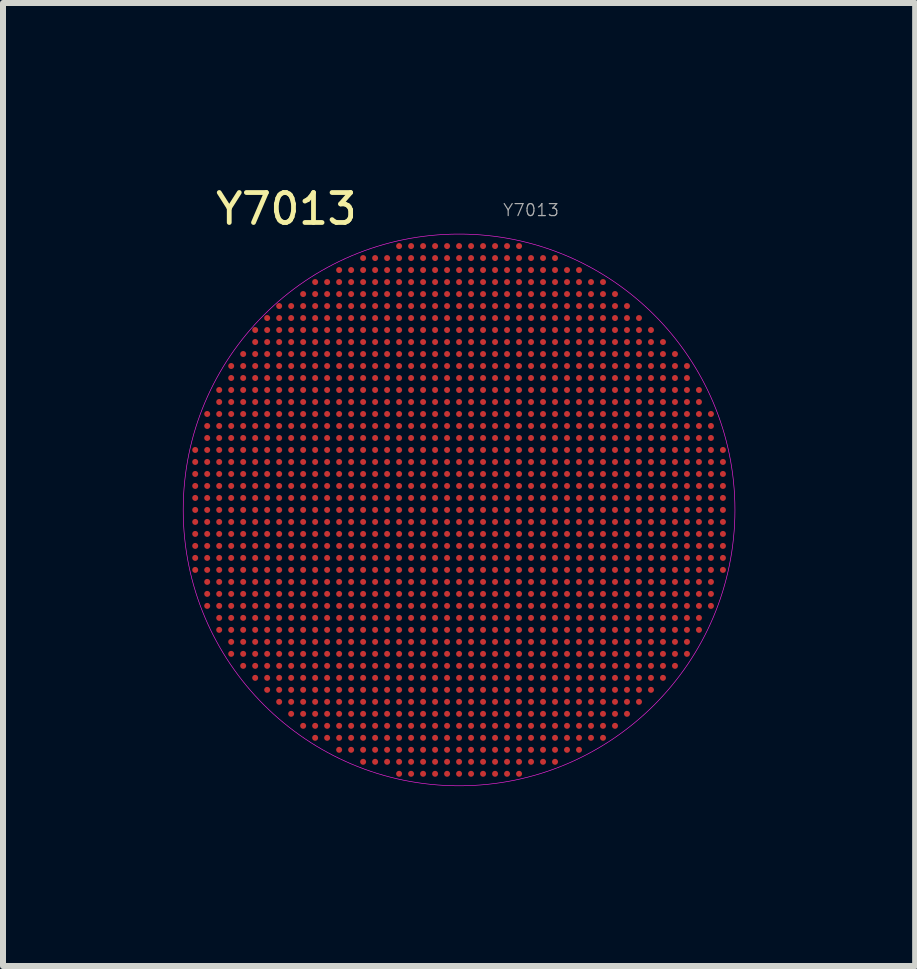
<source format=kicad_pcb>
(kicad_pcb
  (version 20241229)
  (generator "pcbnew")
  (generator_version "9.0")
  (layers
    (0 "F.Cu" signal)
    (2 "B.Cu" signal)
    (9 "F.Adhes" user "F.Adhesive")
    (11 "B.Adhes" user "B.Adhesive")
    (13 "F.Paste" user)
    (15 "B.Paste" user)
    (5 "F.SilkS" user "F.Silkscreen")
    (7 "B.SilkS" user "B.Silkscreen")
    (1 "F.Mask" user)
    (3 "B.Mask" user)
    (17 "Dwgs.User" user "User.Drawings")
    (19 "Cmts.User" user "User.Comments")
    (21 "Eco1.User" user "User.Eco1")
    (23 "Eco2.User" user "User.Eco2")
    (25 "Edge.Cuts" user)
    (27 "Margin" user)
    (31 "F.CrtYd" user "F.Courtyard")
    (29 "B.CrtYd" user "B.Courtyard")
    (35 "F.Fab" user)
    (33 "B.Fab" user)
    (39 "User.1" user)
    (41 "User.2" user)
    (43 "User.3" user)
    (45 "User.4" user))
  (footprint "Y7013"
    (layer "F.Cu")
    (at 4.605 5.453)
    (property "Reference" "Y7013" (at -2.88 -5.02 0) (layer "F.SilkS") (effects (font (size 0.5 0.5) (thickness 0.08))))
    (attr smd)
    (fp_circle (center 0 0) (end 4.6 0) (stroke (width 0.01) (type solid)) (fill no) (layer "F.CrtYd"))
    (fp_text user "${REFERENCE}" (at 1.2 -5 0) (layer "F.Fab") (effects (font (size 0.2 0.2) (thickness 0.02))))
    (pad "1" smd circle (at 0 -4.4) (size 0.1 0.1) (layers "F.Cu" "F.Mask" "F.Paste"))
    (pad "1" smd circle (at 0 -4.2) (size 0.1 0.1) (layers "F.Cu" "F.Mask" "F.Paste"))
    (pad "1" smd circle (at 0 -4) (size 0.1 0.1) (layers "F.Cu" "F.Mask" "F.Paste"))
    (pad "1" smd circle (at 0 -3.8) (size 0.1 0.1) (layers "F.Cu" "F.Mask" "F.Paste"))
    (pad "1" smd circle (at 0 -3.6) (size 0.1 0.1) (layers "F.Cu" "F.Mask" "F.Paste"))
    (pad "1" smd circle (at 0 -3.4) (size 0.1 0.1) (layers "F.Cu" "F.Mask" "F.Paste"))
    (pad "1" smd circle (at 0 -3.2) (size 0.1 0.1) (layers "F.Cu" "F.Mask" "F.Paste"))
    (pad "1" smd circle (at 0 -3) (size 0.1 0.1) (layers "F.Cu" "F.Mask" "F.Paste"))
    (pad "1" smd circle (at 0 -2.8) (size 0.1 0.1) (layers "F.Cu" "F.Mask" "F.Paste"))
    (pad "1" smd circle (at 0 -2.6) (size 0.1 0.1) (layers "F.Cu" "F.Mask" "F.Paste"))
    (pad "1" smd circle (at 0 -2.4) (size 0.1 0.1) (layers "F.Cu" "F.Mask" "F.Paste"))
    (pad "1" smd circle (at 0 -2.2) (size 0.1 0.1) (layers "F.Cu" "F.Mask" "F.Paste"))
    (pad "1" smd circle (at 0 -2) (size 0.1 0.1) (layers "F.Cu" "F.Mask" "F.Paste"))
    (pad "1" smd circle (at 0 -1.8) (size 0.1 0.1) (layers "F.Cu" "F.Mask" "F.Paste"))
    (pad "1" smd circle (at 0 -1.6) (size 0.1 0.1) (layers "F.Cu" "F.Mask" "F.Paste"))
    (pad "1" smd circle (at 0 -1.4) (size 0.1 0.1) (layers "F.Cu" "F.Mask" "F.Paste"))
    (pad "1" smd circle (at 0 -1.2) (size 0.1 0.1) (layers "F.Cu" "F.Mask" "F.Paste"))
    (pad "1" smd circle (at 0 -1) (size 0.1 0.1) (layers "F.Cu" "F.Mask" "F.Paste"))
    (pad "1" smd circle (at 0 -0.8) (size 0.1 0.1) (layers "F.Cu" "F.Mask" "F.Paste"))
    (pad "1" smd circle (at 0 -0.6) (size 0.1 0.1) (layers "F.Cu" "F.Mask" "F.Paste"))
    (pad "1" smd circle (at 0 -0.4) (size 0.1 0.1) (layers "F.Cu" "F.Mask" "F.Paste"))
    (pad "1" smd circle (at 0 -0.2) (size 0.1 0.1) (layers "F.Cu" "F.Mask" "F.Paste"))
    (pad "1" smd circle (at 0 0) (size 0.1 0.1) (layers "F.Cu" "F.Mask" "F.Paste"))
    (pad "1" smd circle (at 0 0.2) (size 0.1 0.1) (layers "F.Cu" "F.Mask" "F.Paste"))
    (pad "1" smd circle (at 0 0.4) (size 0.1 0.1) (layers "F.Cu" "F.Mask" "F.Paste"))
    (pad "1" smd circle (at 0 0.6) (size 0.1 0.1) (layers "F.Cu" "F.Mask" "F.Paste"))
    (pad "1" smd circle (at 0 0.8) (size 0.1 0.1) (layers "F.Cu" "F.Mask" "F.Paste"))
    (pad "1" smd circle (at 0 1) (size 0.1 0.1) (layers "F.Cu" "F.Mask" "F.Paste"))
    (pad "1" smd circle (at 0 1.2) (size 0.1 0.1) (layers "F.Cu" "F.Mask" "F.Paste"))
    (pad "1" smd circle (at 0 1.4) (size 0.1 0.1) (layers "F.Cu" "F.Mask" "F.Paste"))
    (pad "1" smd circle (at 0 1.6) (size 0.1 0.1) (layers "F.Cu" "F.Mask" "F.Paste"))
    (pad "1" smd circle (at 0 1.8) (size 0.1 0.1) (layers "F.Cu" "F.Mask" "F.Paste"))
    (pad "1" smd circle (at 0 2) (size 0.1 0.1) (layers "F.Cu" "F.Mask" "F.Paste"))
    (pad "1" smd circle (at 0 2.2) (size 0.1 0.1) (layers "F.Cu" "F.Mask" "F.Paste"))
    (pad "1" smd circle (at 0 2.4) (size 0.1 0.1) (layers "F.Cu" "F.Mask" "F.Paste"))
    (pad "1" smd circle (at 0 2.6) (size 0.1 0.1) (layers "F.Cu" "F.Mask" "F.Paste"))
    (pad "1" smd circle (at 0 2.8) (size 0.1 0.1) (layers "F.Cu" "F.Mask" "F.Paste"))
    (pad "1" smd circle (at 0 3) (size 0.1 0.1) (layers "F.Cu" "F.Mask" "F.Paste"))
    (pad "1" smd circle (at 0 3.2) (size 0.1 0.1) (layers "F.Cu" "F.Mask" "F.Paste"))
    (pad "1" smd circle (at 0 3.4) (size 0.1 0.1) (layers "F.Cu" "F.Mask" "F.Paste"))
    (pad "1" smd circle (at 0 3.6) (size 0.1 0.1) (layers "F.Cu" "F.Mask" "F.Paste"))
    (pad "1" smd circle (at 0 3.8) (size 0.1 0.1) (layers "F.Cu" "F.Mask" "F.Paste"))
    (pad "1" smd circle (at 0 4) (size 0.1 0.1) (layers "F.Cu" "F.Mask" "F.Paste"))
    (pad "1" smd circle (at 0 4.2) (size 0.1 0.1) (layers "F.Cu" "F.Mask" "F.Paste"))
    (pad "1" smd circle (at 0 4.4) (size 0.1 0.1) (layers "F.Cu" "F.Mask" "F.Paste"))
    (pad "2" smd circle (at -4.4 -1) (size 0.1 0.1) (layers "F.Cu" "F.Mask" "F.Paste"))
    (pad "2" smd circle (at -4.4 -0.8) (size 0.1 0.1) (layers "F.Cu" "F.Mask" "F.Paste"))
    (pad "2" smd circle (at -4.4 -0.6) (size 0.1 0.1) (layers "F.Cu" "F.Mask" "F.Paste"))
    (pad "2" smd circle (at -4.4 -0.4) (size 0.1 0.1) (layers "F.Cu" "F.Mask" "F.Paste"))
    (pad "2" smd circle (at -4.4 -0.2) (size 0.1 0.1) (layers "F.Cu" "F.Mask" "F.Paste"))
    (pad "2" smd circle (at -4.4 0) (size 0.1 0.1) (layers "F.Cu" "F.Mask" "F.Paste"))
    (pad "2" smd circle (at -4.4 0.2) (size 0.1 0.1) (layers "F.Cu" "F.Mask" "F.Paste"))
    (pad "2" smd circle (at -4.4 0.4) (size 0.1 0.1) (layers "F.Cu" "F.Mask" "F.Paste"))
    (pad "2" smd circle (at -4.4 0.6) (size 0.1 0.1) (layers "F.Cu" "F.Mask" "F.Paste"))
    (pad "2" smd circle (at -4.4 0.8) (size 0.1 0.1) (layers "F.Cu" "F.Mask" "F.Paste"))
    (pad "2" smd circle (at -4.4 1) (size 0.1 0.1) (layers "F.Cu" "F.Mask" "F.Paste"))
    (pad "2" smd circle (at -4.2 -1.6) (size 0.1 0.1) (layers "F.Cu" "F.Mask" "F.Paste"))
    (pad "2" smd circle (at -4.2 -1.4) (size 0.1 0.1) (layers "F.Cu" "F.Mask" "F.Paste"))
    (pad "2" smd circle (at -4.2 -1.2) (size 0.1 0.1) (layers "F.Cu" "F.Mask" "F.Paste"))
    (pad "2" smd circle (at -4.2 -1) (size 0.1 0.1) (layers "F.Cu" "F.Mask" "F.Paste"))
    (pad "2" smd circle (at -4.2 -0.8) (size 0.1 0.1) (layers "F.Cu" "F.Mask" "F.Paste"))
    (pad "2" smd circle (at -4.2 -0.6) (size 0.1 0.1) (layers "F.Cu" "F.Mask" "F.Paste"))
    (pad "2" smd circle (at -4.2 -0.4) (size 0.1 0.1) (layers "F.Cu" "F.Mask" "F.Paste"))
    (pad "2" smd circle (at -4.2 -0.2) (size 0.1 0.1) (layers "F.Cu" "F.Mask" "F.Paste"))
    (pad "2" smd circle (at -4.2 0) (size 0.1 0.1) (layers "F.Cu" "F.Mask" "F.Paste"))
    (pad "2" smd circle (at -4.2 0.2) (size 0.1 0.1) (layers "F.Cu" "F.Mask" "F.Paste"))
    (pad "2" smd circle (at -4.2 0.4) (size 0.1 0.1) (layers "F.Cu" "F.Mask" "F.Paste"))
    (pad "2" smd circle (at -4.2 0.6) (size 0.1 0.1) (layers "F.Cu" "F.Mask" "F.Paste"))
    (pad "2" smd circle (at -4.2 0.8) (size 0.1 0.1) (layers "F.Cu" "F.Mask" "F.Paste"))
    (pad "2" smd circle (at -4.2 1) (size 0.1 0.1) (layers "F.Cu" "F.Mask" "F.Paste"))
    (pad "2" smd circle (at -4.2 1.2) (size 0.1 0.1) (layers "F.Cu" "F.Mask" "F.Paste"))
    (pad "2" smd circle (at -4.2 1.4) (size 0.1 0.1) (layers "F.Cu" "F.Mask" "F.Paste"))
    (pad "2" smd circle (at -4.2 1.6) (size 0.1 0.1) (layers "F.Cu" "F.Mask" "F.Paste"))
    (pad "2" smd circle (at -4 -2) (size 0.1 0.1) (layers "F.Cu" "F.Mask" "F.Paste"))
    (pad "2" smd circle (at -4 -1.8) (size 0.1 0.1) (layers "F.Cu" "F.Mask" "F.Paste"))
    (pad "2" smd circle (at -4 -1.6) (size 0.1 0.1) (layers "F.Cu" "F.Mask" "F.Paste"))
    (pad "2" smd circle (at -4 -1.4) (size 0.1 0.1) (layers "F.Cu" "F.Mask" "F.Paste"))
    (pad "2" smd circle (at -4 -1.2) (size 0.1 0.1) (layers "F.Cu" "F.Mask" "F.Paste"))
    (pad "2" smd circle (at -4 -1) (size 0.1 0.1) (layers "F.Cu" "F.Mask" "F.Paste"))
    (pad "2" smd circle (at -4 -0.8) (size 0.1 0.1) (layers "F.Cu" "F.Mask" "F.Paste"))
    (pad "2" smd circle (at -4 -0.6) (size 0.1 0.1) (layers "F.Cu" "F.Mask" "F.Paste"))
    (pad "2" smd circle (at -4 -0.4) (size 0.1 0.1) (layers "F.Cu" "F.Mask" "F.Paste"))
    (pad "2" smd circle (at -4 -0.2) (size 0.1 0.1) (layers "F.Cu" "F.Mask" "F.Paste"))
    (pad "2" smd circle (at -4 0) (size 0.1 0.1) (layers "F.Cu" "F.Mask" "F.Paste"))
    (pad "2" smd circle (at -4 0.2) (size 0.1 0.1) (layers "F.Cu" "F.Mask" "F.Paste"))
    (pad "2" smd circle (at -4 0.4) (size 0.1 0.1) (layers "F.Cu" "F.Mask" "F.Paste"))
    (pad "2" smd circle (at -4 0.6) (size 0.1 0.1) (layers "F.Cu" "F.Mask" "F.Paste"))
    (pad "2" smd circle (at -4 0.8) (size 0.1 0.1) (layers "F.Cu" "F.Mask" "F.Paste"))
    (pad "2" smd circle (at -4 1) (size 0.1 0.1) (layers "F.Cu" "F.Mask" "F.Paste"))
    (pad "2" smd circle (at -4 1.2) (size 0.1 0.1) (layers "F.Cu" "F.Mask" "F.Paste"))
    (pad "2" smd circle (at -4 1.4) (size 0.1 0.1) (layers "F.Cu" "F.Mask" "F.Paste"))
    (pad "2" smd circle (at -4 1.6) (size 0.1 0.1) (layers "F.Cu" "F.Mask" "F.Paste"))
    (pad "2" smd circle (at -4 1.8) (size 0.1 0.1) (layers "F.Cu" "F.Mask" "F.Paste"))
    (pad "2" smd circle (at -4 2) (size 0.1 0.1) (layers "F.Cu" "F.Mask" "F.Paste"))
    (pad "2" smd circle (at -3.8 -2.4) (size 0.1 0.1) (layers "F.Cu" "F.Mask" "F.Paste"))
    (pad "2" smd circle (at -3.8 -2.2) (size 0.1 0.1) (layers "F.Cu" "F.Mask" "F.Paste"))
    (pad "2" smd circle (at -3.8 -2) (size 0.1 0.1) (layers "F.Cu" "F.Mask" "F.Paste"))
    (pad "2" smd circle (at -3.8 -1.8) (size 0.1 0.1) (layers "F.Cu" "F.Mask" "F.Paste"))
    (pad "2" smd circle (at -3.8 -1.6) (size 0.1 0.1) (layers "F.Cu" "F.Mask" "F.Paste"))
    (pad "2" smd circle (at -3.8 -1.4) (size 0.1 0.1) (layers "F.Cu" "F.Mask" "F.Paste"))
    (pad "2" smd circle (at -3.8 -1.2) (size 0.1 0.1) (layers "F.Cu" "F.Mask" "F.Paste"))
    (pad "2" smd circle (at -3.8 -1) (size 0.1 0.1) (layers "F.Cu" "F.Mask" "F.Paste"))
    (pad "2" smd circle (at -3.8 -0.8) (size 0.1 0.1) (layers "F.Cu" "F.Mask" "F.Paste"))
    (pad "2" smd circle (at -3.8 -0.6) (size 0.1 0.1) (layers "F.Cu" "F.Mask" "F.Paste"))
    (pad "2" smd circle (at -3.8 -0.4) (size 0.1 0.1) (layers "F.Cu" "F.Mask" "F.Paste"))
    (pad "2" smd circle (at -3.8 -0.2) (size 0.1 0.1) (layers "F.Cu" "F.Mask" "F.Paste"))
    (pad "2" smd circle (at -3.8 0) (size 0.1 0.1) (layers "F.Cu" "F.Mask" "F.Paste"))
    (pad "2" smd circle (at -3.8 0.2) (size 0.1 0.1) (layers "F.Cu" "F.Mask" "F.Paste"))
    (pad "2" smd circle (at -3.8 0.4) (size 0.1 0.1) (layers "F.Cu" "F.Mask" "F.Paste"))
    (pad "2" smd circle (at -3.8 0.6) (size 0.1 0.1) (layers "F.Cu" "F.Mask" "F.Paste"))
    (pad "2" smd circle (at -3.8 0.8) (size 0.1 0.1) (layers "F.Cu" "F.Mask" "F.Paste"))
    (pad "2" smd circle (at -3.8 1) (size 0.1 0.1) (layers "F.Cu" "F.Mask" "F.Paste"))
    (pad "2" smd circle (at -3.8 1.2) (size 0.1 0.1) (layers "F.Cu" "F.Mask" "F.Paste"))
    (pad "2" smd circle (at -3.8 1.4) (size 0.1 0.1) (layers "F.Cu" "F.Mask" "F.Paste"))
    (pad "2" smd circle (at -3.8 1.6) (size 0.1 0.1) (layers "F.Cu" "F.Mask" "F.Paste"))
    (pad "2" smd circle (at -3.8 1.8) (size 0.1 0.1) (layers "F.Cu" "F.Mask" "F.Paste"))
    (pad "2" smd circle (at -3.8 2) (size 0.1 0.1) (layers "F.Cu" "F.Mask" "F.Paste"))
    (pad "2" smd circle (at -3.8 2.2) (size 0.1 0.1) (layers "F.Cu" "F.Mask" "F.Paste"))
    (pad "2" smd circle (at -3.8 2.4) (size 0.1 0.1) (layers "F.Cu" "F.Mask" "F.Paste"))
    (pad "2" smd circle (at -3.6 -2.6) (size 0.1 0.1) (layers "F.Cu" "F.Mask" "F.Paste"))
    (pad "2" smd circle (at -3.6 -2.4) (size 0.1 0.1) (layers "F.Cu" "F.Mask" "F.Paste"))
    (pad "2" smd circle (at -3.6 -2.2) (size 0.1 0.1) (layers "F.Cu" "F.Mask" "F.Paste"))
    (pad "2" smd circle (at -3.6 -2) (size 0.1 0.1) (layers "F.Cu" "F.Mask" "F.Paste"))
    (pad "2" smd circle (at -3.6 -1.8) (size 0.1 0.1) (layers "F.Cu" "F.Mask" "F.Paste"))
    (pad "2" smd circle (at -3.6 -1.6) (size 0.1 0.1) (layers "F.Cu" "F.Mask" "F.Paste"))
    (pad "2" smd circle (at -3.6 -1.4) (size 0.1 0.1) (layers "F.Cu" "F.Mask" "F.Paste"))
    (pad "2" smd circle (at -3.6 -1.2) (size 0.1 0.1) (layers "F.Cu" "F.Mask" "F.Paste"))
    (pad "2" smd circle (at -3.6 -1) (size 0.1 0.1) (layers "F.Cu" "F.Mask" "F.Paste"))
    (pad "2" smd circle (at -3.6 -0.8) (size 0.1 0.1) (layers "F.Cu" "F.Mask" "F.Paste"))
    (pad "2" smd circle (at -3.6 -0.6) (size 0.1 0.1) (layers "F.Cu" "F.Mask" "F.Paste"))
    (pad "2" smd circle (at -3.6 -0.4) (size 0.1 0.1) (layers "F.Cu" "F.Mask" "F.Paste"))
    (pad "2" smd circle (at -3.6 -0.2) (size 0.1 0.1) (layers "F.Cu" "F.Mask" "F.Paste"))
    (pad "2" smd circle (at -3.6 0) (size 0.1 0.1) (layers "F.Cu" "F.Mask" "F.Paste"))
    (pad "2" smd circle (at -3.6 0.2) (size 0.1 0.1) (layers "F.Cu" "F.Mask" "F.Paste"))
    (pad "2" smd circle (at -3.6 0.4) (size 0.1 0.1) (layers "F.Cu" "F.Mask" "F.Paste"))
    (pad "2" smd circle (at -3.6 0.6) (size 0.1 0.1) (layers "F.Cu" "F.Mask" "F.Paste"))
    (pad "2" smd circle (at -3.6 0.8) (size 0.1 0.1) (layers "F.Cu" "F.Mask" "F.Paste"))
    (pad "2" smd circle (at -3.6 1) (size 0.1 0.1) (layers "F.Cu" "F.Mask" "F.Paste"))
    (pad "2" smd circle (at -3.6 1.2) (size 0.1 0.1) (layers "F.Cu" "F.Mask" "F.Paste"))
    (pad "2" smd circle (at -3.6 1.4) (size 0.1 0.1) (layers "F.Cu" "F.Mask" "F.Paste"))
    (pad "2" smd circle (at -3.6 1.6) (size 0.1 0.1) (layers "F.Cu" "F.Mask" "F.Paste"))
    (pad "2" smd circle (at -3.6 1.8) (size 0.1 0.1) (layers "F.Cu" "F.Mask" "F.Paste"))
    (pad "2" smd circle (at -3.6 2) (size 0.1 0.1) (layers "F.Cu" "F.Mask" "F.Paste"))
    (pad "2" smd circle (at -3.6 2.2) (size 0.1 0.1) (layers "F.Cu" "F.Mask" "F.Paste"))
    (pad "2" smd circle (at -3.6 2.4) (size 0.1 0.1) (layers "F.Cu" "F.Mask" "F.Paste"))
    (pad "2" smd circle (at -3.6 2.6) (size 0.1 0.1) (layers "F.Cu" "F.Mask" "F.Paste"))
    (pad "2" smd circle (at -3.4 -3) (size 0.1 0.1) (layers "F.Cu" "F.Mask" "F.Paste"))
    (pad "2" smd circle (at -3.4 -2.8) (size 0.1 0.1) (layers "F.Cu" "F.Mask" "F.Paste"))
    (pad "2" smd circle (at -3.4 -2.6) (size 0.1 0.1) (layers "F.Cu" "F.Mask" "F.Paste"))
    (pad "2" smd circle (at -3.4 -2.4) (size 0.1 0.1) (layers "F.Cu" "F.Mask" "F.Paste"))
    (pad "2" smd circle (at -3.4 -2.2) (size 0.1 0.1) (layers "F.Cu" "F.Mask" "F.Paste"))
    (pad "2" smd circle (at -3.4 -2) (size 0.1 0.1) (layers "F.Cu" "F.Mask" "F.Paste"))
    (pad "2" smd circle (at -3.4 -1.8) (size 0.1 0.1) (layers "F.Cu" "F.Mask" "F.Paste"))
    (pad "2" smd circle (at -3.4 -1.6) (size 0.1 0.1) (layers "F.Cu" "F.Mask" "F.Paste"))
    (pad "2" smd circle (at -3.4 -1.4) (size 0.1 0.1) (layers "F.Cu" "F.Mask" "F.Paste"))
    (pad "2" smd circle (at -3.4 -1.2) (size 0.1 0.1) (layers "F.Cu" "F.Mask" "F.Paste"))
    (pad "2" smd circle (at -3.4 -1) (size 0.1 0.1) (layers "F.Cu" "F.Mask" "F.Paste"))
    (pad "2" smd circle (at -3.4 -0.8) (size 0.1 0.1) (layers "F.Cu" "F.Mask" "F.Paste"))
    (pad "2" smd circle (at -3.4 -0.6) (size 0.1 0.1) (layers "F.Cu" "F.Mask" "F.Paste"))
    (pad "2" smd circle (at -3.4 -0.4) (size 0.1 0.1) (layers "F.Cu" "F.Mask" "F.Paste"))
    (pad "2" smd circle (at -3.4 -0.2) (size 0.1 0.1) (layers "F.Cu" "F.Mask" "F.Paste"))
    (pad "2" smd circle (at -3.4 0) (size 0.1 0.1) (layers "F.Cu" "F.Mask" "F.Paste"))
    (pad "2" smd circle (at -3.4 0.2) (size 0.1 0.1) (layers "F.Cu" "F.Mask" "F.Paste"))
    (pad "2" smd circle (at -3.4 0.4) (size 0.1 0.1) (layers "F.Cu" "F.Mask" "F.Paste"))
    (pad "2" smd circle (at -3.4 0.6) (size 0.1 0.1) (layers "F.Cu" "F.Mask" "F.Paste"))
    (pad "2" smd circle (at -3.4 0.8) (size 0.1 0.1) (layers "F.Cu" "F.Mask" "F.Paste"))
    (pad "2" smd circle (at -3.4 1) (size 0.1 0.1) (layers "F.Cu" "F.Mask" "F.Paste"))
    (pad "2" smd circle (at -3.4 1.2) (size 0.1 0.1) (layers "F.Cu" "F.Mask" "F.Paste"))
    (pad "2" smd circle (at -3.4 1.4) (size 0.1 0.1) (layers "F.Cu" "F.Mask" "F.Paste"))
    (pad "2" smd circle (at -3.4 1.6) (size 0.1 0.1) (layers "F.Cu" "F.Mask" "F.Paste"))
    (pad "2" smd circle (at -3.4 1.8) (size 0.1 0.1) (layers "F.Cu" "F.Mask" "F.Paste"))
    (pad "2" smd circle (at -3.4 2) (size 0.1 0.1) (layers "F.Cu" "F.Mask" "F.Paste"))
    (pad "2" smd circle (at -3.4 2.2) (size 0.1 0.1) (layers "F.Cu" "F.Mask" "F.Paste"))
    (pad "2" smd circle (at -3.4 2.4) (size 0.1 0.1) (layers "F.Cu" "F.Mask" "F.Paste"))
    (pad "2" smd circle (at -3.4 2.6) (size 0.1 0.1) (layers "F.Cu" "F.Mask" "F.Paste"))
    (pad "2" smd circle (at -3.4 2.8) (size 0.1 0.1) (layers "F.Cu" "F.Mask" "F.Paste"))
    (pad "2" smd circle (at -3.2 -3.2) (size 0.1 0.1) (layers "F.Cu" "F.Mask" "F.Paste"))
    (pad "2" smd circle (at -3.2 -3) (size 0.1 0.1) (layers "F.Cu" "F.Mask" "F.Paste"))
    (pad "2" smd circle (at -3.2 -2.8) (size 0.1 0.1) (layers "F.Cu" "F.Mask" "F.Paste"))
    (pad "2" smd circle (at -3.2 -2.6) (size 0.1 0.1) (layers "F.Cu" "F.Mask" "F.Paste"))
    (pad "2" smd circle (at -3.2 -2.4) (size 0.1 0.1) (layers "F.Cu" "F.Mask" "F.Paste"))
    (pad "2" smd circle (at -3.2 -2.2) (size 0.1 0.1) (layers "F.Cu" "F.Mask" "F.Paste"))
    (pad "2" smd circle (at -3.2 -2) (size 0.1 0.1) (layers "F.Cu" "F.Mask" "F.Paste"))
    (pad "2" smd circle (at -3.2 -1.8) (size 0.1 0.1) (layers "F.Cu" "F.Mask" "F.Paste"))
    (pad "2" smd circle (at -3.2 -1.6) (size 0.1 0.1) (layers "F.Cu" "F.Mask" "F.Paste"))
    (pad "2" smd circle (at -3.2 -1.4) (size 0.1 0.1) (layers "F.Cu" "F.Mask" "F.Paste"))
    (pad "2" smd circle (at -3.2 -1.2) (size 0.1 0.1) (layers "F.Cu" "F.Mask" "F.Paste"))
    (pad "2" smd circle (at -3.2 -1) (size 0.1 0.1) (layers "F.Cu" "F.Mask" "F.Paste"))
    (pad "2" smd circle (at -3.2 -0.8) (size 0.1 0.1) (layers "F.Cu" "F.Mask" "F.Paste"))
    (pad "2" smd circle (at -3.2 -0.6) (size 0.1 0.1) (layers "F.Cu" "F.Mask" "F.Paste"))
    (pad "2" smd circle (at -3.2 -0.4) (size 0.1 0.1) (layers "F.Cu" "F.Mask" "F.Paste"))
    (pad "2" smd circle (at -3.2 -0.2) (size 0.1 0.1) (layers "F.Cu" "F.Mask" "F.Paste"))
    (pad "2" smd circle (at -3.2 0) (size 0.1 0.1) (layers "F.Cu" "F.Mask" "F.Paste"))
    (pad "2" smd circle (at -3.2 0.2) (size 0.1 0.1) (layers "F.Cu" "F.Mask" "F.Paste"))
    (pad "2" smd circle (at -3.2 0.4) (size 0.1 0.1) (layers "F.Cu" "F.Mask" "F.Paste"))
    (pad "2" smd circle (at -3.2 0.6) (size 0.1 0.1) (layers "F.Cu" "F.Mask" "F.Paste"))
    (pad "2" smd circle (at -3.2 0.8) (size 0.1 0.1) (layers "F.Cu" "F.Mask" "F.Paste"))
    (pad "2" smd circle (at -3.2 1) (size 0.1 0.1) (layers "F.Cu" "F.Mask" "F.Paste"))
    (pad "2" smd circle (at -3.2 1.2) (size 0.1 0.1) (layers "F.Cu" "F.Mask" "F.Paste"))
    (pad "2" smd circle (at -3.2 1.4) (size 0.1 0.1) (layers "F.Cu" "F.Mask" "F.Paste"))
    (pad "2" smd circle (at -3.2 1.6) (size 0.1 0.1) (layers "F.Cu" "F.Mask" "F.Paste"))
    (pad "2" smd circle (at -3.2 1.8) (size 0.1 0.1) (layers "F.Cu" "F.Mask" "F.Paste"))
    (pad "2" smd circle (at -3.2 2) (size 0.1 0.1) (layers "F.Cu" "F.Mask" "F.Paste"))
    (pad "2" smd circle (at -3.2 2.2) (size 0.1 0.1) (layers "F.Cu" "F.Mask" "F.Paste"))
    (pad "2" smd circle (at -3.2 2.4) (size 0.1 0.1) (layers "F.Cu" "F.Mask" "F.Paste"))
    (pad "2" smd circle (at -3.2 2.6) (size 0.1 0.1) (layers "F.Cu" "F.Mask" "F.Paste"))
    (pad "2" smd circle (at -3.2 2.8) (size 0.1 0.1) (layers "F.Cu" "F.Mask" "F.Paste"))
    (pad "2" smd circle (at -3.2 3) (size 0.1 0.1) (layers "F.Cu" "F.Mask" "F.Paste"))
    (pad "2" smd circle (at -3 -3.4) (size 0.1 0.1) (layers "F.Cu" "F.Mask" "F.Paste"))
    (pad "2" smd circle (at -3 -3.2) (size 0.1 0.1) (layers "F.Cu" "F.Mask" "F.Paste"))
    (pad "2" smd circle (at -3 -3) (size 0.1 0.1) (layers "F.Cu" "F.Mask" "F.Paste"))
    (pad "2" smd circle (at -3 -2.8) (size 0.1 0.1) (layers "F.Cu" "F.Mask" "F.Paste"))
    (pad "2" smd circle (at -3 -2.6) (size 0.1 0.1) (layers "F.Cu" "F.Mask" "F.Paste"))
    (pad "2" smd circle (at -3 -2.4) (size 0.1 0.1) (layers "F.Cu" "F.Mask" "F.Paste"))
    (pad "2" smd circle (at -3 -2.2) (size 0.1 0.1) (layers "F.Cu" "F.Mask" "F.Paste"))
    (pad "2" smd circle (at -3 -2) (size 0.1 0.1) (layers "F.Cu" "F.Mask" "F.Paste"))
    (pad "2" smd circle (at -3 -1.8) (size 0.1 0.1) (layers "F.Cu" "F.Mask" "F.Paste"))
    (pad "2" smd circle (at -3 -1.6) (size 0.1 0.1) (layers "F.Cu" "F.Mask" "F.Paste"))
    (pad "2" smd circle (at -3 -1.4) (size 0.1 0.1) (layers "F.Cu" "F.Mask" "F.Paste"))
    (pad "2" smd circle (at -3 -1.2) (size 0.1 0.1) (layers "F.Cu" "F.Mask" "F.Paste"))
    (pad "2" smd circle (at -3 -1) (size 0.1 0.1) (layers "F.Cu" "F.Mask" "F.Paste"))
    (pad "2" smd circle (at -3 -0.8) (size 0.1 0.1) (layers "F.Cu" "F.Mask" "F.Paste"))
    (pad "2" smd circle (at -3 -0.6) (size 0.1 0.1) (layers "F.Cu" "F.Mask" "F.Paste"))
    (pad "2" smd circle (at -3 -0.4) (size 0.1 0.1) (layers "F.Cu" "F.Mask" "F.Paste"))
    (pad "2" smd circle (at -3 -0.2) (size 0.1 0.1) (layers "F.Cu" "F.Mask" "F.Paste"))
    (pad "2" smd circle (at -3 0) (size 0.1 0.1) (layers "F.Cu" "F.Mask" "F.Paste"))
    (pad "2" smd circle (at -3 0.2) (size 0.1 0.1) (layers "F.Cu" "F.Mask" "F.Paste"))
    (pad "2" smd circle (at -3 0.4) (size 0.1 0.1) (layers "F.Cu" "F.Mask" "F.Paste"))
    (pad "2" smd circle (at -3 0.6) (size 0.1 0.1) (layers "F.Cu" "F.Mask" "F.Paste"))
    (pad "2" smd circle (at -3 0.8) (size 0.1 0.1) (layers "F.Cu" "F.Mask" "F.Paste"))
    (pad "2" smd circle (at -3 1) (size 0.1 0.1) (layers "F.Cu" "F.Mask" "F.Paste"))
    (pad "2" smd circle (at -3 1.2) (size 0.1 0.1) (layers "F.Cu" "F.Mask" "F.Paste"))
    (pad "2" smd circle (at -3 1.4) (size 0.1 0.1) (layers "F.Cu" "F.Mask" "F.Paste"))
    (pad "2" smd circle (at -3 1.6) (size 0.1 0.1) (layers "F.Cu" "F.Mask" "F.Paste"))
    (pad "2" smd circle (at -3 1.8) (size 0.1 0.1) (layers "F.Cu" "F.Mask" "F.Paste"))
    (pad "2" smd circle (at -3 2) (size 0.1 0.1) (layers "F.Cu" "F.Mask" "F.Paste"))
    (pad "2" smd circle (at -3 2.2) (size 0.1 0.1) (layers "F.Cu" "F.Mask" "F.Paste"))
    (pad "2" smd circle (at -3 2.4) (size 0.1 0.1) (layers "F.Cu" "F.Mask" "F.Paste"))
    (pad "2" smd circle (at -3 2.6) (size 0.1 0.1) (layers "F.Cu" "F.Mask" "F.Paste"))
    (pad "2" smd circle (at -3 2.8) (size 0.1 0.1) (layers "F.Cu" "F.Mask" "F.Paste"))
    (pad "2" smd circle (at -3 3) (size 0.1 0.1) (layers "F.Cu" "F.Mask" "F.Paste"))
    (pad "2" smd circle (at -3 3.2) (size 0.1 0.1) (layers "F.Cu" "F.Mask" "F.Paste"))
    (pad "2" smd circle (at -2.8 -3.4) (size 0.1 0.1) (layers "F.Cu" "F.Mask" "F.Paste"))
    (pad "2" smd circle (at -2.8 -3.2) (size 0.1 0.1) (layers "F.Cu" "F.Mask" "F.Paste"))
    (pad "2" smd circle (at -2.8 -3) (size 0.1 0.1) (layers "F.Cu" "F.Mask" "F.Paste"))
    (pad "2" smd circle (at -2.8 -2.8) (size 0.1 0.1) (layers "F.Cu" "F.Mask" "F.Paste"))
    (pad "2" smd circle (at -2.8 -2.6) (size 0.1 0.1) (layers "F.Cu" "F.Mask" "F.Paste"))
    (pad "2" smd circle (at -2.8 -2.4) (size 0.1 0.1) (layers "F.Cu" "F.Mask" "F.Paste"))
    (pad "2" smd circle (at -2.8 -2.2) (size 0.1 0.1) (layers "F.Cu" "F.Mask" "F.Paste"))
    (pad "2" smd circle (at -2.8 -2) (size 0.1 0.1) (layers "F.Cu" "F.Mask" "F.Paste"))
    (pad "2" smd circle (at -2.8 -1.8) (size 0.1 0.1) (layers "F.Cu" "F.Mask" "F.Paste"))
    (pad "2" smd circle (at -2.8 -1.6) (size 0.1 0.1) (layers "F.Cu" "F.Mask" "F.Paste"))
    (pad "2" smd circle (at -2.8 -1.4) (size 0.1 0.1) (layers "F.Cu" "F.Mask" "F.Paste"))
    (pad "2" smd circle (at -2.8 -1.2) (size 0.1 0.1) (layers "F.Cu" "F.Mask" "F.Paste"))
    (pad "2" smd circle (at -2.8 -1) (size 0.1 0.1) (layers "F.Cu" "F.Mask" "F.Paste"))
    (pad "2" smd circle (at -2.8 -0.8) (size 0.1 0.1) (layers "F.Cu" "F.Mask" "F.Paste"))
    (pad "2" smd circle (at -2.8 -0.6) (size 0.1 0.1) (layers "F.Cu" "F.Mask" "F.Paste"))
    (pad "2" smd circle (at -2.8 -0.4) (size 0.1 0.1) (layers "F.Cu" "F.Mask" "F.Paste"))
    (pad "2" smd circle (at -2.8 -0.2) (size 0.1 0.1) (layers "F.Cu" "F.Mask" "F.Paste"))
    (pad "2" smd circle (at -2.8 0) (size 0.1 0.1) (layers "F.Cu" "F.Mask" "F.Paste"))
    (pad "2" smd circle (at -2.8 0.2) (size 0.1 0.1) (layers "F.Cu" "F.Mask" "F.Paste"))
    (pad "2" smd circle (at -2.8 0.4) (size 0.1 0.1) (layers "F.Cu" "F.Mask" "F.Paste"))
    (pad "2" smd circle (at -2.8 0.6) (size 0.1 0.1) (layers "F.Cu" "F.Mask" "F.Paste"))
    (pad "2" smd circle (at -2.8 0.8) (size 0.1 0.1) (layers "F.Cu" "F.Mask" "F.Paste"))
    (pad "2" smd circle (at -2.8 1) (size 0.1 0.1) (layers "F.Cu" "F.Mask" "F.Paste"))
    (pad "2" smd circle (at -2.8 1.2) (size 0.1 0.1) (layers "F.Cu" "F.Mask" "F.Paste"))
    (pad "2" smd circle (at -2.8 1.4) (size 0.1 0.1) (layers "F.Cu" "F.Mask" "F.Paste"))
    (pad "2" smd circle (at -2.8 1.6) (size 0.1 0.1) (layers "F.Cu" "F.Mask" "F.Paste"))
    (pad "2" smd circle (at -2.8 1.8) (size 0.1 0.1) (layers "F.Cu" "F.Mask" "F.Paste"))
    (pad "2" smd circle (at -2.8 2) (size 0.1 0.1) (layers "F.Cu" "F.Mask" "F.Paste"))
    (pad "2" smd circle (at -2.8 2.2) (size 0.1 0.1) (layers "F.Cu" "F.Mask" "F.Paste"))
    (pad "2" smd circle (at -2.8 2.4) (size 0.1 0.1) (layers "F.Cu" "F.Mask" "F.Paste"))
    (pad "2" smd circle (at -2.8 2.6) (size 0.1 0.1) (layers "F.Cu" "F.Mask" "F.Paste"))
    (pad "2" smd circle (at -2.8 2.8) (size 0.1 0.1) (layers "F.Cu" "F.Mask" "F.Paste"))
    (pad "2" smd circle (at -2.8 3) (size 0.1 0.1) (layers "F.Cu" "F.Mask" "F.Paste"))
    (pad "2" smd circle (at -2.8 3.2) (size 0.1 0.1) (layers "F.Cu" "F.Mask" "F.Paste"))
    (pad "2" smd circle (at -2.8 3.4) (size 0.1 0.1) (layers "F.Cu" "F.Mask" "F.Paste"))
    (pad "2" smd circle (at -2.6 -3.6) (size 0.1 0.1) (layers "F.Cu" "F.Mask" "F.Paste"))
    (pad "2" smd circle (at -2.6 -3.4) (size 0.1 0.1) (layers "F.Cu" "F.Mask" "F.Paste"))
    (pad "2" smd circle (at -2.6 -3.2) (size 0.1 0.1) (layers "F.Cu" "F.Mask" "F.Paste"))
    (pad "2" smd circle (at -2.6 -3) (size 0.1 0.1) (layers "F.Cu" "F.Mask" "F.Paste"))
    (pad "2" smd circle (at -2.6 -2.8) (size 0.1 0.1) (layers "F.Cu" "F.Mask" "F.Paste"))
    (pad "2" smd circle (at -2.6 -2.6) (size 0.1 0.1) (layers "F.Cu" "F.Mask" "F.Paste"))
    (pad "2" smd circle (at -2.6 -2.4) (size 0.1 0.1) (layers "F.Cu" "F.Mask" "F.Paste"))
    (pad "2" smd circle (at -2.6 -2.2) (size 0.1 0.1) (layers "F.Cu" "F.Mask" "F.Paste"))
    (pad "2" smd circle (at -2.6 -2) (size 0.1 0.1) (layers "F.Cu" "F.Mask" "F.Paste"))
    (pad "2" smd circle (at -2.6 -1.8) (size 0.1 0.1) (layers "F.Cu" "F.Mask" "F.Paste"))
    (pad "2" smd circle (at -2.6 -1.6) (size 0.1 0.1) (layers "F.Cu" "F.Mask" "F.Paste"))
    (pad "2" smd circle (at -2.6 -1.4) (size 0.1 0.1) (layers "F.Cu" "F.Mask" "F.Paste"))
    (pad "2" smd circle (at -2.6 -1.2) (size 0.1 0.1) (layers "F.Cu" "F.Mask" "F.Paste"))
    (pad "2" smd circle (at -2.6 -1) (size 0.1 0.1) (layers "F.Cu" "F.Mask" "F.Paste"))
    (pad "2" smd circle (at -2.6 -0.8) (size 0.1 0.1) (layers "F.Cu" "F.Mask" "F.Paste"))
    (pad "2" smd circle (at -2.6 -0.6) (size 0.1 0.1) (layers "F.Cu" "F.Mask" "F.Paste"))
    (pad "2" smd circle (at -2.6 -0.4) (size 0.1 0.1) (layers "F.Cu" "F.Mask" "F.Paste"))
    (pad "2" smd circle (at -2.6 -0.2) (size 0.1 0.1) (layers "F.Cu" "F.Mask" "F.Paste"))
    (pad "2" smd circle (at -2.6 0) (size 0.1 0.1) (layers "F.Cu" "F.Mask" "F.Paste"))
    (pad "2" smd circle (at -2.6 0.2) (size 0.1 0.1) (layers "F.Cu" "F.Mask" "F.Paste"))
    (pad "2" smd circle (at -2.6 0.4) (size 0.1 0.1) (layers "F.Cu" "F.Mask" "F.Paste"))
    (pad "2" smd circle (at -2.6 0.6) (size 0.1 0.1) (layers "F.Cu" "F.Mask" "F.Paste"))
    (pad "2" smd circle (at -2.6 0.8) (size 0.1 0.1) (layers "F.Cu" "F.Mask" "F.Paste"))
    (pad "2" smd circle (at -2.6 1) (size 0.1 0.1) (layers "F.Cu" "F.Mask" "F.Paste"))
    (pad "2" smd circle (at -2.6 1.2) (size 0.1 0.1) (layers "F.Cu" "F.Mask" "F.Paste"))
    (pad "2" smd circle (at -2.6 1.4) (size 0.1 0.1) (layers "F.Cu" "F.Mask" "F.Paste"))
    (pad "2" smd circle (at -2.6 1.6) (size 0.1 0.1) (layers "F.Cu" "F.Mask" "F.Paste"))
    (pad "2" smd circle (at -2.6 1.8) (size 0.1 0.1) (layers "F.Cu" "F.Mask" "F.Paste"))
    (pad "2" smd circle (at -2.6 2) (size 0.1 0.1) (layers "F.Cu" "F.Mask" "F.Paste"))
    (pad "2" smd circle (at -2.6 2.2) (size 0.1 0.1) (layers "F.Cu" "F.Mask" "F.Paste"))
    (pad "2" smd circle (at -2.6 2.4) (size 0.1 0.1) (layers "F.Cu" "F.Mask" "F.Paste"))
    (pad "2" smd circle (at -2.6 2.6) (size 0.1 0.1) (layers "F.Cu" "F.Mask" "F.Paste"))
    (pad "2" smd circle (at -2.6 2.8) (size 0.1 0.1) (layers "F.Cu" "F.Mask" "F.Paste"))
    (pad "2" smd circle (at -2.6 3) (size 0.1 0.1) (layers "F.Cu" "F.Mask" "F.Paste"))
    (pad "2" smd circle (at -2.6 3.2) (size 0.1 0.1) (layers "F.Cu" "F.Mask" "F.Paste"))
    (pad "2" smd circle (at -2.6 3.4) (size 0.1 0.1) (layers "F.Cu" "F.Mask" "F.Paste"))
    (pad "2" smd circle (at -2.6 3.6) (size 0.1 0.1) (layers "F.Cu" "F.Mask" "F.Paste"))
    (pad "2" smd circle (at -2.4 -3.8) (size 0.1 0.1) (layers "F.Cu" "F.Mask" "F.Paste"))
    (pad "2" smd circle (at -2.4 -3.6) (size 0.1 0.1) (layers "F.Cu" "F.Mask" "F.Paste"))
    (pad "2" smd circle (at -2.4 -3.4) (size 0.1 0.1) (layers "F.Cu" "F.Mask" "F.Paste"))
    (pad "2" smd circle (at -2.4 -3.2) (size 0.1 0.1) (layers "F.Cu" "F.Mask" "F.Paste"))
    (pad "2" smd circle (at -2.4 -3) (size 0.1 0.1) (layers "F.Cu" "F.Mask" "F.Paste"))
    (pad "2" smd circle (at -2.4 -2.8) (size 0.1 0.1) (layers "F.Cu" "F.Mask" "F.Paste"))
    (pad "2" smd circle (at -2.4 -2.6) (size 0.1 0.1) (layers "F.Cu" "F.Mask" "F.Paste"))
    (pad "2" smd circle (at -2.4 -2.4) (size 0.1 0.1) (layers "F.Cu" "F.Mask" "F.Paste"))
    (pad "2" smd circle (at -2.4 -2.2) (size 0.1 0.1) (layers "F.Cu" "F.Mask" "F.Paste"))
    (pad "2" smd circle (at -2.4 -2) (size 0.1 0.1) (layers "F.Cu" "F.Mask" "F.Paste"))
    (pad "2" smd circle (at -2.4 -1.8) (size 0.1 0.1) (layers "F.Cu" "F.Mask" "F.Paste"))
    (pad "2" smd circle (at -2.4 -1.6) (size 0.1 0.1) (layers "F.Cu" "F.Mask" "F.Paste"))
    (pad "2" smd circle (at -2.4 -1.4) (size 0.1 0.1) (layers "F.Cu" "F.Mask" "F.Paste"))
    (pad "2" smd circle (at -2.4 -1.2) (size 0.1 0.1) (layers "F.Cu" "F.Mask" "F.Paste"))
    (pad "2" smd circle (at -2.4 -1) (size 0.1 0.1) (layers "F.Cu" "F.Mask" "F.Paste"))
    (pad "2" smd circle (at -2.4 -0.8) (size 0.1 0.1) (layers "F.Cu" "F.Mask" "F.Paste"))
    (pad "2" smd circle (at -2.4 -0.6) (size 0.1 0.1) (layers "F.Cu" "F.Mask" "F.Paste"))
    (pad "2" smd circle (at -2.4 -0.4) (size 0.1 0.1) (layers "F.Cu" "F.Mask" "F.Paste"))
    (pad "2" smd circle (at -2.4 -0.2) (size 0.1 0.1) (layers "F.Cu" "F.Mask" "F.Paste"))
    (pad "2" smd circle (at -2.4 0) (size 0.1 0.1) (layers "F.Cu" "F.Mask" "F.Paste"))
    (pad "2" smd circle (at -2.4 0.2) (size 0.1 0.1) (layers "F.Cu" "F.Mask" "F.Paste"))
    (pad "2" smd circle (at -2.4 0.4) (size 0.1 0.1) (layers "F.Cu" "F.Mask" "F.Paste"))
    (pad "2" smd circle (at -2.4 0.6) (size 0.1 0.1) (layers "F.Cu" "F.Mask" "F.Paste"))
    (pad "2" smd circle (at -2.4 0.8) (size 0.1 0.1) (layers "F.Cu" "F.Mask" "F.Paste"))
    (pad "2" smd circle (at -2.4 1) (size 0.1 0.1) (layers "F.Cu" "F.Mask" "F.Paste"))
    (pad "2" smd circle (at -2.4 1.2) (size 0.1 0.1) (layers "F.Cu" "F.Mask" "F.Paste"))
    (pad "2" smd circle (at -2.4 1.4) (size 0.1 0.1) (layers "F.Cu" "F.Mask" "F.Paste"))
    (pad "2" smd circle (at -2.4 1.6) (size 0.1 0.1) (layers "F.Cu" "F.Mask" "F.Paste"))
    (pad "2" smd circle (at -2.4 1.8) (size 0.1 0.1) (layers "F.Cu" "F.Mask" "F.Paste"))
    (pad "2" smd circle (at -2.4 2) (size 0.1 0.1) (layers "F.Cu" "F.Mask" "F.Paste"))
    (pad "2" smd circle (at -2.4 2.2) (size 0.1 0.1) (layers "F.Cu" "F.Mask" "F.Paste"))
    (pad "2" smd circle (at -2.4 2.4) (size 0.1 0.1) (layers "F.Cu" "F.Mask" "F.Paste"))
    (pad "2" smd circle (at -2.4 2.6) (size 0.1 0.1) (layers "F.Cu" "F.Mask" "F.Paste"))
    (pad "2" smd circle (at -2.4 2.8) (size 0.1 0.1) (layers "F.Cu" "F.Mask" "F.Paste"))
    (pad "2" smd circle (at -2.4 3) (size 0.1 0.1) (layers "F.Cu" "F.Mask" "F.Paste"))
    (pad "2" smd circle (at -2.4 3.2) (size 0.1 0.1) (layers "F.Cu" "F.Mask" "F.Paste"))
    (pad "2" smd circle (at -2.4 3.4) (size 0.1 0.1) (layers "F.Cu" "F.Mask" "F.Paste"))
    (pad "2" smd circle (at -2.4 3.6) (size 0.1 0.1) (layers "F.Cu" "F.Mask" "F.Paste"))
    (pad "2" smd circle (at -2.4 3.8) (size 0.1 0.1) (layers "F.Cu" "F.Mask" "F.Paste"))
    (pad "2" smd circle (at -2.2 -3.8) (size 0.1 0.1) (layers "F.Cu" "F.Mask" "F.Paste"))
    (pad "2" smd circle (at -2.2 -3.6) (size 0.1 0.1) (layers "F.Cu" "F.Mask" "F.Paste"))
    (pad "2" smd circle (at -2.2 -3.4) (size 0.1 0.1) (layers "F.Cu" "F.Mask" "F.Paste"))
    (pad "2" smd circle (at -2.2 -3.2) (size 0.1 0.1) (layers "F.Cu" "F.Mask" "F.Paste"))
    (pad "2" smd circle (at -2.2 -3) (size 0.1 0.1) (layers "F.Cu" "F.Mask" "F.Paste"))
    (pad "2" smd circle (at -2.2 -2.8) (size 0.1 0.1) (layers "F.Cu" "F.Mask" "F.Paste"))
    (pad "2" smd circle (at -2.2 -2.6) (size 0.1 0.1) (layers "F.Cu" "F.Mask" "F.Paste"))
    (pad "2" smd circle (at -2.2 -2.4) (size 0.1 0.1) (layers "F.Cu" "F.Mask" "F.Paste"))
    (pad "2" smd circle (at -2.2 -2.2) (size 0.1 0.1) (layers "F.Cu" "F.Mask" "F.Paste"))
    (pad "2" smd circle (at -2.2 -2) (size 0.1 0.1) (layers "F.Cu" "F.Mask" "F.Paste"))
    (pad "2" smd circle (at -2.2 -1.8) (size 0.1 0.1) (layers "F.Cu" "F.Mask" "F.Paste"))
    (pad "2" smd circle (at -2.2 -1.6) (size 0.1 0.1) (layers "F.Cu" "F.Mask" "F.Paste"))
    (pad "2" smd circle (at -2.2 -1.4) (size 0.1 0.1) (layers "F.Cu" "F.Mask" "F.Paste"))
    (pad "2" smd circle (at -2.2 -1.2) (size 0.1 0.1) (layers "F.Cu" "F.Mask" "F.Paste"))
    (pad "2" smd circle (at -2.2 -1) (size 0.1 0.1) (layers "F.Cu" "F.Mask" "F.Paste"))
    (pad "2" smd circle (at -2.2 -0.8) (size 0.1 0.1) (layers "F.Cu" "F.Mask" "F.Paste"))
    (pad "2" smd circle (at -2.2 -0.6) (size 0.1 0.1) (layers "F.Cu" "F.Mask" "F.Paste"))
    (pad "2" smd circle (at -2.2 -0.4) (size 0.1 0.1) (layers "F.Cu" "F.Mask" "F.Paste"))
    (pad "2" smd circle (at -2.2 -0.2) (size 0.1 0.1) (layers "F.Cu" "F.Mask" "F.Paste"))
    (pad "2" smd circle (at -2.2 0) (size 0.1 0.1) (layers "F.Cu" "F.Mask" "F.Paste"))
    (pad "2" smd circle (at -2.2 0.2) (size 0.1 0.1) (layers "F.Cu" "F.Mask" "F.Paste"))
    (pad "2" smd circle (at -2.2 0.4) (size 0.1 0.1) (layers "F.Cu" "F.Mask" "F.Paste"))
    (pad "2" smd circle (at -2.2 0.6) (size 0.1 0.1) (layers "F.Cu" "F.Mask" "F.Paste"))
    (pad "2" smd circle (at -2.2 0.8) (size 0.1 0.1) (layers "F.Cu" "F.Mask" "F.Paste"))
    (pad "2" smd circle (at -2.2 1) (size 0.1 0.1) (layers "F.Cu" "F.Mask" "F.Paste"))
    (pad "2" smd circle (at -2.2 1.2) (size 0.1 0.1) (layers "F.Cu" "F.Mask" "F.Paste"))
    (pad "2" smd circle (at -2.2 1.4) (size 0.1 0.1) (layers "F.Cu" "F.Mask" "F.Paste"))
    (pad "2" smd circle (at -2.2 1.6) (size 0.1 0.1) (layers "F.Cu" "F.Mask" "F.Paste"))
    (pad "2" smd circle (at -2.2 1.8) (size 0.1 0.1) (layers "F.Cu" "F.Mask" "F.Paste"))
    (pad "2" smd circle (at -2.2 2) (size 0.1 0.1) (layers "F.Cu" "F.Mask" "F.Paste"))
    (pad "2" smd circle (at -2.2 2.2) (size 0.1 0.1) (layers "F.Cu" "F.Mask" "F.Paste"))
    (pad "2" smd circle (at -2.2 2.4) (size 0.1 0.1) (layers "F.Cu" "F.Mask" "F.Paste"))
    (pad "2" smd circle (at -2.2 2.6) (size 0.1 0.1) (layers "F.Cu" "F.Mask" "F.Paste"))
    (pad "2" smd circle (at -2.2 2.8) (size 0.1 0.1) (layers "F.Cu" "F.Mask" "F.Paste"))
    (pad "2" smd circle (at -2.2 3) (size 0.1 0.1) (layers "F.Cu" "F.Mask" "F.Paste"))
    (pad "2" smd circle (at -2.2 3.2) (size 0.1 0.1) (layers "F.Cu" "F.Mask" "F.Paste"))
    (pad "2" smd circle (at -2.2 3.4) (size 0.1 0.1) (layers "F.Cu" "F.Mask" "F.Paste"))
    (pad "2" smd circle (at -2.2 3.6) (size 0.1 0.1) (layers "F.Cu" "F.Mask" "F.Paste"))
    (pad "2" smd circle (at -2.2 3.8) (size 0.1 0.1) (layers "F.Cu" "F.Mask" "F.Paste"))
    (pad "2" smd circle (at -2 -4) (size 0.1 0.1) (layers "F.Cu" "F.Mask" "F.Paste"))
    (pad "2" smd circle (at -2 -3.8) (size 0.1 0.1) (layers "F.Cu" "F.Mask" "F.Paste"))
    (pad "2" smd circle (at -2 -3.6) (size 0.1 0.1) (layers "F.Cu" "F.Mask" "F.Paste"))
    (pad "2" smd circle (at -2 -3.4) (size 0.1 0.1) (layers "F.Cu" "F.Mask" "F.Paste"))
    (pad "2" smd circle (at -2 -3.2) (size 0.1 0.1) (layers "F.Cu" "F.Mask" "F.Paste"))
    (pad "2" smd circle (at -2 -3) (size 0.1 0.1) (layers "F.Cu" "F.Mask" "F.Paste"))
    (pad "2" smd circle (at -2 -2.8) (size 0.1 0.1) (layers "F.Cu" "F.Mask" "F.Paste"))
    (pad "2" smd circle (at -2 -2.6) (size 0.1 0.1) (layers "F.Cu" "F.Mask" "F.Paste"))
    (pad "2" smd circle (at -2 -2.4) (size 0.1 0.1) (layers "F.Cu" "F.Mask" "F.Paste"))
    (pad "2" smd circle (at -2 -2.2) (size 0.1 0.1) (layers "F.Cu" "F.Mask" "F.Paste"))
    (pad "2" smd circle (at -2 -2) (size 0.1 0.1) (layers "F.Cu" "F.Mask" "F.Paste"))
    (pad "2" smd circle (at -2 -1.8) (size 0.1 0.1) (layers "F.Cu" "F.Mask" "F.Paste"))
    (pad "2" smd circle (at -2 -1.6) (size 0.1 0.1) (layers "F.Cu" "F.Mask" "F.Paste"))
    (pad "2" smd circle (at -2 -1.4) (size 0.1 0.1) (layers "F.Cu" "F.Mask" "F.Paste"))
    (pad "2" smd circle (at -2 -1.2) (size 0.1 0.1) (layers "F.Cu" "F.Mask" "F.Paste"))
    (pad "2" smd circle (at -2 -1) (size 0.1 0.1) (layers "F.Cu" "F.Mask" "F.Paste"))
    (pad "2" smd circle (at -2 -0.8) (size 0.1 0.1) (layers "F.Cu" "F.Mask" "F.Paste"))
    (pad "2" smd circle (at -2 -0.6) (size 0.1 0.1) (layers "F.Cu" "F.Mask" "F.Paste"))
    (pad "2" smd circle (at -2 -0.4) (size 0.1 0.1) (layers "F.Cu" "F.Mask" "F.Paste"))
    (pad "2" smd circle (at -2 -0.2) (size 0.1 0.1) (layers "F.Cu" "F.Mask" "F.Paste"))
    (pad "2" smd circle (at -2 0) (size 0.1 0.1) (layers "F.Cu" "F.Mask" "F.Paste"))
    (pad "2" smd circle (at -2 0.2) (size 0.1 0.1) (layers "F.Cu" "F.Mask" "F.Paste"))
    (pad "2" smd circle (at -2 0.4) (size 0.1 0.1) (layers "F.Cu" "F.Mask" "F.Paste"))
    (pad "2" smd circle (at -2 0.6) (size 0.1 0.1) (layers "F.Cu" "F.Mask" "F.Paste"))
    (pad "2" smd circle (at -2 0.8) (size 0.1 0.1) (layers "F.Cu" "F.Mask" "F.Paste"))
    (pad "2" smd circle (at -2 1) (size 0.1 0.1) (layers "F.Cu" "F.Mask" "F.Paste"))
    (pad "2" smd circle (at -2 1.2) (size 0.1 0.1) (layers "F.Cu" "F.Mask" "F.Paste"))
    (pad "2" smd circle (at -2 1.4) (size 0.1 0.1) (layers "F.Cu" "F.Mask" "F.Paste"))
    (pad "2" smd circle (at -2 1.6) (size 0.1 0.1) (layers "F.Cu" "F.Mask" "F.Paste"))
    (pad "2" smd circle (at -2 1.8) (size 0.1 0.1) (layers "F.Cu" "F.Mask" "F.Paste"))
    (pad "2" smd circle (at -2 2) (size 0.1 0.1) (layers "F.Cu" "F.Mask" "F.Paste"))
    (pad "2" smd circle (at -2 2.2) (size 0.1 0.1) (layers "F.Cu" "F.Mask" "F.Paste"))
    (pad "2" smd circle (at -2 2.4) (size 0.1 0.1) (layers "F.Cu" "F.Mask" "F.Paste"))
    (pad "2" smd circle (at -2 2.6) (size 0.1 0.1) (layers "F.Cu" "F.Mask" "F.Paste"))
    (pad "2" smd circle (at -2 2.8) (size 0.1 0.1) (layers "F.Cu" "F.Mask" "F.Paste"))
    (pad "2" smd circle (at -2 3) (size 0.1 0.1) (layers "F.Cu" "F.Mask" "F.Paste"))
    (pad "2" smd circle (at -2 3.2) (size 0.1 0.1) (layers "F.Cu" "F.Mask" "F.Paste"))
    (pad "2" smd circle (at -2 3.4) (size 0.1 0.1) (layers "F.Cu" "F.Mask" "F.Paste"))
    (pad "2" smd circle (at -2 3.6) (size 0.1 0.1) (layers "F.Cu" "F.Mask" "F.Paste"))
    (pad "2" smd circle (at -2 3.8) (size 0.1 0.1) (layers "F.Cu" "F.Mask" "F.Paste"))
    (pad "2" smd circle (at -2 4) (size 0.1 0.1) (layers "F.Cu" "F.Mask" "F.Paste"))
    (pad "2" smd circle (at -1.8 -4) (size 0.1 0.1) (layers "F.Cu" "F.Mask" "F.Paste"))
    (pad "2" smd circle (at -1.8 -3.8) (size 0.1 0.1) (layers "F.Cu" "F.Mask" "F.Paste"))
    (pad "2" smd circle (at -1.8 -3.6) (size 0.1 0.1) (layers "F.Cu" "F.Mask" "F.Paste"))
    (pad "2" smd circle (at -1.8 -3.4) (size 0.1 0.1) (layers "F.Cu" "F.Mask" "F.Paste"))
    (pad "2" smd circle (at -1.8 -3.2) (size 0.1 0.1) (layers "F.Cu" "F.Mask" "F.Paste"))
    (pad "2" smd circle (at -1.8 -3) (size 0.1 0.1) (layers "F.Cu" "F.Mask" "F.Paste"))
    (pad "2" smd circle (at -1.8 -2.8) (size 0.1 0.1) (layers "F.Cu" "F.Mask" "F.Paste"))
    (pad "2" smd circle (at -1.8 -2.6) (size 0.1 0.1) (layers "F.Cu" "F.Mask" "F.Paste"))
    (pad "2" smd circle (at -1.8 -2.4) (size 0.1 0.1) (layers "F.Cu" "F.Mask" "F.Paste"))
    (pad "2" smd circle (at -1.8 -2.2) (size 0.1 0.1) (layers "F.Cu" "F.Mask" "F.Paste"))
    (pad "2" smd circle (at -1.8 -2) (size 0.1 0.1) (layers "F.Cu" "F.Mask" "F.Paste"))
    (pad "2" smd circle (at -1.8 -1.8) (size 0.1 0.1) (layers "F.Cu" "F.Mask" "F.Paste"))
    (pad "2" smd circle (at -1.8 -1.6) (size 0.1 0.1) (layers "F.Cu" "F.Mask" "F.Paste"))
    (pad "2" smd circle (at -1.8 -1.4) (size 0.1 0.1) (layers "F.Cu" "F.Mask" "F.Paste"))
    (pad "2" smd circle (at -1.8 -1.2) (size 0.1 0.1) (layers "F.Cu" "F.Mask" "F.Paste"))
    (pad "2" smd circle (at -1.8 -1) (size 0.1 0.1) (layers "F.Cu" "F.Mask" "F.Paste"))
    (pad "2" smd circle (at -1.8 -0.8) (size 0.1 0.1) (layers "F.Cu" "F.Mask" "F.Paste"))
    (pad "2" smd circle (at -1.8 -0.6) (size 0.1 0.1) (layers "F.Cu" "F.Mask" "F.Paste"))
    (pad "2" smd circle (at -1.8 -0.4) (size 0.1 0.1) (layers "F.Cu" "F.Mask" "F.Paste"))
    (pad "2" smd circle (at -1.8 -0.2) (size 0.1 0.1) (layers "F.Cu" "F.Mask" "F.Paste"))
    (pad "2" smd circle (at -1.8 0) (size 0.1 0.1) (layers "F.Cu" "F.Mask" "F.Paste"))
    (pad "2" smd circle (at -1.8 0.2) (size 0.1 0.1) (layers "F.Cu" "F.Mask" "F.Paste"))
    (pad "2" smd circle (at -1.8 0.4) (size 0.1 0.1) (layers "F.Cu" "F.Mask" "F.Paste"))
    (pad "2" smd circle (at -1.8 0.6) (size 0.1 0.1) (layers "F.Cu" "F.Mask" "F.Paste"))
    (pad "2" smd circle (at -1.8 0.8) (size 0.1 0.1) (layers "F.Cu" "F.Mask" "F.Paste"))
    (pad "2" smd circle (at -1.8 1) (size 0.1 0.1) (layers "F.Cu" "F.Mask" "F.Paste"))
    (pad "2" smd circle (at -1.8 1.2) (size 0.1 0.1) (layers "F.Cu" "F.Mask" "F.Paste"))
    (pad "2" smd circle (at -1.8 1.4) (size 0.1 0.1) (layers "F.Cu" "F.Mask" "F.Paste"))
    (pad "2" smd circle (at -1.8 1.6) (size 0.1 0.1) (layers "F.Cu" "F.Mask" "F.Paste"))
    (pad "2" smd circle (at -1.8 1.8) (size 0.1 0.1) (layers "F.Cu" "F.Mask" "F.Paste"))
    (pad "2" smd circle (at -1.8 2) (size 0.1 0.1) (layers "F.Cu" "F.Mask" "F.Paste"))
    (pad "2" smd circle (at -1.8 2.2) (size 0.1 0.1) (layers "F.Cu" "F.Mask" "F.Paste"))
    (pad "2" smd circle (at -1.8 2.4) (size 0.1 0.1) (layers "F.Cu" "F.Mask" "F.Paste"))
    (pad "2" smd circle (at -1.8 2.6) (size 0.1 0.1) (layers "F.Cu" "F.Mask" "F.Paste"))
    (pad "2" smd circle (at -1.8 2.8) (size 0.1 0.1) (layers "F.Cu" "F.Mask" "F.Paste"))
    (pad "2" smd circle (at -1.8 3) (size 0.1 0.1) (layers "F.Cu" "F.Mask" "F.Paste"))
    (pad "2" smd circle (at -1.8 3.2) (size 0.1 0.1) (layers "F.Cu" "F.Mask" "F.Paste"))
    (pad "2" smd circle (at -1.8 3.4) (size 0.1 0.1) (layers "F.Cu" "F.Mask" "F.Paste"))
    (pad "2" smd circle (at -1.8 3.6) (size 0.1 0.1) (layers "F.Cu" "F.Mask" "F.Paste"))
    (pad "2" smd circle (at -1.8 3.8) (size 0.1 0.1) (layers "F.Cu" "F.Mask" "F.Paste"))
    (pad "2" smd circle (at -1.8 4) (size 0.1 0.1) (layers "F.Cu" "F.Mask" "F.Paste"))
    (pad "2" smd circle (at -1.6 -4.2) (size 0.1 0.1) (layers "F.Cu" "F.Mask" "F.Paste"))
    (pad "2" smd circle (at -1.6 -4) (size 0.1 0.1) (layers "F.Cu" "F.Mask" "F.Paste"))
    (pad "2" smd circle (at -1.6 -3.8) (size 0.1 0.1) (layers "F.Cu" "F.Mask" "F.Paste"))
    (pad "2" smd circle (at -1.6 -3.6) (size 0.1 0.1) (layers "F.Cu" "F.Mask" "F.Paste"))
    (pad "2" smd circle (at -1.6 -3.4) (size 0.1 0.1) (layers "F.Cu" "F.Mask" "F.Paste"))
    (pad "2" smd circle (at -1.6 -3.2) (size 0.1 0.1) (layers "F.Cu" "F.Mask" "F.Paste"))
    (pad "2" smd circle (at -1.6 -3) (size 0.1 0.1) (layers "F.Cu" "F.Mask" "F.Paste"))
    (pad "2" smd circle (at -1.6 -2.8) (size 0.1 0.1) (layers "F.Cu" "F.Mask" "F.Paste"))
    (pad "2" smd circle (at -1.6 -2.6) (size 0.1 0.1) (layers "F.Cu" "F.Mask" "F.Paste"))
    (pad "2" smd circle (at -1.6 -2.4) (size 0.1 0.1) (layers "F.Cu" "F.Mask" "F.Paste"))
    (pad "2" smd circle (at -1.6 -2.2) (size 0.1 0.1) (layers "F.Cu" "F.Mask" "F.Paste"))
    (pad "2" smd circle (at -1.6 -2) (size 0.1 0.1) (layers "F.Cu" "F.Mask" "F.Paste"))
    (pad "2" smd circle (at -1.6 -1.8) (size 0.1 0.1) (layers "F.Cu" "F.Mask" "F.Paste"))
    (pad "2" smd circle (at -1.6 -1.6) (size 0.1 0.1) (layers "F.Cu" "F.Mask" "F.Paste"))
    (pad "2" smd circle (at -1.6 -1.4) (size 0.1 0.1) (layers "F.Cu" "F.Mask" "F.Paste"))
    (pad "2" smd circle (at -1.6 -1.2) (size 0.1 0.1) (layers "F.Cu" "F.Mask" "F.Paste"))
    (pad "2" smd circle (at -1.6 -1) (size 0.1 0.1) (layers "F.Cu" "F.Mask" "F.Paste"))
    (pad "2" smd circle (at -1.6 -0.8) (size 0.1 0.1) (layers "F.Cu" "F.Mask" "F.Paste"))
    (pad "2" smd circle (at -1.6 -0.6) (size 0.1 0.1) (layers "F.Cu" "F.Mask" "F.Paste"))
    (pad "2" smd circle (at -1.6 -0.4) (size 0.1 0.1) (layers "F.Cu" "F.Mask" "F.Paste"))
    (pad "2" smd circle (at -1.6 -0.2) (size 0.1 0.1) (layers "F.Cu" "F.Mask" "F.Paste"))
    (pad "2" smd circle (at -1.6 0) (size 0.1 0.1) (layers "F.Cu" "F.Mask" "F.Paste"))
    (pad "2" smd circle (at -1.6 0.2) (size 0.1 0.1) (layers "F.Cu" "F.Mask" "F.Paste"))
    (pad "2" smd circle (at -1.6 0.4) (size 0.1 0.1) (layers "F.Cu" "F.Mask" "F.Paste"))
    (pad "2" smd circle (at -1.6 0.6) (size 0.1 0.1) (layers "F.Cu" "F.Mask" "F.Paste"))
    (pad "2" smd circle (at -1.6 0.8) (size 0.1 0.1) (layers "F.Cu" "F.Mask" "F.Paste"))
    (pad "2" smd circle (at -1.6 1) (size 0.1 0.1) (layers "F.Cu" "F.Mask" "F.Paste"))
    (pad "2" smd circle (at -1.6 1.2) (size 0.1 0.1) (layers "F.Cu" "F.Mask" "F.Paste"))
    (pad "2" smd circle (at -1.6 1.4) (size 0.1 0.1) (layers "F.Cu" "F.Mask" "F.Paste"))
    (pad "2" smd circle (at -1.6 1.6) (size 0.1 0.1) (layers "F.Cu" "F.Mask" "F.Paste"))
    (pad "2" smd circle (at -1.6 1.8) (size 0.1 0.1) (layers "F.Cu" "F.Mask" "F.Paste"))
    (pad "2" smd circle (at -1.6 2) (size 0.1 0.1) (layers "F.Cu" "F.Mask" "F.Paste"))
    (pad "2" smd circle (at -1.6 2.2) (size 0.1 0.1) (layers "F.Cu" "F.Mask" "F.Paste"))
    (pad "2" smd circle (at -1.6 2.4) (size 0.1 0.1) (layers "F.Cu" "F.Mask" "F.Paste"))
    (pad "2" smd circle (at -1.6 2.6) (size 0.1 0.1) (layers "F.Cu" "F.Mask" "F.Paste"))
    (pad "2" smd circle (at -1.6 2.8) (size 0.1 0.1) (layers "F.Cu" "F.Mask" "F.Paste"))
    (pad "2" smd circle (at -1.6 3) (size 0.1 0.1) (layers "F.Cu" "F.Mask" "F.Paste"))
    (pad "2" smd circle (at -1.6 3.2) (size 0.1 0.1) (layers "F.Cu" "F.Mask" "F.Paste"))
    (pad "2" smd circle (at -1.6 3.4) (size 0.1 0.1) (layers "F.Cu" "F.Mask" "F.Paste"))
    (pad "2" smd circle (at -1.6 3.6) (size 0.1 0.1) (layers "F.Cu" "F.Mask" "F.Paste"))
    (pad "2" smd circle (at -1.6 3.8) (size 0.1 0.1) (layers "F.Cu" "F.Mask" "F.Paste"))
    (pad "2" smd circle (at -1.6 4) (size 0.1 0.1) (layers "F.Cu" "F.Mask" "F.Paste"))
    (pad "2" smd circle (at -1.6 4.2) (size 0.1 0.1) (layers "F.Cu" "F.Mask" "F.Paste"))
    (pad "2" smd circle (at -1.4 -4.2) (size 0.1 0.1) (layers "F.Cu" "F.Mask" "F.Paste"))
    (pad "2" smd circle (at -1.4 -4) (size 0.1 0.1) (layers "F.Cu" "F.Mask" "F.Paste"))
    (pad "2" smd circle (at -1.4 -3.8) (size 0.1 0.1) (layers "F.Cu" "F.Mask" "F.Paste"))
    (pad "2" smd circle (at -1.4 -3.6) (size 0.1 0.1) (layers "F.Cu" "F.Mask" "F.Paste"))
    (pad "2" smd circle (at -1.4 -3.4) (size 0.1 0.1) (layers "F.Cu" "F.Mask" "F.Paste"))
    (pad "2" smd circle (at -1.4 -3.2) (size 0.1 0.1) (layers "F.Cu" "F.Mask" "F.Paste"))
    (pad "2" smd circle (at -1.4 -3) (size 0.1 0.1) (layers "F.Cu" "F.Mask" "F.Paste"))
    (pad "2" smd circle (at -1.4 -2.8) (size 0.1 0.1) (layers "F.Cu" "F.Mask" "F.Paste"))
    (pad "2" smd circle (at -1.4 -2.6) (size 0.1 0.1) (layers "F.Cu" "F.Mask" "F.Paste"))
    (pad "2" smd circle (at -1.4 -2.4) (size 0.1 0.1) (layers "F.Cu" "F.Mask" "F.Paste"))
    (pad "2" smd circle (at -1.4 -2.2) (size 0.1 0.1) (layers "F.Cu" "F.Mask" "F.Paste"))
    (pad "2" smd circle (at -1.4 -2) (size 0.1 0.1) (layers "F.Cu" "F.Mask" "F.Paste"))
    (pad "2" smd circle (at -1.4 -1.8) (size 0.1 0.1) (layers "F.Cu" "F.Mask" "F.Paste"))
    (pad "2" smd circle (at -1.4 -1.6) (size 0.1 0.1) (layers "F.Cu" "F.Mask" "F.Paste"))
    (pad "2" smd circle (at -1.4 -1.4) (size 0.1 0.1) (layers "F.Cu" "F.Mask" "F.Paste"))
    (pad "2" smd circle (at -1.4 -1.2) (size 0.1 0.1) (layers "F.Cu" "F.Mask" "F.Paste"))
    (pad "2" smd circle (at -1.4 -1) (size 0.1 0.1) (layers "F.Cu" "F.Mask" "F.Paste"))
    (pad "2" smd circle (at -1.4 -0.8) (size 0.1 0.1) (layers "F.Cu" "F.Mask" "F.Paste"))
    (pad "2" smd circle (at -1.4 -0.6) (size 0.1 0.1) (layers "F.Cu" "F.Mask" "F.Paste"))
    (pad "2" smd circle (at -1.4 -0.4) (size 0.1 0.1) (layers "F.Cu" "F.Mask" "F.Paste"))
    (pad "2" smd circle (at -1.4 -0.2) (size 0.1 0.1) (layers "F.Cu" "F.Mask" "F.Paste"))
    (pad "2" smd circle (at -1.4 0) (size 0.1 0.1) (layers "F.Cu" "F.Mask" "F.Paste"))
    (pad "2" smd circle (at -1.4 0.2) (size 0.1 0.1) (layers "F.Cu" "F.Mask" "F.Paste"))
    (pad "2" smd circle (at -1.4 0.4) (size 0.1 0.1) (layers "F.Cu" "F.Mask" "F.Paste"))
    (pad "2" smd circle (at -1.4 0.6) (size 0.1 0.1) (layers "F.Cu" "F.Mask" "F.Paste"))
    (pad "2" smd circle (at -1.4 0.8) (size 0.1 0.1) (layers "F.Cu" "F.Mask" "F.Paste"))
    (pad "2" smd circle (at -1.4 1) (size 0.1 0.1) (layers "F.Cu" "F.Mask" "F.Paste"))
    (pad "2" smd circle (at -1.4 1.2) (size 0.1 0.1) (layers "F.Cu" "F.Mask" "F.Paste"))
    (pad "2" smd circle (at -1.4 1.4) (size 0.1 0.1) (layers "F.Cu" "F.Mask" "F.Paste"))
    (pad "2" smd circle (at -1.4 1.6) (size 0.1 0.1) (layers "F.Cu" "F.Mask" "F.Paste"))
    (pad "2" smd circle (at -1.4 1.8) (size 0.1 0.1) (layers "F.Cu" "F.Mask" "F.Paste"))
    (pad "2" smd circle (at -1.4 2) (size 0.1 0.1) (layers "F.Cu" "F.Mask" "F.Paste"))
    (pad "2" smd circle (at -1.4 2.2) (size 0.1 0.1) (layers "F.Cu" "F.Mask" "F.Paste"))
    (pad "2" smd circle (at -1.4 2.4) (size 0.1 0.1) (layers "F.Cu" "F.Mask" "F.Paste"))
    (pad "2" smd circle (at -1.4 2.6) (size 0.1 0.1) (layers "F.Cu" "F.Mask" "F.Paste"))
    (pad "2" smd circle (at -1.4 2.8) (size 0.1 0.1) (layers "F.Cu" "F.Mask" "F.Paste"))
    (pad "2" smd circle (at -1.4 3) (size 0.1 0.1) (layers "F.Cu" "F.Mask" "F.Paste"))
    (pad "2" smd circle (at -1.4 3.2) (size 0.1 0.1) (layers "F.Cu" "F.Mask" "F.Paste"))
    (pad "2" smd circle (at -1.4 3.4) (size 0.1 0.1) (layers "F.Cu" "F.Mask" "F.Paste"))
    (pad "2" smd circle (at -1.4 3.6) (size 0.1 0.1) (layers "F.Cu" "F.Mask" "F.Paste"))
    (pad "2" smd circle (at -1.4 3.8) (size 0.1 0.1) (layers "F.Cu" "F.Mask" "F.Paste"))
    (pad "2" smd circle (at -1.4 4) (size 0.1 0.1) (layers "F.Cu" "F.Mask" "F.Paste"))
    (pad "2" smd circle (at -1.4 4.2) (size 0.1 0.1) (layers "F.Cu" "F.Mask" "F.Paste"))
    (pad "2" smd circle (at -1.2 -4.2) (size 0.1 0.1) (layers "F.Cu" "F.Mask" "F.Paste"))
    (pad "2" smd circle (at -1.2 -4) (size 0.1 0.1) (layers "F.Cu" "F.Mask" "F.Paste"))
    (pad "2" smd circle (at -1.2 -3.8) (size 0.1 0.1) (layers "F.Cu" "F.Mask" "F.Paste"))
    (pad "2" smd circle (at -1.2 -3.6) (size 0.1 0.1) (layers "F.Cu" "F.Mask" "F.Paste"))
    (pad "2" smd circle (at -1.2 -3.4) (size 0.1 0.1) (layers "F.Cu" "F.Mask" "F.Paste"))
    (pad "2" smd circle (at -1.2 -3.2) (size 0.1 0.1) (layers "F.Cu" "F.Mask" "F.Paste"))
    (pad "2" smd circle (at -1.2 -3) (size 0.1 0.1) (layers "F.Cu" "F.Mask" "F.Paste"))
    (pad "2" smd circle (at -1.2 -2.8) (size 0.1 0.1) (layers "F.Cu" "F.Mask" "F.Paste"))
    (pad "2" smd circle (at -1.2 -2.6) (size 0.1 0.1) (layers "F.Cu" "F.Mask" "F.Paste"))
    (pad "2" smd circle (at -1.2 -2.4) (size 0.1 0.1) (layers "F.Cu" "F.Mask" "F.Paste"))
    (pad "2" smd circle (at -1.2 -2.2) (size 0.1 0.1) (layers "F.Cu" "F.Mask" "F.Paste"))
    (pad "2" smd circle (at -1.2 -2) (size 0.1 0.1) (layers "F.Cu" "F.Mask" "F.Paste"))
    (pad "2" smd circle (at -1.2 -1.8) (size 0.1 0.1) (layers "F.Cu" "F.Mask" "F.Paste"))
    (pad "2" smd circle (at -1.2 -1.6) (size 0.1 0.1) (layers "F.Cu" "F.Mask" "F.Paste"))
    (pad "2" smd circle (at -1.2 -1.4) (size 0.1 0.1) (layers "F.Cu" "F.Mask" "F.Paste"))
    (pad "2" smd circle (at -1.2 -1.2) (size 0.1 0.1) (layers "F.Cu" "F.Mask" "F.Paste"))
    (pad "2" smd circle (at -1.2 -1) (size 0.1 0.1) (layers "F.Cu" "F.Mask" "F.Paste"))
    (pad "2" smd circle (at -1.2 -0.8) (size 0.1 0.1) (layers "F.Cu" "F.Mask" "F.Paste"))
    (pad "2" smd circle (at -1.2 -0.6) (size 0.1 0.1) (layers "F.Cu" "F.Mask" "F.Paste"))
    (pad "2" smd circle (at -1.2 -0.4) (size 0.1 0.1) (layers "F.Cu" "F.Mask" "F.Paste"))
    (pad "2" smd circle (at -1.2 -0.2) (size 0.1 0.1) (layers "F.Cu" "F.Mask" "F.Paste"))
    (pad "2" smd circle (at -1.2 0) (size 0.1 0.1) (layers "F.Cu" "F.Mask" "F.Paste"))
    (pad "2" smd circle (at -1.2 0.2) (size 0.1 0.1) (layers "F.Cu" "F.Mask" "F.Paste"))
    (pad "2" smd circle (at -1.2 0.4) (size 0.1 0.1) (layers "F.Cu" "F.Mask" "F.Paste"))
    (pad "2" smd circle (at -1.2 0.6) (size 0.1 0.1) (layers "F.Cu" "F.Mask" "F.Paste"))
    (pad "2" smd circle (at -1.2 0.8) (size 0.1 0.1) (layers "F.Cu" "F.Mask" "F.Paste"))
    (pad "2" smd circle (at -1.2 1) (size 0.1 0.1) (layers "F.Cu" "F.Mask" "F.Paste"))
    (pad "2" smd circle (at -1.2 1.2) (size 0.1 0.1) (layers "F.Cu" "F.Mask" "F.Paste"))
    (pad "2" smd circle (at -1.2 1.4) (size 0.1 0.1) (layers "F.Cu" "F.Mask" "F.Paste"))
    (pad "2" smd circle (at -1.2 1.6) (size 0.1 0.1) (layers "F.Cu" "F.Mask" "F.Paste"))
    (pad "2" smd circle (at -1.2 1.8) (size 0.1 0.1) (layers "F.Cu" "F.Mask" "F.Paste"))
    (pad "2" smd circle (at -1.2 2) (size 0.1 0.1) (layers "F.Cu" "F.Mask" "F.Paste"))
    (pad "2" smd circle (at -1.2 2.2) (size 0.1 0.1) (layers "F.Cu" "F.Mask" "F.Paste"))
    (pad "2" smd circle (at -1.2 2.4) (size 0.1 0.1) (layers "F.Cu" "F.Mask" "F.Paste"))
    (pad "2" smd circle (at -1.2 2.6) (size 0.1 0.1) (layers "F.Cu" "F.Mask" "F.Paste"))
    (pad "2" smd circle (at -1.2 2.8) (size 0.1 0.1) (layers "F.Cu" "F.Mask" "F.Paste"))
    (pad "2" smd circle (at -1.2 3) (size 0.1 0.1) (layers "F.Cu" "F.Mask" "F.Paste"))
    (pad "2" smd circle (at -1.2 3.2) (size 0.1 0.1) (layers "F.Cu" "F.Mask" "F.Paste"))
    (pad "2" smd circle (at -1.2 3.4) (size 0.1 0.1) (layers "F.Cu" "F.Mask" "F.Paste"))
    (pad "2" smd circle (at -1.2 3.6) (size 0.1 0.1) (layers "F.Cu" "F.Mask" "F.Paste"))
    (pad "2" smd circle (at -1.2 3.8) (size 0.1 0.1) (layers "F.Cu" "F.Mask" "F.Paste"))
    (pad "2" smd circle (at -1.2 4) (size 0.1 0.1) (layers "F.Cu" "F.Mask" "F.Paste"))
    (pad "2" smd circle (at -1.2 4.2) (size 0.1 0.1) (layers "F.Cu" "F.Mask" "F.Paste"))
    (pad "2" smd circle (at -1 -4.4) (size 0.1 0.1) (layers "F.Cu" "F.Mask" "F.Paste"))
    (pad "2" smd circle (at -1 -4.2) (size 0.1 0.1) (layers "F.Cu" "F.Mask" "F.Paste"))
    (pad "2" smd circle (at -1 -4) (size 0.1 0.1) (layers "F.Cu" "F.Mask" "F.Paste"))
    (pad "2" smd circle (at -1 -3.8) (size 0.1 0.1) (layers "F.Cu" "F.Mask" "F.Paste"))
    (pad "2" smd circle (at -1 -3.6) (size 0.1 0.1) (layers "F.Cu" "F.Mask" "F.Paste"))
    (pad "2" smd circle (at -1 -3.4) (size 0.1 0.1) (layers "F.Cu" "F.Mask" "F.Paste"))
    (pad "2" smd circle (at -1 -3.2) (size 0.1 0.1) (layers "F.Cu" "F.Mask" "F.Paste"))
    (pad "2" smd circle (at -1 -3) (size 0.1 0.1) (layers "F.Cu" "F.Mask" "F.Paste"))
    (pad "2" smd circle (at -1 -2.8) (size 0.1 0.1) (layers "F.Cu" "F.Mask" "F.Paste"))
    (pad "2" smd circle (at -1 -2.6) (size 0.1 0.1) (layers "F.Cu" "F.Mask" "F.Paste"))
    (pad "2" smd circle (at -1 -2.4) (size 0.1 0.1) (layers "F.Cu" "F.Mask" "F.Paste"))
    (pad "2" smd circle (at -1 -2.2) (size 0.1 0.1) (layers "F.Cu" "F.Mask" "F.Paste"))
    (pad "2" smd circle (at -1 -2) (size 0.1 0.1) (layers "F.Cu" "F.Mask" "F.Paste"))
    (pad "2" smd circle (at -1 -1.8) (size 0.1 0.1) (layers "F.Cu" "F.Mask" "F.Paste"))
    (pad "2" smd circle (at -1 -1.6) (size 0.1 0.1) (layers "F.Cu" "F.Mask" "F.Paste"))
    (pad "2" smd circle (at -1 -1.4) (size 0.1 0.1) (layers "F.Cu" "F.Mask" "F.Paste"))
    (pad "2" smd circle (at -1 -1.2) (size 0.1 0.1) (layers "F.Cu" "F.Mask" "F.Paste"))
    (pad "2" smd circle (at -1 -1) (size 0.1 0.1) (layers "F.Cu" "F.Mask" "F.Paste"))
    (pad "2" smd circle (at -1 -0.8) (size 0.1 0.1) (layers "F.Cu" "F.Mask" "F.Paste"))
    (pad "2" smd circle (at -1 -0.6) (size 0.1 0.1) (layers "F.Cu" "F.Mask" "F.Paste"))
    (pad "2" smd circle (at -1 -0.4) (size 0.1 0.1) (layers "F.Cu" "F.Mask" "F.Paste"))
    (pad "2" smd circle (at -1 -0.2) (size 0.1 0.1) (layers "F.Cu" "F.Mask" "F.Paste"))
    (pad "2" smd circle (at -1 0) (size 0.1 0.1) (layers "F.Cu" "F.Mask" "F.Paste"))
    (pad "2" smd circle (at -1 0.2) (size 0.1 0.1) (layers "F.Cu" "F.Mask" "F.Paste"))
    (pad "2" smd circle (at -1 0.4) (size 0.1 0.1) (layers "F.Cu" "F.Mask" "F.Paste"))
    (pad "2" smd circle (at -1 0.6) (size 0.1 0.1) (layers "F.Cu" "F.Mask" "F.Paste"))
    (pad "2" smd circle (at -1 0.8) (size 0.1 0.1) (layers "F.Cu" "F.Mask" "F.Paste"))
    (pad "2" smd circle (at -1 1) (size 0.1 0.1) (layers "F.Cu" "F.Mask" "F.Paste"))
    (pad "2" smd circle (at -1 1.2) (size 0.1 0.1) (layers "F.Cu" "F.Mask" "F.Paste"))
    (pad "2" smd circle (at -1 1.4) (size 0.1 0.1) (layers "F.Cu" "F.Mask" "F.Paste"))
    (pad "2" smd circle (at -1 1.6) (size 0.1 0.1) (layers "F.Cu" "F.Mask" "F.Paste"))
    (pad "2" smd circle (at -1 1.8) (size 0.1 0.1) (layers "F.Cu" "F.Mask" "F.Paste"))
    (pad "2" smd circle (at -1 2) (size 0.1 0.1) (layers "F.Cu" "F.Mask" "F.Paste"))
    (pad "2" smd circle (at -1 2.2) (size 0.1 0.1) (layers "F.Cu" "F.Mask" "F.Paste"))
    (pad "2" smd circle (at -1 2.4) (size 0.1 0.1) (layers "F.Cu" "F.Mask" "F.Paste"))
    (pad "2" smd circle (at -1 2.6) (size 0.1 0.1) (layers "F.Cu" "F.Mask" "F.Paste"))
    (pad "2" smd circle (at -1 2.8) (size 0.1 0.1) (layers "F.Cu" "F.Mask" "F.Paste"))
    (pad "2" smd circle (at -1 3) (size 0.1 0.1) (layers "F.Cu" "F.Mask" "F.Paste"))
    (pad "2" smd circle (at -1 3.2) (size 0.1 0.1) (layers "F.Cu" "F.Mask" "F.Paste"))
    (pad "2" smd circle (at -1 3.4) (size 0.1 0.1) (layers "F.Cu" "F.Mask" "F.Paste"))
    (pad "2" smd circle (at -1 3.6) (size 0.1 0.1) (layers "F.Cu" "F.Mask" "F.Paste"))
    (pad "2" smd circle (at -1 3.8) (size 0.1 0.1) (layers "F.Cu" "F.Mask" "F.Paste"))
    (pad "2" smd circle (at -1 4) (size 0.1 0.1) (layers "F.Cu" "F.Mask" "F.Paste"))
    (pad "2" smd circle (at -1 4.2) (size 0.1 0.1) (layers "F.Cu" "F.Mask" "F.Paste"))
    (pad "2" smd circle (at -1 4.4) (size 0.1 0.1) (layers "F.Cu" "F.Mask" "F.Paste"))
    (pad "2" smd circle (at -0.8 -4.4) (size 0.1 0.1) (layers "F.Cu" "F.Mask" "F.Paste"))
    (pad "2" smd circle (at -0.8 -4.2) (size 0.1 0.1) (layers "F.Cu" "F.Mask" "F.Paste"))
    (pad "2" smd circle (at -0.8 -4) (size 0.1 0.1) (layers "F.Cu" "F.Mask" "F.Paste"))
    (pad "2" smd circle (at -0.8 -3.8) (size 0.1 0.1) (layers "F.Cu" "F.Mask" "F.Paste"))
    (pad "2" smd circle (at -0.8 -3.6) (size 0.1 0.1) (layers "F.Cu" "F.Mask" "F.Paste"))
    (pad "2" smd circle (at -0.8 -3.4) (size 0.1 0.1) (layers "F.Cu" "F.Mask" "F.Paste"))
    (pad "2" smd circle (at -0.8 -3.2) (size 0.1 0.1) (layers "F.Cu" "F.Mask" "F.Paste"))
    (pad "2" smd circle (at -0.8 -3) (size 0.1 0.1) (layers "F.Cu" "F.Mask" "F.Paste"))
    (pad "2" smd circle (at -0.8 -2.8) (size 0.1 0.1) (layers "F.Cu" "F.Mask" "F.Paste"))
    (pad "2" smd circle (at -0.8 -2.6) (size 0.1 0.1) (layers "F.Cu" "F.Mask" "F.Paste"))
    (pad "2" smd circle (at -0.8 -2.4) (size 0.1 0.1) (layers "F.Cu" "F.Mask" "F.Paste"))
    (pad "2" smd circle (at -0.8 -2.2) (size 0.1 0.1) (layers "F.Cu" "F.Mask" "F.Paste"))
    (pad "2" smd circle (at -0.8 -2) (size 0.1 0.1) (layers "F.Cu" "F.Mask" "F.Paste"))
    (pad "2" smd circle (at -0.8 -1.8) (size 0.1 0.1) (layers "F.Cu" "F.Mask" "F.Paste"))
    (pad "2" smd circle (at -0.8 -1.6) (size 0.1 0.1) (layers "F.Cu" "F.Mask" "F.Paste"))
    (pad "2" smd circle (at -0.8 -1.4) (size 0.1 0.1) (layers "F.Cu" "F.Mask" "F.Paste"))
    (pad "2" smd circle (at -0.8 -1.2) (size 0.1 0.1) (layers "F.Cu" "F.Mask" "F.Paste"))
    (pad "2" smd circle (at -0.8 -1) (size 0.1 0.1) (layers "F.Cu" "F.Mask" "F.Paste"))
    (pad "2" smd circle (at -0.8 -0.8) (size 0.1 0.1) (layers "F.Cu" "F.Mask" "F.Paste"))
    (pad "2" smd circle (at -0.8 -0.6) (size 0.1 0.1) (layers "F.Cu" "F.Mask" "F.Paste"))
    (pad "2" smd circle (at -0.8 -0.4) (size 0.1 0.1) (layers "F.Cu" "F.Mask" "F.Paste"))
    (pad "2" smd circle (at -0.8 -0.2) (size 0.1 0.1) (layers "F.Cu" "F.Mask" "F.Paste"))
    (pad "2" smd circle (at -0.8 0) (size 0.1 0.1) (layers "F.Cu" "F.Mask" "F.Paste"))
    (pad "2" smd circle (at -0.8 0.2) (size 0.1 0.1) (layers "F.Cu" "F.Mask" "F.Paste"))
    (pad "2" smd circle (at -0.8 0.4) (size 0.1 0.1) (layers "F.Cu" "F.Mask" "F.Paste"))
    (pad "2" smd circle (at -0.8 0.6) (size 0.1 0.1) (layers "F.Cu" "F.Mask" "F.Paste"))
    (pad "2" smd circle (at -0.8 0.8) (size 0.1 0.1) (layers "F.Cu" "F.Mask" "F.Paste"))
    (pad "2" smd circle (at -0.8 1) (size 0.1 0.1) (layers "F.Cu" "F.Mask" "F.Paste"))
    (pad "2" smd circle (at -0.8 1.2) (size 0.1 0.1) (layers "F.Cu" "F.Mask" "F.Paste"))
    (pad "2" smd circle (at -0.8 1.4) (size 0.1 0.1) (layers "F.Cu" "F.Mask" "F.Paste"))
    (pad "2" smd circle (at -0.8 1.6) (size 0.1 0.1) (layers "F.Cu" "F.Mask" "F.Paste"))
    (pad "2" smd circle (at -0.8 1.8) (size 0.1 0.1) (layers "F.Cu" "F.Mask" "F.Paste"))
    (pad "2" smd circle (at -0.8 2) (size 0.1 0.1) (layers "F.Cu" "F.Mask" "F.Paste"))
    (pad "2" smd circle (at -0.8 2.2) (size 0.1 0.1) (layers "F.Cu" "F.Mask" "F.Paste"))
    (pad "2" smd circle (at -0.8 2.4) (size 0.1 0.1) (layers "F.Cu" "F.Mask" "F.Paste"))
    (pad "2" smd circle (at -0.8 2.6) (size 0.1 0.1) (layers "F.Cu" "F.Mask" "F.Paste"))
    (pad "2" smd circle (at -0.8 2.8) (size 0.1 0.1) (layers "F.Cu" "F.Mask" "F.Paste"))
    (pad "2" smd circle (at -0.8 3) (size 0.1 0.1) (layers "F.Cu" "F.Mask" "F.Paste"))
    (pad "2" smd circle (at -0.8 3.2) (size 0.1 0.1) (layers "F.Cu" "F.Mask" "F.Paste"))
    (pad "2" smd circle (at -0.8 3.4) (size 0.1 0.1) (layers "F.Cu" "F.Mask" "F.Paste"))
    (pad "2" smd circle (at -0.8 3.6) (size 0.1 0.1) (layers "F.Cu" "F.Mask" "F.Paste"))
    (pad "2" smd circle (at -0.8 3.8) (size 0.1 0.1) (layers "F.Cu" "F.Mask" "F.Paste"))
    (pad "2" smd circle (at -0.8 4) (size 0.1 0.1) (layers "F.Cu" "F.Mask" "F.Paste"))
    (pad "2" smd circle (at -0.8 4.2) (size 0.1 0.1) (layers "F.Cu" "F.Mask" "F.Paste"))
    (pad "2" smd circle (at -0.8 4.4) (size 0.1 0.1) (layers "F.Cu" "F.Mask" "F.Paste"))
    (pad "2" smd circle (at -0.6 -4.4) (size 0.1 0.1) (layers "F.Cu" "F.Mask" "F.Paste"))
    (pad "2" smd circle (at -0.6 -4.2) (size 0.1 0.1) (layers "F.Cu" "F.Mask" "F.Paste"))
    (pad "2" smd circle (at -0.6 -4) (size 0.1 0.1) (layers "F.Cu" "F.Mask" "F.Paste"))
    (pad "2" smd circle (at -0.6 -3.8) (size 0.1 0.1) (layers "F.Cu" "F.Mask" "F.Paste"))
    (pad "2" smd circle (at -0.6 -3.6) (size 0.1 0.1) (layers "F.Cu" "F.Mask" "F.Paste"))
    (pad "2" smd circle (at -0.6 -3.4) (size 0.1 0.1) (layers "F.Cu" "F.Mask" "F.Paste"))
    (pad "2" smd circle (at -0.6 -3.2) (size 0.1 0.1) (layers "F.Cu" "F.Mask" "F.Paste"))
    (pad "2" smd circle (at -0.6 -3) (size 0.1 0.1) (layers "F.Cu" "F.Mask" "F.Paste"))
    (pad "2" smd circle (at -0.6 -2.8) (size 0.1 0.1) (layers "F.Cu" "F.Mask" "F.Paste"))
    (pad "2" smd circle (at -0.6 -2.6) (size 0.1 0.1) (layers "F.Cu" "F.Mask" "F.Paste"))
    (pad "2" smd circle (at -0.6 -2.4) (size 0.1 0.1) (layers "F.Cu" "F.Mask" "F.Paste"))
    (pad "2" smd circle (at -0.6 -2.2) (size 0.1 0.1) (layers "F.Cu" "F.Mask" "F.Paste"))
    (pad "2" smd circle (at -0.6 -2) (size 0.1 0.1) (layers "F.Cu" "F.Mask" "F.Paste"))
    (pad "2" smd circle (at -0.6 -1.8) (size 0.1 0.1) (layers "F.Cu" "F.Mask" "F.Paste"))
    (pad "2" smd circle (at -0.6 -1.6) (size 0.1 0.1) (layers "F.Cu" "F.Mask" "F.Paste"))
    (pad "2" smd circle (at -0.6 -1.4) (size 0.1 0.1) (layers "F.Cu" "F.Mask" "F.Paste"))
    (pad "2" smd circle (at -0.6 -1.2) (size 0.1 0.1) (layers "F.Cu" "F.Mask" "F.Paste"))
    (pad "2" smd circle (at -0.6 -1) (size 0.1 0.1) (layers "F.Cu" "F.Mask" "F.Paste"))
    (pad "2" smd circle (at -0.6 -0.8) (size 0.1 0.1) (layers "F.Cu" "F.Mask" "F.Paste"))
    (pad "2" smd circle (at -0.6 -0.6) (size 0.1 0.1) (layers "F.Cu" "F.Mask" "F.Paste"))
    (pad "2" smd circle (at -0.6 -0.4) (size 0.1 0.1) (layers "F.Cu" "F.Mask" "F.Paste"))
    (pad "2" smd circle (at -0.6 -0.2) (size 0.1 0.1) (layers "F.Cu" "F.Mask" "F.Paste"))
    (pad "2" smd circle (at -0.6 0) (size 0.1 0.1) (layers "F.Cu" "F.Mask" "F.Paste"))
    (pad "2" smd circle (at -0.6 0.2) (size 0.1 0.1) (layers "F.Cu" "F.Mask" "F.Paste"))
    (pad "2" smd circle (at -0.6 0.4) (size 0.1 0.1) (layers "F.Cu" "F.Mask" "F.Paste"))
    (pad "2" smd circle (at -0.6 0.6) (size 0.1 0.1) (layers "F.Cu" "F.Mask" "F.Paste"))
    (pad "2" smd circle (at -0.6 0.8) (size 0.1 0.1) (layers "F.Cu" "F.Mask" "F.Paste"))
    (pad "2" smd circle (at -0.6 1) (size 0.1 0.1) (layers "F.Cu" "F.Mask" "F.Paste"))
    (pad "2" smd circle (at -0.6 1.2) (size 0.1 0.1) (layers "F.Cu" "F.Mask" "F.Paste"))
    (pad "2" smd circle (at -0.6 1.4) (size 0.1 0.1) (layers "F.Cu" "F.Mask" "F.Paste"))
    (pad "2" smd circle (at -0.6 1.6) (size 0.1 0.1) (layers "F.Cu" "F.Mask" "F.Paste"))
    (pad "2" smd circle (at -0.6 1.8) (size 0.1 0.1) (layers "F.Cu" "F.Mask" "F.Paste"))
    (pad "2" smd circle (at -0.6 2) (size 0.1 0.1) (layers "F.Cu" "F.Mask" "F.Paste"))
    (pad "2" smd circle (at -0.6 2.2) (size 0.1 0.1) (layers "F.Cu" "F.Mask" "F.Paste"))
    (pad "2" smd circle (at -0.6 2.4) (size 0.1 0.1) (layers "F.Cu" "F.Mask" "F.Paste"))
    (pad "2" smd circle (at -0.6 2.6) (size 0.1 0.1) (layers "F.Cu" "F.Mask" "F.Paste"))
    (pad "2" smd circle (at -0.6 2.8) (size 0.1 0.1) (layers "F.Cu" "F.Mask" "F.Paste"))
    (pad "2" smd circle (at -0.6 3) (size 0.1 0.1) (layers "F.Cu" "F.Mask" "F.Paste"))
    (pad "2" smd circle (at -0.6 3.2) (size 0.1 0.1) (layers "F.Cu" "F.Mask" "F.Paste"))
    (pad "2" smd circle (at -0.6 3.4) (size 0.1 0.1) (layers "F.Cu" "F.Mask" "F.Paste"))
    (pad "2" smd circle (at -0.6 3.6) (size 0.1 0.1) (layers "F.Cu" "F.Mask" "F.Paste"))
    (pad "2" smd circle (at -0.6 3.8) (size 0.1 0.1) (layers "F.Cu" "F.Mask" "F.Paste"))
    (pad "2" smd circle (at -0.6 4) (size 0.1 0.1) (layers "F.Cu" "F.Mask" "F.Paste"))
    (pad "2" smd circle (at -0.6 4.2) (size 0.1 0.1) (layers "F.Cu" "F.Mask" "F.Paste"))
    (pad "2" smd circle (at -0.6 4.4) (size 0.1 0.1) (layers "F.Cu" "F.Mask" "F.Paste"))
    (pad "2" smd circle (at -0.4 -4.4) (size 0.1 0.1) (layers "F.Cu" "F.Mask" "F.Paste"))
    (pad "2" smd circle (at -0.4 -4.2) (size 0.1 0.1) (layers "F.Cu" "F.Mask" "F.Paste"))
    (pad "2" smd circle (at -0.4 -4) (size 0.1 0.1) (layers "F.Cu" "F.Mask" "F.Paste"))
    (pad "2" smd circle (at -0.4 -3.8) (size 0.1 0.1) (layers "F.Cu" "F.Mask" "F.Paste"))
    (pad "2" smd circle (at -0.4 -3.6) (size 0.1 0.1) (layers "F.Cu" "F.Mask" "F.Paste"))
    (pad "2" smd circle (at -0.4 -3.4) (size 0.1 0.1) (layers "F.Cu" "F.Mask" "F.Paste"))
    (pad "2" smd circle (at -0.4 -3.2) (size 0.1 0.1) (layers "F.Cu" "F.Mask" "F.Paste"))
    (pad "2" smd circle (at -0.4 -3) (size 0.1 0.1) (layers "F.Cu" "F.Mask" "F.Paste"))
    (pad "2" smd circle (at -0.4 -2.8) (size 0.1 0.1) (layers "F.Cu" "F.Mask" "F.Paste"))
    (pad "2" smd circle (at -0.4 -2.6) (size 0.1 0.1) (layers "F.Cu" "F.Mask" "F.Paste"))
    (pad "2" smd circle (at -0.4 -2.4) (size 0.1 0.1) (layers "F.Cu" "F.Mask" "F.Paste"))
    (pad "2" smd circle (at -0.4 -2.2) (size 0.1 0.1) (layers "F.Cu" "F.Mask" "F.Paste"))
    (pad "2" smd circle (at -0.4 -2) (size 0.1 0.1) (layers "F.Cu" "F.Mask" "F.Paste"))
    (pad "2" smd circle (at -0.4 -1.8) (size 0.1 0.1) (layers "F.Cu" "F.Mask" "F.Paste"))
    (pad "2" smd circle (at -0.4 -1.6) (size 0.1 0.1) (layers "F.Cu" "F.Mask" "F.Paste"))
    (pad "2" smd circle (at -0.4 -1.4) (size 0.1 0.1) (layers "F.Cu" "F.Mask" "F.Paste"))
    (pad "2" smd circle (at -0.4 -1.2) (size 0.1 0.1) (layers "F.Cu" "F.Mask" "F.Paste"))
    (pad "2" smd circle (at -0.4 -1) (size 0.1 0.1) (layers "F.Cu" "F.Mask" "F.Paste"))
    (pad "2" smd circle (at -0.4 -0.8) (size 0.1 0.1) (layers "F.Cu" "F.Mask" "F.Paste"))
    (pad "2" smd circle (at -0.4 -0.6) (size 0.1 0.1) (layers "F.Cu" "F.Mask" "F.Paste"))
    (pad "2" smd circle (at -0.4 -0.4) (size 0.1 0.1) (layers "F.Cu" "F.Mask" "F.Paste"))
    (pad "2" smd circle (at -0.4 -0.2) (size 0.1 0.1) (layers "F.Cu" "F.Mask" "F.Paste"))
    (pad "2" smd circle (at -0.4 0) (size 0.1 0.1) (layers "F.Cu" "F.Mask" "F.Paste"))
    (pad "2" smd circle (at -0.4 0.2) (size 0.1 0.1) (layers "F.Cu" "F.Mask" "F.Paste"))
    (pad "2" smd circle (at -0.4 0.4) (size 0.1 0.1) (layers "F.Cu" "F.Mask" "F.Paste"))
    (pad "2" smd circle (at -0.4 0.6) (size 0.1 0.1) (layers "F.Cu" "F.Mask" "F.Paste"))
    (pad "2" smd circle (at -0.4 0.8) (size 0.1 0.1) (layers "F.Cu" "F.Mask" "F.Paste"))
    (pad "2" smd circle (at -0.4 1) (size 0.1 0.1) (layers "F.Cu" "F.Mask" "F.Paste"))
    (pad "2" smd circle (at -0.4 1.2) (size 0.1 0.1) (layers "F.Cu" "F.Mask" "F.Paste"))
    (pad "2" smd circle (at -0.4 1.4) (size 0.1 0.1) (layers "F.Cu" "F.Mask" "F.Paste"))
    (pad "2" smd circle (at -0.4 1.6) (size 0.1 0.1) (layers "F.Cu" "F.Mask" "F.Paste"))
    (pad "2" smd circle (at -0.4 1.8) (size 0.1 0.1) (layers "F.Cu" "F.Mask" "F.Paste"))
    (pad "2" smd circle (at -0.4 2) (size 0.1 0.1) (layers "F.Cu" "F.Mask" "F.Paste"))
    (pad "2" smd circle (at -0.4 2.2) (size 0.1 0.1) (layers "F.Cu" "F.Mask" "F.Paste"))
    (pad "2" smd circle (at -0.4 2.4) (size 0.1 0.1) (layers "F.Cu" "F.Mask" "F.Paste"))
    (pad "2" smd circle (at -0.4 2.6) (size 0.1 0.1) (layers "F.Cu" "F.Mask" "F.Paste"))
    (pad "2" smd circle (at -0.4 2.8) (size 0.1 0.1) (layers "F.Cu" "F.Mask" "F.Paste"))
    (pad "2" smd circle (at -0.4 3) (size 0.1 0.1) (layers "F.Cu" "F.Mask" "F.Paste"))
    (pad "2" smd circle (at -0.4 3.2) (size 0.1 0.1) (layers "F.Cu" "F.Mask" "F.Paste"))
    (pad "2" smd circle (at -0.4 3.4) (size 0.1 0.1) (layers "F.Cu" "F.Mask" "F.Paste"))
    (pad "2" smd circle (at -0.4 3.6) (size 0.1 0.1) (layers "F.Cu" "F.Mask" "F.Paste"))
    (pad "2" smd circle (at -0.4 3.8) (size 0.1 0.1) (layers "F.Cu" "F.Mask" "F.Paste"))
    (pad "2" smd circle (at -0.4 4) (size 0.1 0.1) (layers "F.Cu" "F.Mask" "F.Paste"))
    (pad "2" smd circle (at -0.4 4.2) (size 0.1 0.1) (layers "F.Cu" "F.Mask" "F.Paste"))
    (pad "2" smd circle (at -0.4 4.4) (size 0.1 0.1) (layers "F.Cu" "F.Mask" "F.Paste"))
    (pad "2" smd circle (at -0.2 -4.4) (size 0.1 0.1) (layers "F.Cu" "F.Mask" "F.Paste"))
    (pad "2" smd circle (at -0.2 -4.2) (size 0.1 0.1) (layers "F.Cu" "F.Mask" "F.Paste"))
    (pad "2" smd circle (at -0.2 -4) (size 0.1 0.1) (layers "F.Cu" "F.Mask" "F.Paste"))
    (pad "2" smd circle (at -0.2 -3.8) (size 0.1 0.1) (layers "F.Cu" "F.Mask" "F.Paste"))
    (pad "2" smd circle (at -0.2 -3.6) (size 0.1 0.1) (layers "F.Cu" "F.Mask" "F.Paste"))
    (pad "2" smd circle (at -0.2 -3.4) (size 0.1 0.1) (layers "F.Cu" "F.Mask" "F.Paste"))
    (pad "2" smd circle (at -0.2 -3.2) (size 0.1 0.1) (layers "F.Cu" "F.Mask" "F.Paste"))
    (pad "2" smd circle (at -0.2 -3) (size 0.1 0.1) (layers "F.Cu" "F.Mask" "F.Paste"))
    (pad "2" smd circle (at -0.2 -2.8) (size 0.1 0.1) (layers "F.Cu" "F.Mask" "F.Paste"))
    (pad "2" smd circle (at -0.2 -2.6) (size 0.1 0.1) (layers "F.Cu" "F.Mask" "F.Paste"))
    (pad "2" smd circle (at -0.2 -2.4) (size 0.1 0.1) (layers "F.Cu" "F.Mask" "F.Paste"))
    (pad "2" smd circle (at -0.2 -2.2) (size 0.1 0.1) (layers "F.Cu" "F.Mask" "F.Paste"))
    (pad "2" smd circle (at -0.2 -2) (size 0.1 0.1) (layers "F.Cu" "F.Mask" "F.Paste"))
    (pad "2" smd circle (at -0.2 -1.8) (size 0.1 0.1) (layers "F.Cu" "F.Mask" "F.Paste"))
    (pad "2" smd circle (at -0.2 -1.6) (size 0.1 0.1) (layers "F.Cu" "F.Mask" "F.Paste"))
    (pad "2" smd circle (at -0.2 -1.4) (size 0.1 0.1) (layers "F.Cu" "F.Mask" "F.Paste"))
    (pad "2" smd circle (at -0.2 -1.2) (size 0.1 0.1) (layers "F.Cu" "F.Mask" "F.Paste"))
    (pad "2" smd circle (at -0.2 -1) (size 0.1 0.1) (layers "F.Cu" "F.Mask" "F.Paste"))
    (pad "2" smd circle (at -0.2 -0.8) (size 0.1 0.1) (layers "F.Cu" "F.Mask" "F.Paste"))
    (pad "2" smd circle (at -0.2 -0.6) (size 0.1 0.1) (layers "F.Cu" "F.Mask" "F.Paste"))
    (pad "2" smd circle (at -0.2 -0.4) (size 0.1 0.1) (layers "F.Cu" "F.Mask" "F.Paste"))
    (pad "2" smd circle (at -0.2 -0.2) (size 0.1 0.1) (layers "F.Cu" "F.Mask" "F.Paste"))
    (pad "2" smd circle (at -0.2 0) (size 0.1 0.1) (layers "F.Cu" "F.Mask" "F.Paste"))
    (pad "2" smd circle (at -0.2 0.2) (size 0.1 0.1) (layers "F.Cu" "F.Mask" "F.Paste"))
    (pad "2" smd circle (at -0.2 0.4) (size 0.1 0.1) (layers "F.Cu" "F.Mask" "F.Paste"))
    (pad "2" smd circle (at -0.2 0.6) (size 0.1 0.1) (layers "F.Cu" "F.Mask" "F.Paste"))
    (pad "2" smd circle (at -0.2 0.8) (size 0.1 0.1) (layers "F.Cu" "F.Mask" "F.Paste"))
    (pad "2" smd circle (at -0.2 1) (size 0.1 0.1) (layers "F.Cu" "F.Mask" "F.Paste"))
    (pad "2" smd circle (at -0.2 1.2) (size 0.1 0.1) (layers "F.Cu" "F.Mask" "F.Paste"))
    (pad "2" smd circle (at -0.2 1.4) (size 0.1 0.1) (layers "F.Cu" "F.Mask" "F.Paste"))
    (pad "2" smd circle (at -0.2 1.6) (size 0.1 0.1) (layers "F.Cu" "F.Mask" "F.Paste"))
    (pad "2" smd circle (at -0.2 1.8) (size 0.1 0.1) (layers "F.Cu" "F.Mask" "F.Paste"))
    (pad "2" smd circle (at -0.2 2) (size 0.1 0.1) (layers "F.Cu" "F.Mask" "F.Paste"))
    (pad "2" smd circle (at -0.2 2.2) (size 0.1 0.1) (layers "F.Cu" "F.Mask" "F.Paste"))
    (pad "2" smd circle (at -0.2 2.4) (size 0.1 0.1) (layers "F.Cu" "F.Mask" "F.Paste"))
    (pad "2" smd circle (at -0.2 2.6) (size 0.1 0.1) (layers "F.Cu" "F.Mask" "F.Paste"))
    (pad "2" smd circle (at -0.2 2.8) (size 0.1 0.1) (layers "F.Cu" "F.Mask" "F.Paste"))
    (pad "2" smd circle (at -0.2 3) (size 0.1 0.1) (layers "F.Cu" "F.Mask" "F.Paste"))
    (pad "2" smd circle (at -0.2 3.2) (size 0.1 0.1) (layers "F.Cu" "F.Mask" "F.Paste"))
    (pad "2" smd circle (at -0.2 3.4) (size 0.1 0.1) (layers "F.Cu" "F.Mask" "F.Paste"))
    (pad "2" smd circle (at -0.2 3.6) (size 0.1 0.1) (layers "F.Cu" "F.Mask" "F.Paste"))
    (pad "2" smd circle (at -0.2 3.8) (size 0.1 0.1) (layers "F.Cu" "F.Mask" "F.Paste"))
    (pad "2" smd circle (at -0.2 4) (size 0.1 0.1) (layers "F.Cu" "F.Mask" "F.Paste"))
    (pad "2" smd circle (at -0.2 4.2) (size 0.1 0.1) (layers "F.Cu" "F.Mask" "F.Paste"))
    (pad "2" smd circle (at -0.2 4.4) (size 0.1 0.1) (layers "F.Cu" "F.Mask" "F.Paste"))
    (pad "2" smd circle (at 0.2 -4.4) (size 0.1 0.1) (layers "F.Cu" "F.Mask" "F.Paste"))
    (pad "2" smd circle (at 0.2 -4.2) (size 0.1 0.1) (layers "F.Cu" "F.Mask" "F.Paste"))
    (pad "2" smd circle (at 0.2 -4) (size 0.1 0.1) (layers "F.Cu" "F.Mask" "F.Paste"))
    (pad "2" smd circle (at 0.2 -3.8) (size 0.1 0.1) (layers "F.Cu" "F.Mask" "F.Paste"))
    (pad "2" smd circle (at 0.2 -3.6) (size 0.1 0.1) (layers "F.Cu" "F.Mask" "F.Paste"))
    (pad "2" smd circle (at 0.2 -3.4) (size 0.1 0.1) (layers "F.Cu" "F.Mask" "F.Paste"))
    (pad "2" smd circle (at 0.2 -3.2) (size 0.1 0.1) (layers "F.Cu" "F.Mask" "F.Paste"))
    (pad "2" smd circle (at 0.2 -3) (size 0.1 0.1) (layers "F.Cu" "F.Mask" "F.Paste"))
    (pad "2" smd circle (at 0.2 -2.8) (size 0.1 0.1) (layers "F.Cu" "F.Mask" "F.Paste"))
    (pad "2" smd circle (at 0.2 -2.6) (size 0.1 0.1) (layers "F.Cu" "F.Mask" "F.Paste"))
    (pad "2" smd circle (at 0.2 -2.4) (size 0.1 0.1) (layers "F.Cu" "F.Mask" "F.Paste"))
    (pad "2" smd circle (at 0.2 -2.2) (size 0.1 0.1) (layers "F.Cu" "F.Mask" "F.Paste"))
    (pad "2" smd circle (at 0.2 -2) (size 0.1 0.1) (layers "F.Cu" "F.Mask" "F.Paste"))
    (pad "2" smd circle (at 0.2 -1.8) (size 0.1 0.1) (layers "F.Cu" "F.Mask" "F.Paste"))
    (pad "2" smd circle (at 0.2 -1.6) (size 0.1 0.1) (layers "F.Cu" "F.Mask" "F.Paste"))
    (pad "2" smd circle (at 0.2 -1.4) (size 0.1 0.1) (layers "F.Cu" "F.Mask" "F.Paste"))
    (pad "2" smd circle (at 0.2 -1.2) (size 0.1 0.1) (layers "F.Cu" "F.Mask" "F.Paste"))
    (pad "2" smd circle (at 0.2 -1) (size 0.1 0.1) (layers "F.Cu" "F.Mask" "F.Paste"))
    (pad "2" smd circle (at 0.2 -0.8) (size 0.1 0.1) (layers "F.Cu" "F.Mask" "F.Paste"))
    (pad "2" smd circle (at 0.2 -0.6) (size 0.1 0.1) (layers "F.Cu" "F.Mask" "F.Paste"))
    (pad "2" smd circle (at 0.2 -0.4) (size 0.1 0.1) (layers "F.Cu" "F.Mask" "F.Paste"))
    (pad "2" smd circle (at 0.2 -0.2) (size 0.1 0.1) (layers "F.Cu" "F.Mask" "F.Paste"))
    (pad "2" smd circle (at 0.2 0) (size 0.1 0.1) (layers "F.Cu" "F.Mask" "F.Paste"))
    (pad "2" smd circle (at 0.2 0.2) (size 0.1 0.1) (layers "F.Cu" "F.Mask" "F.Paste"))
    (pad "2" smd circle (at 0.2 0.4) (size 0.1 0.1) (layers "F.Cu" "F.Mask" "F.Paste"))
    (pad "2" smd circle (at 0.2 0.6) (size 0.1 0.1) (layers "F.Cu" "F.Mask" "F.Paste"))
    (pad "2" smd circle (at 0.2 0.8) (size 0.1 0.1) (layers "F.Cu" "F.Mask" "F.Paste"))
    (pad "2" smd circle (at 0.2 1) (size 0.1 0.1) (layers "F.Cu" "F.Mask" "F.Paste"))
    (pad "2" smd circle (at 0.2 1.2) (size 0.1 0.1) (layers "F.Cu" "F.Mask" "F.Paste"))
    (pad "2" smd circle (at 0.2 1.4) (size 0.1 0.1) (layers "F.Cu" "F.Mask" "F.Paste"))
    (pad "2" smd circle (at 0.2 1.6) (size 0.1 0.1) (layers "F.Cu" "F.Mask" "F.Paste"))
    (pad "2" smd circle (at 0.2 1.8) (size 0.1 0.1) (layers "F.Cu" "F.Mask" "F.Paste"))
    (pad "2" smd circle (at 0.2 2) (size 0.1 0.1) (layers "F.Cu" "F.Mask" "F.Paste"))
    (pad "2" smd circle (at 0.2 2.2) (size 0.1 0.1) (layers "F.Cu" "F.Mask" "F.Paste"))
    (pad "2" smd circle (at 0.2 2.4) (size 0.1 0.1) (layers "F.Cu" "F.Mask" "F.Paste"))
    (pad "2" smd circle (at 0.2 2.6) (size 0.1 0.1) (layers "F.Cu" "F.Mask" "F.Paste"))
    (pad "2" smd circle (at 0.2 2.8) (size 0.1 0.1) (layers "F.Cu" "F.Mask" "F.Paste"))
    (pad "2" smd circle (at 0.2 3) (size 0.1 0.1) (layers "F.Cu" "F.Mask" "F.Paste"))
    (pad "2" smd circle (at 0.2 3.2) (size 0.1 0.1) (layers "F.Cu" "F.Mask" "F.Paste"))
    (pad "2" smd circle (at 0.2 3.4) (size 0.1 0.1) (layers "F.Cu" "F.Mask" "F.Paste"))
    (pad "2" smd circle (at 0.2 3.6) (size 0.1 0.1) (layers "F.Cu" "F.Mask" "F.Paste"))
    (pad "2" smd circle (at 0.2 3.8) (size 0.1 0.1) (layers "F.Cu" "F.Mask" "F.Paste"))
    (pad "2" smd circle (at 0.2 4) (size 0.1 0.1) (layers "F.Cu" "F.Mask" "F.Paste"))
    (pad "2" smd circle (at 0.2 4.2) (size 0.1 0.1) (layers "F.Cu" "F.Mask" "F.Paste"))
    (pad "2" smd circle (at 0.2 4.4) (size 0.1 0.1) (layers "F.Cu" "F.Mask" "F.Paste"))
    (pad "2" smd circle (at 0.4 -4.4) (size 0.1 0.1) (layers "F.Cu" "F.Mask" "F.Paste"))
    (pad "2" smd circle (at 0.4 -4.2) (size 0.1 0.1) (layers "F.Cu" "F.Mask" "F.Paste"))
    (pad "2" smd circle (at 0.4 -4) (size 0.1 0.1) (layers "F.Cu" "F.Mask" "F.Paste"))
    (pad "2" smd circle (at 0.4 -3.8) (size 0.1 0.1) (layers "F.Cu" "F.Mask" "F.Paste"))
    (pad "2" smd circle (at 0.4 -3.6) (size 0.1 0.1) (layers "F.Cu" "F.Mask" "F.Paste"))
    (pad "2" smd circle (at 0.4 -3.4) (size 0.1 0.1) (layers "F.Cu" "F.Mask" "F.Paste"))
    (pad "2" smd circle (at 0.4 -3.2) (size 0.1 0.1) (layers "F.Cu" "F.Mask" "F.Paste"))
    (pad "2" smd circle (at 0.4 -3) (size 0.1 0.1) (layers "F.Cu" "F.Mask" "F.Paste"))
    (pad "2" smd circle (at 0.4 -2.8) (size 0.1 0.1) (layers "F.Cu" "F.Mask" "F.Paste"))
    (pad "2" smd circle (at 0.4 -2.6) (size 0.1 0.1) (layers "F.Cu" "F.Mask" "F.Paste"))
    (pad "2" smd circle (at 0.4 -2.4) (size 0.1 0.1) (layers "F.Cu" "F.Mask" "F.Paste"))
    (pad "2" smd circle (at 0.4 -2.2) (size 0.1 0.1) (layers "F.Cu" "F.Mask" "F.Paste"))
    (pad "2" smd circle (at 0.4 -2) (size 0.1 0.1) (layers "F.Cu" "F.Mask" "F.Paste"))
    (pad "2" smd circle (at 0.4 -1.8) (size 0.1 0.1) (layers "F.Cu" "F.Mask" "F.Paste"))
    (pad "2" smd circle (at 0.4 -1.6) (size 0.1 0.1) (layers "F.Cu" "F.Mask" "F.Paste"))
    (pad "2" smd circle (at 0.4 -1.4) (size 0.1 0.1) (layers "F.Cu" "F.Mask" "F.Paste"))
    (pad "2" smd circle (at 0.4 -1.2) (size 0.1 0.1) (layers "F.Cu" "F.Mask" "F.Paste"))
    (pad "2" smd circle (at 0.4 -1) (size 0.1 0.1) (layers "F.Cu" "F.Mask" "F.Paste"))
    (pad "2" smd circle (at 0.4 -0.8) (size 0.1 0.1) (layers "F.Cu" "F.Mask" "F.Paste"))
    (pad "2" smd circle (at 0.4 -0.6) (size 0.1 0.1) (layers "F.Cu" "F.Mask" "F.Paste"))
    (pad "2" smd circle (at 0.4 -0.4) (size 0.1 0.1) (layers "F.Cu" "F.Mask" "F.Paste"))
    (pad "2" smd circle (at 0.4 -0.2) (size 0.1 0.1) (layers "F.Cu" "F.Mask" "F.Paste"))
    (pad "2" smd circle (at 0.4 0) (size 0.1 0.1) (layers "F.Cu" "F.Mask" "F.Paste"))
    (pad "2" smd circle (at 0.4 0.2) (size 0.1 0.1) (layers "F.Cu" "F.Mask" "F.Paste"))
    (pad "2" smd circle (at 0.4 0.4) (size 0.1 0.1) (layers "F.Cu" "F.Mask" "F.Paste"))
    (pad "2" smd circle (at 0.4 0.6) (size 0.1 0.1) (layers "F.Cu" "F.Mask" "F.Paste"))
    (pad "2" smd circle (at 0.4 0.8) (size 0.1 0.1) (layers "F.Cu" "F.Mask" "F.Paste"))
    (pad "2" smd circle (at 0.4 1) (size 0.1 0.1) (layers "F.Cu" "F.Mask" "F.Paste"))
    (pad "2" smd circle (at 0.4 1.2) (size 0.1 0.1) (layers "F.Cu" "F.Mask" "F.Paste"))
    (pad "2" smd circle (at 0.4 1.4) (size 0.1 0.1) (layers "F.Cu" "F.Mask" "F.Paste"))
    (pad "2" smd circle (at 0.4 1.6) (size 0.1 0.1) (layers "F.Cu" "F.Mask" "F.Paste"))
    (pad "2" smd circle (at 0.4 1.8) (size 0.1 0.1) (layers "F.Cu" "F.Mask" "F.Paste"))
    (pad "2" smd circle (at 0.4 2) (size 0.1 0.1) (layers "F.Cu" "F.Mask" "F.Paste"))
    (pad "2" smd circle (at 0.4 2.2) (size 0.1 0.1) (layers "F.Cu" "F.Mask" "F.Paste"))
    (pad "2" smd circle (at 0.4 2.4) (size 0.1 0.1) (layers "F.Cu" "F.Mask" "F.Paste"))
    (pad "2" smd circle (at 0.4 2.6) (size 0.1 0.1) (layers "F.Cu" "F.Mask" "F.Paste"))
    (pad "2" smd circle (at 0.4 2.8) (size 0.1 0.1) (layers "F.Cu" "F.Mask" "F.Paste"))
    (pad "2" smd circle (at 0.4 3) (size 0.1 0.1) (layers "F.Cu" "F.Mask" "F.Paste"))
    (pad "2" smd circle (at 0.4 3.2) (size 0.1 0.1) (layers "F.Cu" "F.Mask" "F.Paste"))
    (pad "2" smd circle (at 0.4 3.4) (size 0.1 0.1) (layers "F.Cu" "F.Mask" "F.Paste"))
    (pad "2" smd circle (at 0.4 3.6) (size 0.1 0.1) (layers "F.Cu" "F.Mask" "F.Paste"))
    (pad "2" smd circle (at 0.4 3.8) (size 0.1 0.1) (layers "F.Cu" "F.Mask" "F.Paste"))
    (pad "2" smd circle (at 0.4 4) (size 0.1 0.1) (layers "F.Cu" "F.Mask" "F.Paste"))
    (pad "2" smd circle (at 0.4 4.2) (size 0.1 0.1) (layers "F.Cu" "F.Mask" "F.Paste"))
    (pad "2" smd circle (at 0.4 4.4) (size 0.1 0.1) (layers "F.Cu" "F.Mask" "F.Paste"))
    (pad "2" smd circle (at 0.6 -4.4) (size 0.1 0.1) (layers "F.Cu" "F.Mask" "F.Paste"))
    (pad "2" smd circle (at 0.6 -4.2) (size 0.1 0.1) (layers "F.Cu" "F.Mask" "F.Paste"))
    (pad "2" smd circle (at 0.6 -4) (size 0.1 0.1) (layers "F.Cu" "F.Mask" "F.Paste"))
    (pad "2" smd circle (at 0.6 -3.8) (size 0.1 0.1) (layers "F.Cu" "F.Mask" "F.Paste"))
    (pad "2" smd circle (at 0.6 -3.6) (size 0.1 0.1) (layers "F.Cu" "F.Mask" "F.Paste"))
    (pad "2" smd circle (at 0.6 -3.4) (size 0.1 0.1) (layers "F.Cu" "F.Mask" "F.Paste"))
    (pad "2" smd circle (at 0.6 -3.2) (size 0.1 0.1) (layers "F.Cu" "F.Mask" "F.Paste"))
    (pad "2" smd circle (at 0.6 -3) (size 0.1 0.1) (layers "F.Cu" "F.Mask" "F.Paste"))
    (pad "2" smd circle (at 0.6 -2.8) (size 0.1 0.1) (layers "F.Cu" "F.Mask" "F.Paste"))
    (pad "2" smd circle (at 0.6 -2.6) (size 0.1 0.1) (layers "F.Cu" "F.Mask" "F.Paste"))
    (pad "2" smd circle (at 0.6 -2.4) (size 0.1 0.1) (layers "F.Cu" "F.Mask" "F.Paste"))
    (pad "2" smd circle (at 0.6 -2.2) (size 0.1 0.1) (layers "F.Cu" "F.Mask" "F.Paste"))
    (pad "2" smd circle (at 0.6 -2) (size 0.1 0.1) (layers "F.Cu" "F.Mask" "F.Paste"))
    (pad "2" smd circle (at 0.6 -1.8) (size 0.1 0.1) (layers "F.Cu" "F.Mask" "F.Paste"))
    (pad "2" smd circle (at 0.6 -1.6) (size 0.1 0.1) (layers "F.Cu" "F.Mask" "F.Paste"))
    (pad "2" smd circle (at 0.6 -1.4) (size 0.1 0.1) (layers "F.Cu" "F.Mask" "F.Paste"))
    (pad "2" smd circle (at 0.6 -1.2) (size 0.1 0.1) (layers "F.Cu" "F.Mask" "F.Paste"))
    (pad "2" smd circle (at 0.6 -1) (size 0.1 0.1) (layers "F.Cu" "F.Mask" "F.Paste"))
    (pad "2" smd circle (at 0.6 -0.8) (size 0.1 0.1) (layers "F.Cu" "F.Mask" "F.Paste"))
    (pad "2" smd circle (at 0.6 -0.6) (size 0.1 0.1) (layers "F.Cu" "F.Mask" "F.Paste"))
    (pad "2" smd circle (at 0.6 -0.4) (size 0.1 0.1) (layers "F.Cu" "F.Mask" "F.Paste"))
    (pad "2" smd circle (at 0.6 -0.2) (size 0.1 0.1) (layers "F.Cu" "F.Mask" "F.Paste"))
    (pad "2" smd circle (at 0.6 0) (size 0.1 0.1) (layers "F.Cu" "F.Mask" "F.Paste"))
    (pad "2" smd circle (at 0.6 0.2) (size 0.1 0.1) (layers "F.Cu" "F.Mask" "F.Paste"))
    (pad "2" smd circle (at 0.6 0.4) (size 0.1 0.1) (layers "F.Cu" "F.Mask" "F.Paste"))
    (pad "2" smd circle (at 0.6 0.6) (size 0.1 0.1) (layers "F.Cu" "F.Mask" "F.Paste"))
    (pad "2" smd circle (at 0.6 0.8) (size 0.1 0.1) (layers "F.Cu" "F.Mask" "F.Paste"))
    (pad "2" smd circle (at 0.6 1) (size 0.1 0.1) (layers "F.Cu" "F.Mask" "F.Paste"))
    (pad "2" smd circle (at 0.6 1.2) (size 0.1 0.1) (layers "F.Cu" "F.Mask" "F.Paste"))
    (pad "2" smd circle (at 0.6 1.4) (size 0.1 0.1) (layers "F.Cu" "F.Mask" "F.Paste"))
    (pad "2" smd circle (at 0.6 1.6) (size 0.1 0.1) (layers "F.Cu" "F.Mask" "F.Paste"))
    (pad "2" smd circle (at 0.6 1.8) (size 0.1 0.1) (layers "F.Cu" "F.Mask" "F.Paste"))
    (pad "2" smd circle (at 0.6 2) (size 0.1 0.1) (layers "F.Cu" "F.Mask" "F.Paste"))
    (pad "2" smd circle (at 0.6 2.2) (size 0.1 0.1) (layers "F.Cu" "F.Mask" "F.Paste"))
    (pad "2" smd circle (at 0.6 2.4) (size 0.1 0.1) (layers "F.Cu" "F.Mask" "F.Paste"))
    (pad "2" smd circle (at 0.6 2.6) (size 0.1 0.1) (layers "F.Cu" "F.Mask" "F.Paste"))
    (pad "2" smd circle (at 0.6 2.8) (size 0.1 0.1) (layers "F.Cu" "F.Mask" "F.Paste"))
    (pad "2" smd circle (at 0.6 3) (size 0.1 0.1) (layers "F.Cu" "F.Mask" "F.Paste"))
    (pad "2" smd circle (at 0.6 3.2) (size 0.1 0.1) (layers "F.Cu" "F.Mask" "F.Paste"))
    (pad "2" smd circle (at 0.6 3.4) (size 0.1 0.1) (layers "F.Cu" "F.Mask" "F.Paste"))
    (pad "2" smd circle (at 0.6 3.6) (size 0.1 0.1) (layers "F.Cu" "F.Mask" "F.Paste"))
    (pad "2" smd circle (at 0.6 3.8) (size 0.1 0.1) (layers "F.Cu" "F.Mask" "F.Paste"))
    (pad "2" smd circle (at 0.6 4) (size 0.1 0.1) (layers "F.Cu" "F.Mask" "F.Paste"))
    (pad "2" smd circle (at 0.6 4.2) (size 0.1 0.1) (layers "F.Cu" "F.Mask" "F.Paste"))
    (pad "2" smd circle (at 0.6 4.4) (size 0.1 0.1) (layers "F.Cu" "F.Mask" "F.Paste"))
    (pad "2" smd circle (at 0.8 -4.4) (size 0.1 0.1) (layers "F.Cu" "F.Mask" "F.Paste"))
    (pad "2" smd circle (at 0.8 -4.2) (size 0.1 0.1) (layers "F.Cu" "F.Mask" "F.Paste"))
    (pad "2" smd circle (at 0.8 -4) (size 0.1 0.1) (layers "F.Cu" "F.Mask" "F.Paste"))
    (pad "2" smd circle (at 0.8 -3.8) (size 0.1 0.1) (layers "F.Cu" "F.Mask" "F.Paste"))
    (pad "2" smd circle (at 0.8 -3.6) (size 0.1 0.1) (layers "F.Cu" "F.Mask" "F.Paste"))
    (pad "2" smd circle (at 0.8 -3.4) (size 0.1 0.1) (layers "F.Cu" "F.Mask" "F.Paste"))
    (pad "2" smd circle (at 0.8 -3.2) (size 0.1 0.1) (layers "F.Cu" "F.Mask" "F.Paste"))
    (pad "2" smd circle (at 0.8 -3) (size 0.1 0.1) (layers "F.Cu" "F.Mask" "F.Paste"))
    (pad "2" smd circle (at 0.8 -2.8) (size 0.1 0.1) (layers "F.Cu" "F.Mask" "F.Paste"))
    (pad "2" smd circle (at 0.8 -2.6) (size 0.1 0.1) (layers "F.Cu" "F.Mask" "F.Paste"))
    (pad "2" smd circle (at 0.8 -2.4) (size 0.1 0.1) (layers "F.Cu" "F.Mask" "F.Paste"))
    (pad "2" smd circle (at 0.8 -2.2) (size 0.1 0.1) (layers "F.Cu" "F.Mask" "F.Paste"))
    (pad "2" smd circle (at 0.8 -2) (size 0.1 0.1) (layers "F.Cu" "F.Mask" "F.Paste"))
    (pad "2" smd circle (at 0.8 -1.8) (size 0.1 0.1) (layers "F.Cu" "F.Mask" "F.Paste"))
    (pad "2" smd circle (at 0.8 -1.6) (size 0.1 0.1) (layers "F.Cu" "F.Mask" "F.Paste"))
    (pad "2" smd circle (at 0.8 -1.4) (size 0.1 0.1) (layers "F.Cu" "F.Mask" "F.Paste"))
    (pad "2" smd circle (at 0.8 -1.2) (size 0.1 0.1) (layers "F.Cu" "F.Mask" "F.Paste"))
    (pad "2" smd circle (at 0.8 -1) (size 0.1 0.1) (layers "F.Cu" "F.Mask" "F.Paste"))
    (pad "2" smd circle (at 0.8 -0.8) (size 0.1 0.1) (layers "F.Cu" "F.Mask" "F.Paste"))
    (pad "2" smd circle (at 0.8 -0.6) (size 0.1 0.1) (layers "F.Cu" "F.Mask" "F.Paste"))
    (pad "2" smd circle (at 0.8 -0.4) (size 0.1 0.1) (layers "F.Cu" "F.Mask" "F.Paste"))
    (pad "2" smd circle (at 0.8 -0.2) (size 0.1 0.1) (layers "F.Cu" "F.Mask" "F.Paste"))
    (pad "2" smd circle (at 0.8 0) (size 0.1 0.1) (layers "F.Cu" "F.Mask" "F.Paste"))
    (pad "2" smd circle (at 0.8 0.2) (size 0.1 0.1) (layers "F.Cu" "F.Mask" "F.Paste"))
    (pad "2" smd circle (at 0.8 0.4) (size 0.1 0.1) (layers "F.Cu" "F.Mask" "F.Paste"))
    (pad "2" smd circle (at 0.8 0.6) (size 0.1 0.1) (layers "F.Cu" "F.Mask" "F.Paste"))
    (pad "2" smd circle (at 0.8 0.8) (size 0.1 0.1) (layers "F.Cu" "F.Mask" "F.Paste"))
    (pad "2" smd circle (at 0.8 1) (size 0.1 0.1) (layers "F.Cu" "F.Mask" "F.Paste"))
    (pad "2" smd circle (at 0.8 1.2) (size 0.1 0.1) (layers "F.Cu" "F.Mask" "F.Paste"))
    (pad "2" smd circle (at 0.8 1.4) (size 0.1 0.1) (layers "F.Cu" "F.Mask" "F.Paste"))
    (pad "2" smd circle (at 0.8 1.6) (size 0.1 0.1) (layers "F.Cu" "F.Mask" "F.Paste"))
    (pad "2" smd circle (at 0.8 1.8) (size 0.1 0.1) (layers "F.Cu" "F.Mask" "F.Paste"))
    (pad "2" smd circle (at 0.8 2) (size 0.1 0.1) (layers "F.Cu" "F.Mask" "F.Paste"))
    (pad "2" smd circle (at 0.8 2.2) (size 0.1 0.1) (layers "F.Cu" "F.Mask" "F.Paste"))
    (pad "2" smd circle (at 0.8 2.4) (size 0.1 0.1) (layers "F.Cu" "F.Mask" "F.Paste"))
    (pad "2" smd circle (at 0.8 2.6) (size 0.1 0.1) (layers "F.Cu" "F.Mask" "F.Paste"))
    (pad "2" smd circle (at 0.8 2.8) (size 0.1 0.1) (layers "F.Cu" "F.Mask" "F.Paste"))
    (pad "2" smd circle (at 0.8 3) (size 0.1 0.1) (layers "F.Cu" "F.Mask" "F.Paste"))
    (pad "2" smd circle (at 0.8 3.2) (size 0.1 0.1) (layers "F.Cu" "F.Mask" "F.Paste"))
    (pad "2" smd circle (at 0.8 3.4) (size 0.1 0.1) (layers "F.Cu" "F.Mask" "F.Paste"))
    (pad "2" smd circle (at 0.8 3.6) (size 0.1 0.1) (layers "F.Cu" "F.Mask" "F.Paste"))
    (pad "2" smd circle (at 0.8 3.8) (size 0.1 0.1) (layers "F.Cu" "F.Mask" "F.Paste"))
    (pad "2" smd circle (at 0.8 4) (size 0.1 0.1) (layers "F.Cu" "F.Mask" "F.Paste"))
    (pad "2" smd circle (at 0.8 4.2) (size 0.1 0.1) (layers "F.Cu" "F.Mask" "F.Paste"))
    (pad "2" smd circle (at 0.8 4.4) (size 0.1 0.1) (layers "F.Cu" "F.Mask" "F.Paste"))
    (pad "2" smd circle (at 1 -4.4) (size 0.1 0.1) (layers "F.Cu" "F.Mask" "F.Paste"))
    (pad "2" smd circle (at 1 -4.2) (size 0.1 0.1) (layers "F.Cu" "F.Mask" "F.Paste"))
    (pad "2" smd circle (at 1 -4) (size 0.1 0.1) (layers "F.Cu" "F.Mask" "F.Paste"))
    (pad "2" smd circle (at 1 -3.8) (size 0.1 0.1) (layers "F.Cu" "F.Mask" "F.Paste"))
    (pad "2" smd circle (at 1 -3.6) (size 0.1 0.1) (layers "F.Cu" "F.Mask" "F.Paste"))
    (pad "2" smd circle (at 1 -3.4) (size 0.1 0.1) (layers "F.Cu" "F.Mask" "F.Paste"))
    (pad "2" smd circle (at 1 -3.2) (size 0.1 0.1) (layers "F.Cu" "F.Mask" "F.Paste"))
    (pad "2" smd circle (at 1 -3) (size 0.1 0.1) (layers "F.Cu" "F.Mask" "F.Paste"))
    (pad "2" smd circle (at 1 -2.8) (size 0.1 0.1) (layers "F.Cu" "F.Mask" "F.Paste"))
    (pad "2" smd circle (at 1 -2.6) (size 0.1 0.1) (layers "F.Cu" "F.Mask" "F.Paste"))
    (pad "2" smd circle (at 1 -2.4) (size 0.1 0.1) (layers "F.Cu" "F.Mask" "F.Paste"))
    (pad "2" smd circle (at 1 -2.2) (size 0.1 0.1) (layers "F.Cu" "F.Mask" "F.Paste"))
    (pad "2" smd circle (at 1 -2) (size 0.1 0.1) (layers "F.Cu" "F.Mask" "F.Paste"))
    (pad "2" smd circle (at 1 -1.8) (size 0.1 0.1) (layers "F.Cu" "F.Mask" "F.Paste"))
    (pad "2" smd circle (at 1 -1.6) (size 0.1 0.1) (layers "F.Cu" "F.Mask" "F.Paste"))
    (pad "2" smd circle (at 1 -1.4) (size 0.1 0.1) (layers "F.Cu" "F.Mask" "F.Paste"))
    (pad "2" smd circle (at 1 -1.2) (size 0.1 0.1) (layers "F.Cu" "F.Mask" "F.Paste"))
    (pad "2" smd circle (at 1 -1) (size 0.1 0.1) (layers "F.Cu" "F.Mask" "F.Paste"))
    (pad "2" smd circle (at 1 -0.8) (size 0.1 0.1) (layers "F.Cu" "F.Mask" "F.Paste"))
    (pad "2" smd circle (at 1 -0.6) (size 0.1 0.1) (layers "F.Cu" "F.Mask" "F.Paste"))
    (pad "2" smd circle (at 1 -0.4) (size 0.1 0.1) (layers "F.Cu" "F.Mask" "F.Paste"))
    (pad "2" smd circle (at 1 -0.2) (size 0.1 0.1) (layers "F.Cu" "F.Mask" "F.Paste"))
    (pad "2" smd circle (at 1 0) (size 0.1 0.1) (layers "F.Cu" "F.Mask" "F.Paste"))
    (pad "2" smd circle (at 1 0.2) (size 0.1 0.1) (layers "F.Cu" "F.Mask" "F.Paste"))
    (pad "2" smd circle (at 1 0.4) (size 0.1 0.1) (layers "F.Cu" "F.Mask" "F.Paste"))
    (pad "2" smd circle (at 1 0.6) (size 0.1 0.1) (layers "F.Cu" "F.Mask" "F.Paste"))
    (pad "2" smd circle (at 1 0.8) (size 0.1 0.1) (layers "F.Cu" "F.Mask" "F.Paste"))
    (pad "2" smd circle (at 1 1) (size 0.1 0.1) (layers "F.Cu" "F.Mask" "F.Paste"))
    (pad "2" smd circle (at 1 1.2) (size 0.1 0.1) (layers "F.Cu" "F.Mask" "F.Paste"))
    (pad "2" smd circle (at 1 1.4) (size 0.1 0.1) (layers "F.Cu" "F.Mask" "F.Paste"))
    (pad "2" smd circle (at 1 1.6) (size 0.1 0.1) (layers "F.Cu" "F.Mask" "F.Paste"))
    (pad "2" smd circle (at 1 1.8) (size 0.1 0.1) (layers "F.Cu" "F.Mask" "F.Paste"))
    (pad "2" smd circle (at 1 2) (size 0.1 0.1) (layers "F.Cu" "F.Mask" "F.Paste"))
    (pad "2" smd circle (at 1 2.2) (size 0.1 0.1) (layers "F.Cu" "F.Mask" "F.Paste"))
    (pad "2" smd circle (at 1 2.4) (size 0.1 0.1) (layers "F.Cu" "F.Mask" "F.Paste"))
    (pad "2" smd circle (at 1 2.6) (size 0.1 0.1) (layers "F.Cu" "F.Mask" "F.Paste"))
    (pad "2" smd circle (at 1 2.8) (size 0.1 0.1) (layers "F.Cu" "F.Mask" "F.Paste"))
    (pad "2" smd circle (at 1 3) (size 0.1 0.1) (layers "F.Cu" "F.Mask" "F.Paste"))
    (pad "2" smd circle (at 1 3.2) (size 0.1 0.1) (layers "F.Cu" "F.Mask" "F.Paste"))
    (pad "2" smd circle (at 1 3.4) (size 0.1 0.1) (layers "F.Cu" "F.Mask" "F.Paste"))
    (pad "2" smd circle (at 1 3.6) (size 0.1 0.1) (layers "F.Cu" "F.Mask" "F.Paste"))
    (pad "2" smd circle (at 1 3.8) (size 0.1 0.1) (layers "F.Cu" "F.Mask" "F.Paste"))
    (pad "2" smd circle (at 1 4) (size 0.1 0.1) (layers "F.Cu" "F.Mask" "F.Paste"))
    (pad "2" smd circle (at 1 4.2) (size 0.1 0.1) (layers "F.Cu" "F.Mask" "F.Paste"))
    (pad "2" smd circle (at 1 4.4) (size 0.1 0.1) (layers "F.Cu" "F.Mask" "F.Paste"))
    (pad "2" smd circle (at 1.2 -4.2) (size 0.1 0.1) (layers "F.Cu" "F.Mask" "F.Paste"))
    (pad "2" smd circle (at 1.2 -4) (size 0.1 0.1) (layers "F.Cu" "F.Mask" "F.Paste"))
    (pad "2" smd circle (at 1.2 -3.8) (size 0.1 0.1) (layers "F.Cu" "F.Mask" "F.Paste"))
    (pad "2" smd circle (at 1.2 -3.6) (size 0.1 0.1) (layers "F.Cu" "F.Mask" "F.Paste"))
    (pad "2" smd circle (at 1.2 -3.4) (size 0.1 0.1) (layers "F.Cu" "F.Mask" "F.Paste"))
    (pad "2" smd circle (at 1.2 -3.2) (size 0.1 0.1) (layers "F.Cu" "F.Mask" "F.Paste"))
    (pad "2" smd circle (at 1.2 -3) (size 0.1 0.1) (layers "F.Cu" "F.Mask" "F.Paste"))
    (pad "2" smd circle (at 1.2 -2.8) (size 0.1 0.1) (layers "F.Cu" "F.Mask" "F.Paste"))
    (pad "2" smd circle (at 1.2 -2.6) (size 0.1 0.1) (layers "F.Cu" "F.Mask" "F.Paste"))
    (pad "2" smd circle (at 1.2 -2.4) (size 0.1 0.1) (layers "F.Cu" "F.Mask" "F.Paste"))
    (pad "2" smd circle (at 1.2 -2.2) (size 0.1 0.1) (layers "F.Cu" "F.Mask" "F.Paste"))
    (pad "2" smd circle (at 1.2 -2) (size 0.1 0.1) (layers "F.Cu" "F.Mask" "F.Paste"))
    (pad "2" smd circle (at 1.2 -1.8) (size 0.1 0.1) (layers "F.Cu" "F.Mask" "F.Paste"))
    (pad "2" smd circle (at 1.2 -1.6) (size 0.1 0.1) (layers "F.Cu" "F.Mask" "F.Paste"))
    (pad "2" smd circle (at 1.2 -1.4) (size 0.1 0.1) (layers "F.Cu" "F.Mask" "F.Paste"))
    (pad "2" smd circle (at 1.2 -1.2) (size 0.1 0.1) (layers "F.Cu" "F.Mask" "F.Paste"))
    (pad "2" smd circle (at 1.2 -1) (size 0.1 0.1) (layers "F.Cu" "F.Mask" "F.Paste"))
    (pad "2" smd circle (at 1.2 -0.8) (size 0.1 0.1) (layers "F.Cu" "F.Mask" "F.Paste"))
    (pad "2" smd circle (at 1.2 -0.6) (size 0.1 0.1) (layers "F.Cu" "F.Mask" "F.Paste"))
    (pad "2" smd circle (at 1.2 -0.4) (size 0.1 0.1) (layers "F.Cu" "F.Mask" "F.Paste"))
    (pad "2" smd circle (at 1.2 -0.2) (size 0.1 0.1) (layers "F.Cu" "F.Mask" "F.Paste"))
    (pad "2" smd circle (at 1.2 0) (size 0.1 0.1) (layers "F.Cu" "F.Mask" "F.Paste"))
    (pad "2" smd circle (at 1.2 0.2) (size 0.1 0.1) (layers "F.Cu" "F.Mask" "F.Paste"))
    (pad "2" smd circle (at 1.2 0.4) (size 0.1 0.1) (layers "F.Cu" "F.Mask" "F.Paste"))
    (pad "2" smd circle (at 1.2 0.6) (size 0.1 0.1) (layers "F.Cu" "F.Mask" "F.Paste"))
    (pad "2" smd circle (at 1.2 0.8) (size 0.1 0.1) (layers "F.Cu" "F.Mask" "F.Paste"))
    (pad "2" smd circle (at 1.2 1) (size 0.1 0.1) (layers "F.Cu" "F.Mask" "F.Paste"))
    (pad "2" smd circle (at 1.2 1.2) (size 0.1 0.1) (layers "F.Cu" "F.Mask" "F.Paste"))
    (pad "2" smd circle (at 1.2 1.4) (size 0.1 0.1) (layers "F.Cu" "F.Mask" "F.Paste"))
    (pad "2" smd circle (at 1.2 1.6) (size 0.1 0.1) (layers "F.Cu" "F.Mask" "F.Paste"))
    (pad "2" smd circle (at 1.2 1.8) (size 0.1 0.1) (layers "F.Cu" "F.Mask" "F.Paste"))
    (pad "2" smd circle (at 1.2 2) (size 0.1 0.1) (layers "F.Cu" "F.Mask" "F.Paste"))
    (pad "2" smd circle (at 1.2 2.2) (size 0.1 0.1) (layers "F.Cu" "F.Mask" "F.Paste"))
    (pad "2" smd circle (at 1.2 2.4) (size 0.1 0.1) (layers "F.Cu" "F.Mask" "F.Paste"))
    (pad "2" smd circle (at 1.2 2.6) (size 0.1 0.1) (layers "F.Cu" "F.Mask" "F.Paste"))
    (pad "2" smd circle (at 1.2 2.8) (size 0.1 0.1) (layers "F.Cu" "F.Mask" "F.Paste"))
    (pad "2" smd circle (at 1.2 3) (size 0.1 0.1) (layers "F.Cu" "F.Mask" "F.Paste"))
    (pad "2" smd circle (at 1.2 3.2) (size 0.1 0.1) (layers "F.Cu" "F.Mask" "F.Paste"))
    (pad "2" smd circle (at 1.2 3.4) (size 0.1 0.1) (layers "F.Cu" "F.Mask" "F.Paste"))
    (pad "2" smd circle (at 1.2 3.6) (size 0.1 0.1) (layers "F.Cu" "F.Mask" "F.Paste"))
    (pad "2" smd circle (at 1.2 3.8) (size 0.1 0.1) (layers "F.Cu" "F.Mask" "F.Paste"))
    (pad "2" smd circle (at 1.2 4) (size 0.1 0.1) (layers "F.Cu" "F.Mask" "F.Paste"))
    (pad "2" smd circle (at 1.2 4.2) (size 0.1 0.1) (layers "F.Cu" "F.Mask" "F.Paste"))
    (pad "2" smd circle (at 1.4 -4.2) (size 0.1 0.1) (layers "F.Cu" "F.Mask" "F.Paste"))
    (pad "2" smd circle (at 1.4 -4) (size 0.1 0.1) (layers "F.Cu" "F.Mask" "F.Paste"))
    (pad "2" smd circle (at 1.4 -3.8) (size 0.1 0.1) (layers "F.Cu" "F.Mask" "F.Paste"))
    (pad "2" smd circle (at 1.4 -3.6) (size 0.1 0.1) (layers "F.Cu" "F.Mask" "F.Paste"))
    (pad "2" smd circle (at 1.4 -3.4) (size 0.1 0.1) (layers "F.Cu" "F.Mask" "F.Paste"))
    (pad "2" smd circle (at 1.4 -3.2) (size 0.1 0.1) (layers "F.Cu" "F.Mask" "F.Paste"))
    (pad "2" smd circle (at 1.4 -3) (size 0.1 0.1) (layers "F.Cu" "F.Mask" "F.Paste"))
    (pad "2" smd circle (at 1.4 -2.8) (size 0.1 0.1) (layers "F.Cu" "F.Mask" "F.Paste"))
    (pad "2" smd circle (at 1.4 -2.6) (size 0.1 0.1) (layers "F.Cu" "F.Mask" "F.Paste"))
    (pad "2" smd circle (at 1.4 -2.4) (size 0.1 0.1) (layers "F.Cu" "F.Mask" "F.Paste"))
    (pad "2" smd circle (at 1.4 -2.2) (size 0.1 0.1) (layers "F.Cu" "F.Mask" "F.Paste"))
    (pad "2" smd circle (at 1.4 -2) (size 0.1 0.1) (layers "F.Cu" "F.Mask" "F.Paste"))
    (pad "2" smd circle (at 1.4 -1.8) (size 0.1 0.1) (layers "F.Cu" "F.Mask" "F.Paste"))
    (pad "2" smd circle (at 1.4 -1.6) (size 0.1 0.1) (layers "F.Cu" "F.Mask" "F.Paste"))
    (pad "2" smd circle (at 1.4 -1.4) (size 0.1 0.1) (layers "F.Cu" "F.Mask" "F.Paste"))
    (pad "2" smd circle (at 1.4 -1.2) (size 0.1 0.1) (layers "F.Cu" "F.Mask" "F.Paste"))
    (pad "2" smd circle (at 1.4 -1) (size 0.1 0.1) (layers "F.Cu" "F.Mask" "F.Paste"))
    (pad "2" smd circle (at 1.4 -0.8) (size 0.1 0.1) (layers "F.Cu" "F.Mask" "F.Paste"))
    (pad "2" smd circle (at 1.4 -0.6) (size 0.1 0.1) (layers "F.Cu" "F.Mask" "F.Paste"))
    (pad "2" smd circle (at 1.4 -0.4) (size 0.1 0.1) (layers "F.Cu" "F.Mask" "F.Paste"))
    (pad "2" smd circle (at 1.4 -0.2) (size 0.1 0.1) (layers "F.Cu" "F.Mask" "F.Paste"))
    (pad "2" smd circle (at 1.4 0) (size 0.1 0.1) (layers "F.Cu" "F.Mask" "F.Paste"))
    (pad "2" smd circle (at 1.4 0.2) (size 0.1 0.1) (layers "F.Cu" "F.Mask" "F.Paste"))
    (pad "2" smd circle (at 1.4 0.4) (size 0.1 0.1) (layers "F.Cu" "F.Mask" "F.Paste"))
    (pad "2" smd circle (at 1.4 0.6) (size 0.1 0.1) (layers "F.Cu" "F.Mask" "F.Paste"))
    (pad "2" smd circle (at 1.4 0.8) (size 0.1 0.1) (layers "F.Cu" "F.Mask" "F.Paste"))
    (pad "2" smd circle (at 1.4 1) (size 0.1 0.1) (layers "F.Cu" "F.Mask" "F.Paste"))
    (pad "2" smd circle (at 1.4 1.2) (size 0.1 0.1) (layers "F.Cu" "F.Mask" "F.Paste"))
    (pad "2" smd circle (at 1.4 1.4) (size 0.1 0.1) (layers "F.Cu" "F.Mask" "F.Paste"))
    (pad "2" smd circle (at 1.4 1.6) (size 0.1 0.1) (layers "F.Cu" "F.Mask" "F.Paste"))
    (pad "2" smd circle (at 1.4 1.8) (size 0.1 0.1) (layers "F.Cu" "F.Mask" "F.Paste"))
    (pad "2" smd circle (at 1.4 2) (size 0.1 0.1) (layers "F.Cu" "F.Mask" "F.Paste"))
    (pad "2" smd circle (at 1.4 2.2) (size 0.1 0.1) (layers "F.Cu" "F.Mask" "F.Paste"))
    (pad "2" smd circle (at 1.4 2.4) (size 0.1 0.1) (layers "F.Cu" "F.Mask" "F.Paste"))
    (pad "2" smd circle (at 1.4 2.6) (size 0.1 0.1) (layers "F.Cu" "F.Mask" "F.Paste"))
    (pad "2" smd circle (at 1.4 2.8) (size 0.1 0.1) (layers "F.Cu" "F.Mask" "F.Paste"))
    (pad "2" smd circle (at 1.4 3) (size 0.1 0.1) (layers "F.Cu" "F.Mask" "F.Paste"))
    (pad "2" smd circle (at 1.4 3.2) (size 0.1 0.1) (layers "F.Cu" "F.Mask" "F.Paste"))
    (pad "2" smd circle (at 1.4 3.4) (size 0.1 0.1) (layers "F.Cu" "F.Mask" "F.Paste"))
    (pad "2" smd circle (at 1.4 3.6) (size 0.1 0.1) (layers "F.Cu" "F.Mask" "F.Paste"))
    (pad "2" smd circle (at 1.4 3.8) (size 0.1 0.1) (layers "F.Cu" "F.Mask" "F.Paste"))
    (pad "2" smd circle (at 1.4 4) (size 0.1 0.1) (layers "F.Cu" "F.Mask" "F.Paste"))
    (pad "2" smd circle (at 1.4 4.2) (size 0.1 0.1) (layers "F.Cu" "F.Mask" "F.Paste"))
    (pad "2" smd circle (at 1.6 -4.2) (size 0.1 0.1) (layers "F.Cu" "F.Mask" "F.Paste"))
    (pad "2" smd circle (at 1.6 -4) (size 0.1 0.1) (layers "F.Cu" "F.Mask" "F.Paste"))
    (pad "2" smd circle (at 1.6 -3.8) (size 0.1 0.1) (layers "F.Cu" "F.Mask" "F.Paste"))
    (pad "2" smd circle (at 1.6 -3.6) (size 0.1 0.1) (layers "F.Cu" "F.Mask" "F.Paste"))
    (pad "2" smd circle (at 1.6 -3.4) (size 0.1 0.1) (layers "F.Cu" "F.Mask" "F.Paste"))
    (pad "2" smd circle (at 1.6 -3.2) (size 0.1 0.1) (layers "F.Cu" "F.Mask" "F.Paste"))
    (pad "2" smd circle (at 1.6 -3) (size 0.1 0.1) (layers "F.Cu" "F.Mask" "F.Paste"))
    (pad "2" smd circle (at 1.6 -2.8) (size 0.1 0.1) (layers "F.Cu" "F.Mask" "F.Paste"))
    (pad "2" smd circle (at 1.6 -2.6) (size 0.1 0.1) (layers "F.Cu" "F.Mask" "F.Paste"))
    (pad "2" smd circle (at 1.6 -2.4) (size 0.1 0.1) (layers "F.Cu" "F.Mask" "F.Paste"))
    (pad "2" smd circle (at 1.6 -2.2) (size 0.1 0.1) (layers "F.Cu" "F.Mask" "F.Paste"))
    (pad "2" smd circle (at 1.6 -2) (size 0.1 0.1) (layers "F.Cu" "F.Mask" "F.Paste"))
    (pad "2" smd circle (at 1.6 -1.8) (size 0.1 0.1) (layers "F.Cu" "F.Mask" "F.Paste"))
    (pad "2" smd circle (at 1.6 -1.6) (size 0.1 0.1) (layers "F.Cu" "F.Mask" "F.Paste"))
    (pad "2" smd circle (at 1.6 -1.4) (size 0.1 0.1) (layers "F.Cu" "F.Mask" "F.Paste"))
    (pad "2" smd circle (at 1.6 -1.2) (size 0.1 0.1) (layers "F.Cu" "F.Mask" "F.Paste"))
    (pad "2" smd circle (at 1.6 -1) (size 0.1 0.1) (layers "F.Cu" "F.Mask" "F.Paste"))
    (pad "2" smd circle (at 1.6 -0.8) (size 0.1 0.1) (layers "F.Cu" "F.Mask" "F.Paste"))
    (pad "2" smd circle (at 1.6 -0.6) (size 0.1 0.1) (layers "F.Cu" "F.Mask" "F.Paste"))
    (pad "2" smd circle (at 1.6 -0.4) (size 0.1 0.1) (layers "F.Cu" "F.Mask" "F.Paste"))
    (pad "2" smd circle (at 1.6 -0.2) (size 0.1 0.1) (layers "F.Cu" "F.Mask" "F.Paste"))
    (pad "2" smd circle (at 1.6 0) (size 0.1 0.1) (layers "F.Cu" "F.Mask" "F.Paste"))
    (pad "2" smd circle (at 1.6 0.2) (size 0.1 0.1) (layers "F.Cu" "F.Mask" "F.Paste"))
    (pad "2" smd circle (at 1.6 0.4) (size 0.1 0.1) (layers "F.Cu" "F.Mask" "F.Paste"))
    (pad "2" smd circle (at 1.6 0.6) (size 0.1 0.1) (layers "F.Cu" "F.Mask" "F.Paste"))
    (pad "2" smd circle (at 1.6 0.8) (size 0.1 0.1) (layers "F.Cu" "F.Mask" "F.Paste"))
    (pad "2" smd circle (at 1.6 1) (size 0.1 0.1) (layers "F.Cu" "F.Mask" "F.Paste"))
    (pad "2" smd circle (at 1.6 1.2) (size 0.1 0.1) (layers "F.Cu" "F.Mask" "F.Paste"))
    (pad "2" smd circle (at 1.6 1.4) (size 0.1 0.1) (layers "F.Cu" "F.Mask" "F.Paste"))
    (pad "2" smd circle (at 1.6 1.6) (size 0.1 0.1) (layers "F.Cu" "F.Mask" "F.Paste"))
    (pad "2" smd circle (at 1.6 1.8) (size 0.1 0.1) (layers "F.Cu" "F.Mask" "F.Paste"))
    (pad "2" smd circle (at 1.6 2) (size 0.1 0.1) (layers "F.Cu" "F.Mask" "F.Paste"))
    (pad "2" smd circle (at 1.6 2.2) (size 0.1 0.1) (layers "F.Cu" "F.Mask" "F.Paste"))
    (pad "2" smd circle (at 1.6 2.4) (size 0.1 0.1) (layers "F.Cu" "F.Mask" "F.Paste"))
    (pad "2" smd circle (at 1.6 2.6) (size 0.1 0.1) (layers "F.Cu" "F.Mask" "F.Paste"))
    (pad "2" smd circle (at 1.6 2.8) (size 0.1 0.1) (layers "F.Cu" "F.Mask" "F.Paste"))
    (pad "2" smd circle (at 1.6 3) (size 0.1 0.1) (layers "F.Cu" "F.Mask" "F.Paste"))
    (pad "2" smd circle (at 1.6 3.2) (size 0.1 0.1) (layers "F.Cu" "F.Mask" "F.Paste"))
    (pad "2" smd circle (at 1.6 3.4) (size 0.1 0.1) (layers "F.Cu" "F.Mask" "F.Paste"))
    (pad "2" smd circle (at 1.6 3.6) (size 0.1 0.1) (layers "F.Cu" "F.Mask" "F.Paste"))
    (pad "2" smd circle (at 1.6 3.8) (size 0.1 0.1) (layers "F.Cu" "F.Mask" "F.Paste"))
    (pad "2" smd circle (at 1.6 4) (size 0.1 0.1) (layers "F.Cu" "F.Mask" "F.Paste"))
    (pad "2" smd circle (at 1.6 4.2) (size 0.1 0.1) (layers "F.Cu" "F.Mask" "F.Paste"))
    (pad "2" smd circle (at 1.8 -4) (size 0.1 0.1) (layers "F.Cu" "F.Mask" "F.Paste"))
    (pad "2" smd circle (at 1.8 -3.8) (size 0.1 0.1) (layers "F.Cu" "F.Mask" "F.Paste"))
    (pad "2" smd circle (at 1.8 -3.6) (size 0.1 0.1) (layers "F.Cu" "F.Mask" "F.Paste"))
    (pad "2" smd circle (at 1.8 -3.4) (size 0.1 0.1) (layers "F.Cu" "F.Mask" "F.Paste"))
    (pad "2" smd circle (at 1.8 -3.2) (size 0.1 0.1) (layers "F.Cu" "F.Mask" "F.Paste"))
    (pad "2" smd circle (at 1.8 -3) (size 0.1 0.1) (layers "F.Cu" "F.Mask" "F.Paste"))
    (pad "2" smd circle (at 1.8 -2.8) (size 0.1 0.1) (layers "F.Cu" "F.Mask" "F.Paste"))
    (pad "2" smd circle (at 1.8 -2.6) (size 0.1 0.1) (layers "F.Cu" "F.Mask" "F.Paste"))
    (pad "2" smd circle (at 1.8 -2.4) (size 0.1 0.1) (layers "F.Cu" "F.Mask" "F.Paste"))
    (pad "2" smd circle (at 1.8 -2.2) (size 0.1 0.1) (layers "F.Cu" "F.Mask" "F.Paste"))
    (pad "2" smd circle (at 1.8 -2) (size 0.1 0.1) (layers "F.Cu" "F.Mask" "F.Paste"))
    (pad "2" smd circle (at 1.8 -1.8) (size 0.1 0.1) (layers "F.Cu" "F.Mask" "F.Paste"))
    (pad "2" smd circle (at 1.8 -1.6) (size 0.1 0.1) (layers "F.Cu" "F.Mask" "F.Paste"))
    (pad "2" smd circle (at 1.8 -1.4) (size 0.1 0.1) (layers "F.Cu" "F.Mask" "F.Paste"))
    (pad "2" smd circle (at 1.8 -1.2) (size 0.1 0.1) (layers "F.Cu" "F.Mask" "F.Paste"))
    (pad "2" smd circle (at 1.8 -1) (size 0.1 0.1) (layers "F.Cu" "F.Mask" "F.Paste"))
    (pad "2" smd circle (at 1.8 -0.8) (size 0.1 0.1) (layers "F.Cu" "F.Mask" "F.Paste"))
    (pad "2" smd circle (at 1.8 -0.6) (size 0.1 0.1) (layers "F.Cu" "F.Mask" "F.Paste"))
    (pad "2" smd circle (at 1.8 -0.4) (size 0.1 0.1) (layers "F.Cu" "F.Mask" "F.Paste"))
    (pad "2" smd circle (at 1.8 -0.2) (size 0.1 0.1) (layers "F.Cu" "F.Mask" "F.Paste"))
    (pad "2" smd circle (at 1.8 0) (size 0.1 0.1) (layers "F.Cu" "F.Mask" "F.Paste"))
    (pad "2" smd circle (at 1.8 0.2) (size 0.1 0.1) (layers "F.Cu" "F.Mask" "F.Paste"))
    (pad "2" smd circle (at 1.8 0.4) (size 0.1 0.1) (layers "F.Cu" "F.Mask" "F.Paste"))
    (pad "2" smd circle (at 1.8 0.6) (size 0.1 0.1) (layers "F.Cu" "F.Mask" "F.Paste"))
    (pad "2" smd circle (at 1.8 0.8) (size 0.1 0.1) (layers "F.Cu" "F.Mask" "F.Paste"))
    (pad "2" smd circle (at 1.8 1) (size 0.1 0.1) (layers "F.Cu" "F.Mask" "F.Paste"))
    (pad "2" smd circle (at 1.8 1.2) (size 0.1 0.1) (layers "F.Cu" "F.Mask" "F.Paste"))
    (pad "2" smd circle (at 1.8 1.4) (size 0.1 0.1) (layers "F.Cu" "F.Mask" "F.Paste"))
    (pad "2" smd circle (at 1.8 1.6) (size 0.1 0.1) (layers "F.Cu" "F.Mask" "F.Paste"))
    (pad "2" smd circle (at 1.8 1.8) (size 0.1 0.1) (layers "F.Cu" "F.Mask" "F.Paste"))
    (pad "2" smd circle (at 1.8 2) (size 0.1 0.1) (layers "F.Cu" "F.Mask" "F.Paste"))
    (pad "2" smd circle (at 1.8 2.2) (size 0.1 0.1) (layers "F.Cu" "F.Mask" "F.Paste"))
    (pad "2" smd circle (at 1.8 2.4) (size 0.1 0.1) (layers "F.Cu" "F.Mask" "F.Paste"))
    (pad "2" smd circle (at 1.8 2.6) (size 0.1 0.1) (layers "F.Cu" "F.Mask" "F.Paste"))
    (pad "2" smd circle (at 1.8 2.8) (size 0.1 0.1) (layers "F.Cu" "F.Mask" "F.Paste"))
    (pad "2" smd circle (at 1.8 3) (size 0.1 0.1) (layers "F.Cu" "F.Mask" "F.Paste"))
    (pad "2" smd circle (at 1.8 3.2) (size 0.1 0.1) (layers "F.Cu" "F.Mask" "F.Paste"))
    (pad "2" smd circle (at 1.8 3.4) (size 0.1 0.1) (layers "F.Cu" "F.Mask" "F.Paste"))
    (pad "2" smd circle (at 1.8 3.6) (size 0.1 0.1) (layers "F.Cu" "F.Mask" "F.Paste"))
    (pad "2" smd circle (at 1.8 3.8) (size 0.1 0.1) (layers "F.Cu" "F.Mask" "F.Paste"))
    (pad "2" smd circle (at 1.8 4) (size 0.1 0.1) (layers "F.Cu" "F.Mask" "F.Paste"))
    (pad "2" smd circle (at 2 -4) (size 0.1 0.1) (layers "F.Cu" "F.Mask" "F.Paste"))
    (pad "2" smd circle (at 2 -3.8) (size 0.1 0.1) (layers "F.Cu" "F.Mask" "F.Paste"))
    (pad "2" smd circle (at 2 -3.6) (size 0.1 0.1) (layers "F.Cu" "F.Mask" "F.Paste"))
    (pad "2" smd circle (at 2 -3.4) (size 0.1 0.1) (layers "F.Cu" "F.Mask" "F.Paste"))
    (pad "2" smd circle (at 2 -3.2) (size 0.1 0.1) (layers "F.Cu" "F.Mask" "F.Paste"))
    (pad "2" smd circle (at 2 -3) (size 0.1 0.1) (layers "F.Cu" "F.Mask" "F.Paste"))
    (pad "2" smd circle (at 2 -2.8) (size 0.1 0.1) (layers "F.Cu" "F.Mask" "F.Paste"))
    (pad "2" smd circle (at 2 -2.6) (size 0.1 0.1) (layers "F.Cu" "F.Mask" "F.Paste"))
    (pad "2" smd circle (at 2 -2.4) (size 0.1 0.1) (layers "F.Cu" "F.Mask" "F.Paste"))
    (pad "2" smd circle (at 2 -2.2) (size 0.1 0.1) (layers "F.Cu" "F.Mask" "F.Paste"))
    (pad "2" smd circle (at 2 -2) (size 0.1 0.1) (layers "F.Cu" "F.Mask" "F.Paste"))
    (pad "2" smd circle (at 2 -1.8) (size 0.1 0.1) (layers "F.Cu" "F.Mask" "F.Paste"))
    (pad "2" smd circle (at 2 -1.6) (size 0.1 0.1) (layers "F.Cu" "F.Mask" "F.Paste"))
    (pad "2" smd circle (at 2 -1.4) (size 0.1 0.1) (layers "F.Cu" "F.Mask" "F.Paste"))
    (pad "2" smd circle (at 2 -1.2) (size 0.1 0.1) (layers "F.Cu" "F.Mask" "F.Paste"))
    (pad "2" smd circle (at 2 -1) (size 0.1 0.1) (layers "F.Cu" "F.Mask" "F.Paste"))
    (pad "2" smd circle (at 2 -0.8) (size 0.1 0.1) (layers "F.Cu" "F.Mask" "F.Paste"))
    (pad "2" smd circle (at 2 -0.6) (size 0.1 0.1) (layers "F.Cu" "F.Mask" "F.Paste"))
    (pad "2" smd circle (at 2 -0.4) (size 0.1 0.1) (layers "F.Cu" "F.Mask" "F.Paste"))
    (pad "2" smd circle (at 2 -0.2) (size 0.1 0.1) (layers "F.Cu" "F.Mask" "F.Paste"))
    (pad "2" smd circle (at 2 0) (size 0.1 0.1) (layers "F.Cu" "F.Mask" "F.Paste"))
    (pad "2" smd circle (at 2 0.2) (size 0.1 0.1) (layers "F.Cu" "F.Mask" "F.Paste"))
    (pad "2" smd circle (at 2 0.4) (size 0.1 0.1) (layers "F.Cu" "F.Mask" "F.Paste"))
    (pad "2" smd circle (at 2 0.6) (size 0.1 0.1) (layers "F.Cu" "F.Mask" "F.Paste"))
    (pad "2" smd circle (at 2 0.8) (size 0.1 0.1) (layers "F.Cu" "F.Mask" "F.Paste"))
    (pad "2" smd circle (at 2 1) (size 0.1 0.1) (layers "F.Cu" "F.Mask" "F.Paste"))
    (pad "2" smd circle (at 2 1.2) (size 0.1 0.1) (layers "F.Cu" "F.Mask" "F.Paste"))
    (pad "2" smd circle (at 2 1.4) (size 0.1 0.1) (layers "F.Cu" "F.Mask" "F.Paste"))
    (pad "2" smd circle (at 2 1.6) (size 0.1 0.1) (layers "F.Cu" "F.Mask" "F.Paste"))
    (pad "2" smd circle (at 2 1.8) (size 0.1 0.1) (layers "F.Cu" "F.Mask" "F.Paste"))
    (pad "2" smd circle (at 2 2) (size 0.1 0.1) (layers "F.Cu" "F.Mask" "F.Paste"))
    (pad "2" smd circle (at 2 2.2) (size 0.1 0.1) (layers "F.Cu" "F.Mask" "F.Paste"))
    (pad "2" smd circle (at 2 2.4) (size 0.1 0.1) (layers "F.Cu" "F.Mask" "F.Paste"))
    (pad "2" smd circle (at 2 2.6) (size 0.1 0.1) (layers "F.Cu" "F.Mask" "F.Paste"))
    (pad "2" smd circle (at 2 2.8) (size 0.1 0.1) (layers "F.Cu" "F.Mask" "F.Paste"))
    (pad "2" smd circle (at 2 3) (size 0.1 0.1) (layers "F.Cu" "F.Mask" "F.Paste"))
    (pad "2" smd circle (at 2 3.2) (size 0.1 0.1) (layers "F.Cu" "F.Mask" "F.Paste"))
    (pad "2" smd circle (at 2 3.4) (size 0.1 0.1) (layers "F.Cu" "F.Mask" "F.Paste"))
    (pad "2" smd circle (at 2 3.6) (size 0.1 0.1) (layers "F.Cu" "F.Mask" "F.Paste"))
    (pad "2" smd circle (at 2 3.8) (size 0.1 0.1) (layers "F.Cu" "F.Mask" "F.Paste"))
    (pad "2" smd circle (at 2 4) (size 0.1 0.1) (layers "F.Cu" "F.Mask" "F.Paste"))
    (pad "2" smd circle (at 2.2 -3.8) (size 0.1 0.1) (layers "F.Cu" "F.Mask" "F.Paste"))
    (pad "2" smd circle (at 2.2 -3.6) (size 0.1 0.1) (layers "F.Cu" "F.Mask" "F.Paste"))
    (pad "2" smd circle (at 2.2 -3.4) (size 0.1 0.1) (layers "F.Cu" "F.Mask" "F.Paste"))
    (pad "2" smd circle (at 2.2 -3.2) (size 0.1 0.1) (layers "F.Cu" "F.Mask" "F.Paste"))
    (pad "2" smd circle (at 2.2 -3) (size 0.1 0.1) (layers "F.Cu" "F.Mask" "F.Paste"))
    (pad "2" smd circle (at 2.2 -2.8) (size 0.1 0.1) (layers "F.Cu" "F.Mask" "F.Paste"))
    (pad "2" smd circle (at 2.2 -2.6) (size 0.1 0.1) (layers "F.Cu" "F.Mask" "F.Paste"))
    (pad "2" smd circle (at 2.2 -2.4) (size 0.1 0.1) (layers "F.Cu" "F.Mask" "F.Paste"))
    (pad "2" smd circle (at 2.2 -2.2) (size 0.1 0.1) (layers "F.Cu" "F.Mask" "F.Paste"))
    (pad "2" smd circle (at 2.2 -2) (size 0.1 0.1) (layers "F.Cu" "F.Mask" "F.Paste"))
    (pad "2" smd circle (at 2.2 -1.8) (size 0.1 0.1) (layers "F.Cu" "F.Mask" "F.Paste"))
    (pad "2" smd circle (at 2.2 -1.6) (size 0.1 0.1) (layers "F.Cu" "F.Mask" "F.Paste"))
    (pad "2" smd circle (at 2.2 -1.4) (size 0.1 0.1) (layers "F.Cu" "F.Mask" "F.Paste"))
    (pad "2" smd circle (at 2.2 -1.2) (size 0.1 0.1) (layers "F.Cu" "F.Mask" "F.Paste"))
    (pad "2" smd circle (at 2.2 -1) (size 0.1 0.1) (layers "F.Cu" "F.Mask" "F.Paste"))
    (pad "2" smd circle (at 2.2 -0.8) (size 0.1 0.1) (layers "F.Cu" "F.Mask" "F.Paste"))
    (pad "2" smd circle (at 2.2 -0.6) (size 0.1 0.1) (layers "F.Cu" "F.Mask" "F.Paste"))
    (pad "2" smd circle (at 2.2 -0.4) (size 0.1 0.1) (layers "F.Cu" "F.Mask" "F.Paste"))
    (pad "2" smd circle (at 2.2 -0.2) (size 0.1 0.1) (layers "F.Cu" "F.Mask" "F.Paste"))
    (pad "2" smd circle (at 2.2 0) (size 0.1 0.1) (layers "F.Cu" "F.Mask" "F.Paste"))
    (pad "2" smd circle (at 2.2 0.2) (size 0.1 0.1) (layers "F.Cu" "F.Mask" "F.Paste"))
    (pad "2" smd circle (at 2.2 0.4) (size 0.1 0.1) (layers "F.Cu" "F.Mask" "F.Paste"))
    (pad "2" smd circle (at 2.2 0.6) (size 0.1 0.1) (layers "F.Cu" "F.Mask" "F.Paste"))
    (pad "2" smd circle (at 2.2 0.8) (size 0.1 0.1) (layers "F.Cu" "F.Mask" "F.Paste"))
    (pad "2" smd circle (at 2.2 1) (size 0.1 0.1) (layers "F.Cu" "F.Mask" "F.Paste"))
    (pad "2" smd circle (at 2.2 1.2) (size 0.1 0.1) (layers "F.Cu" "F.Mask" "F.Paste"))
    (pad "2" smd circle (at 2.2 1.4) (size 0.1 0.1) (layers "F.Cu" "F.Mask" "F.Paste"))
    (pad "2" smd circle (at 2.2 1.6) (size 0.1 0.1) (layers "F.Cu" "F.Mask" "F.Paste"))
    (pad "2" smd circle (at 2.2 1.8) (size 0.1 0.1) (layers "F.Cu" "F.Mask" "F.Paste"))
    (pad "2" smd circle (at 2.2 2) (size 0.1 0.1) (layers "F.Cu" "F.Mask" "F.Paste"))
    (pad "2" smd circle (at 2.2 2.2) (size 0.1 0.1) (layers "F.Cu" "F.Mask" "F.Paste"))
    (pad "2" smd circle (at 2.2 2.4) (size 0.1 0.1) (layers "F.Cu" "F.Mask" "F.Paste"))
    (pad "2" smd circle (at 2.2 2.6) (size 0.1 0.1) (layers "F.Cu" "F.Mask" "F.Paste"))
    (pad "2" smd circle (at 2.2 2.8) (size 0.1 0.1) (layers "F.Cu" "F.Mask" "F.Paste"))
    (pad "2" smd circle (at 2.2 3) (size 0.1 0.1) (layers "F.Cu" "F.Mask" "F.Paste"))
    (pad "2" smd circle (at 2.2 3.2) (size 0.1 0.1) (layers "F.Cu" "F.Mask" "F.Paste"))
    (pad "2" smd circle (at 2.2 3.4) (size 0.1 0.1) (layers "F.Cu" "F.Mask" "F.Paste"))
    (pad "2" smd circle (at 2.2 3.6) (size 0.1 0.1) (layers "F.Cu" "F.Mask" "F.Paste"))
    (pad "2" smd circle (at 2.2 3.8) (size 0.1 0.1) (layers "F.Cu" "F.Mask" "F.Paste"))
    (pad "2" smd circle (at 2.4 -3.8) (size 0.1 0.1) (layers "F.Cu" "F.Mask" "F.Paste"))
    (pad "2" smd circle (at 2.4 -3.6) (size 0.1 0.1) (layers "F.Cu" "F.Mask" "F.Paste"))
    (pad "2" smd circle (at 2.4 -3.4) (size 0.1 0.1) (layers "F.Cu" "F.Mask" "F.Paste"))
    (pad "2" smd circle (at 2.4 -3.2) (size 0.1 0.1) (layers "F.Cu" "F.Mask" "F.Paste"))
    (pad "2" smd circle (at 2.4 -3) (size 0.1 0.1) (layers "F.Cu" "F.Mask" "F.Paste"))
    (pad "2" smd circle (at 2.4 -2.8) (size 0.1 0.1) (layers "F.Cu" "F.Mask" "F.Paste"))
    (pad "2" smd circle (at 2.4 -2.6) (size 0.1 0.1) (layers "F.Cu" "F.Mask" "F.Paste"))
    (pad "2" smd circle (at 2.4 -2.4) (size 0.1 0.1) (layers "F.Cu" "F.Mask" "F.Paste"))
    (pad "2" smd circle (at 2.4 -2.2) (size 0.1 0.1) (layers "F.Cu" "F.Mask" "F.Paste"))
    (pad "2" smd circle (at 2.4 -2) (size 0.1 0.1) (layers "F.Cu" "F.Mask" "F.Paste"))
    (pad "2" smd circle (at 2.4 -1.8) (size 0.1 0.1) (layers "F.Cu" "F.Mask" "F.Paste"))
    (pad "2" smd circle (at 2.4 -1.6) (size 0.1 0.1) (layers "F.Cu" "F.Mask" "F.Paste"))
    (pad "2" smd circle (at 2.4 -1.4) (size 0.1 0.1) (layers "F.Cu" "F.Mask" "F.Paste"))
    (pad "2" smd circle (at 2.4 -1.2) (size 0.1 0.1) (layers "F.Cu" "F.Mask" "F.Paste"))
    (pad "2" smd circle (at 2.4 -1) (size 0.1 0.1) (layers "F.Cu" "F.Mask" "F.Paste"))
    (pad "2" smd circle (at 2.4 -0.8) (size 0.1 0.1) (layers "F.Cu" "F.Mask" "F.Paste"))
    (pad "2" smd circle (at 2.4 -0.6) (size 0.1 0.1) (layers "F.Cu" "F.Mask" "F.Paste"))
    (pad "2" smd circle (at 2.4 -0.4) (size 0.1 0.1) (layers "F.Cu" "F.Mask" "F.Paste"))
    (pad "2" smd circle (at 2.4 -0.2) (size 0.1 0.1) (layers "F.Cu" "F.Mask" "F.Paste"))
    (pad "2" smd circle (at 2.4 0) (size 0.1 0.1) (layers "F.Cu" "F.Mask" "F.Paste"))
    (pad "2" smd circle (at 2.4 0.2) (size 0.1 0.1) (layers "F.Cu" "F.Mask" "F.Paste"))
    (pad "2" smd circle (at 2.4 0.4) (size 0.1 0.1) (layers "F.Cu" "F.Mask" "F.Paste"))
    (pad "2" smd circle (at 2.4 0.6) (size 0.1 0.1) (layers "F.Cu" "F.Mask" "F.Paste"))
    (pad "2" smd circle (at 2.4 0.8) (size 0.1 0.1) (layers "F.Cu" "F.Mask" "F.Paste"))
    (pad "2" smd circle (at 2.4 1) (size 0.1 0.1) (layers "F.Cu" "F.Mask" "F.Paste"))
    (pad "2" smd circle (at 2.4 1.2) (size 0.1 0.1) (layers "F.Cu" "F.Mask" "F.Paste"))
    (pad "2" smd circle (at 2.4 1.4) (size 0.1 0.1) (layers "F.Cu" "F.Mask" "F.Paste"))
    (pad "2" smd circle (at 2.4 1.6) (size 0.1 0.1) (layers "F.Cu" "F.Mask" "F.Paste"))
    (pad "2" smd circle (at 2.4 1.8) (size 0.1 0.1) (layers "F.Cu" "F.Mask" "F.Paste"))
    (pad "2" smd circle (at 2.4 2) (size 0.1 0.1) (layers "F.Cu" "F.Mask" "F.Paste"))
    (pad "2" smd circle (at 2.4 2.2) (size 0.1 0.1) (layers "F.Cu" "F.Mask" "F.Paste"))
    (pad "2" smd circle (at 2.4 2.4) (size 0.1 0.1) (layers "F.Cu" "F.Mask" "F.Paste"))
    (pad "2" smd circle (at 2.4 2.6) (size 0.1 0.1) (layers "F.Cu" "F.Mask" "F.Paste"))
    (pad "2" smd circle (at 2.4 2.8) (size 0.1 0.1) (layers "F.Cu" "F.Mask" "F.Paste"))
    (pad "2" smd circle (at 2.4 3) (size 0.1 0.1) (layers "F.Cu" "F.Mask" "F.Paste"))
    (pad "2" smd circle (at 2.4 3.2) (size 0.1 0.1) (layers "F.Cu" "F.Mask" "F.Paste"))
    (pad "2" smd circle (at 2.4 3.4) (size 0.1 0.1) (layers "F.Cu" "F.Mask" "F.Paste"))
    (pad "2" smd circle (at 2.4 3.6) (size 0.1 0.1) (layers "F.Cu" "F.Mask" "F.Paste"))
    (pad "2" smd circle (at 2.4 3.8) (size 0.1 0.1) (layers "F.Cu" "F.Mask" "F.Paste"))
    (pad "2" smd circle (at 2.6 -3.6) (size 0.1 0.1) (layers "F.Cu" "F.Mask" "F.Paste"))
    (pad "2" smd circle (at 2.6 -3.4) (size 0.1 0.1) (layers "F.Cu" "F.Mask" "F.Paste"))
    (pad "2" smd circle (at 2.6 -3.2) (size 0.1 0.1) (layers "F.Cu" "F.Mask" "F.Paste"))
    (pad "2" smd circle (at 2.6 -3) (size 0.1 0.1) (layers "F.Cu" "F.Mask" "F.Paste"))
    (pad "2" smd circle (at 2.6 -2.8) (size 0.1 0.1) (layers "F.Cu" "F.Mask" "F.Paste"))
    (pad "2" smd circle (at 2.6 -2.6) (size 0.1 0.1) (layers "F.Cu" "F.Mask" "F.Paste"))
    (pad "2" smd circle (at 2.6 -2.4) (size 0.1 0.1) (layers "F.Cu" "F.Mask" "F.Paste"))
    (pad "2" smd circle (at 2.6 -2.2) (size 0.1 0.1) (layers "F.Cu" "F.Mask" "F.Paste"))
    (pad "2" smd circle (at 2.6 -2) (size 0.1 0.1) (layers "F.Cu" "F.Mask" "F.Paste"))
    (pad "2" smd circle (at 2.6 -1.8) (size 0.1 0.1) (layers "F.Cu" "F.Mask" "F.Paste"))
    (pad "2" smd circle (at 2.6 -1.6) (size 0.1 0.1) (layers "F.Cu" "F.Mask" "F.Paste"))
    (pad "2" smd circle (at 2.6 -1.4) (size 0.1 0.1) (layers "F.Cu" "F.Mask" "F.Paste"))
    (pad "2" smd circle (at 2.6 -1.2) (size 0.1 0.1) (layers "F.Cu" "F.Mask" "F.Paste"))
    (pad "2" smd circle (at 2.6 -1) (size 0.1 0.1) (layers "F.Cu" "F.Mask" "F.Paste"))
    (pad "2" smd circle (at 2.6 -0.8) (size 0.1 0.1) (layers "F.Cu" "F.Mask" "F.Paste"))
    (pad "2" smd circle (at 2.6 -0.6) (size 0.1 0.1) (layers "F.Cu" "F.Mask" "F.Paste"))
    (pad "2" smd circle (at 2.6 -0.4) (size 0.1 0.1) (layers "F.Cu" "F.Mask" "F.Paste"))
    (pad "2" smd circle (at 2.6 -0.2) (size 0.1 0.1) (layers "F.Cu" "F.Mask" "F.Paste"))
    (pad "2" smd circle (at 2.6 0) (size 0.1 0.1) (layers "F.Cu" "F.Mask" "F.Paste"))
    (pad "2" smd circle (at 2.6 0.2) (size 0.1 0.1) (layers "F.Cu" "F.Mask" "F.Paste"))
    (pad "2" smd circle (at 2.6 0.4) (size 0.1 0.1) (layers "F.Cu" "F.Mask" "F.Paste"))
    (pad "2" smd circle (at 2.6 0.6) (size 0.1 0.1) (layers "F.Cu" "F.Mask" "F.Paste"))
    (pad "2" smd circle (at 2.6 0.8) (size 0.1 0.1) (layers "F.Cu" "F.Mask" "F.Paste"))
    (pad "2" smd circle (at 2.6 1) (size 0.1 0.1) (layers "F.Cu" "F.Mask" "F.Paste"))
    (pad "2" smd circle (at 2.6 1.2) (size 0.1 0.1) (layers "F.Cu" "F.Mask" "F.Paste"))
    (pad "2" smd circle (at 2.6 1.4) (size 0.1 0.1) (layers "F.Cu" "F.Mask" "F.Paste"))
    (pad "2" smd circle (at 2.6 1.6) (size 0.1 0.1) (layers "F.Cu" "F.Mask" "F.Paste"))
    (pad "2" smd circle (at 2.6 1.8) (size 0.1 0.1) (layers "F.Cu" "F.Mask" "F.Paste"))
    (pad "2" smd circle (at 2.6 2) (size 0.1 0.1) (layers "F.Cu" "F.Mask" "F.Paste"))
    (pad "2" smd circle (at 2.6 2.2) (size 0.1 0.1) (layers "F.Cu" "F.Mask" "F.Paste"))
    (pad "2" smd circle (at 2.6 2.4) (size 0.1 0.1) (layers "F.Cu" "F.Mask" "F.Paste"))
    (pad "2" smd circle (at 2.6 2.6) (size 0.1 0.1) (layers "F.Cu" "F.Mask" "F.Paste"))
    (pad "2" smd circle (at 2.6 2.8) (size 0.1 0.1) (layers "F.Cu" "F.Mask" "F.Paste"))
    (pad "2" smd circle (at 2.6 3) (size 0.1 0.1) (layers "F.Cu" "F.Mask" "F.Paste"))
    (pad "2" smd circle (at 2.6 3.2) (size 0.1 0.1) (layers "F.Cu" "F.Mask" "F.Paste"))
    (pad "2" smd circle (at 2.6 3.4) (size 0.1 0.1) (layers "F.Cu" "F.Mask" "F.Paste"))
    (pad "2" smd circle (at 2.6 3.6) (size 0.1 0.1) (layers "F.Cu" "F.Mask" "F.Paste"))
    (pad "2" smd circle (at 2.8 -3.4) (size 0.1 0.1) (layers "F.Cu" "F.Mask" "F.Paste"))
    (pad "2" smd circle (at 2.8 -3.2) (size 0.1 0.1) (layers "F.Cu" "F.Mask" "F.Paste"))
    (pad "2" smd circle (at 2.8 -3) (size 0.1 0.1) (layers "F.Cu" "F.Mask" "F.Paste"))
    (pad "2" smd circle (at 2.8 -2.8) (size 0.1 0.1) (layers "F.Cu" "F.Mask" "F.Paste"))
    (pad "2" smd circle (at 2.8 -2.6) (size 0.1 0.1) (layers "F.Cu" "F.Mask" "F.Paste"))
    (pad "2" smd circle (at 2.8 -2.4) (size 0.1 0.1) (layers "F.Cu" "F.Mask" "F.Paste"))
    (pad "2" smd circle (at 2.8 -2.2) (size 0.1 0.1) (layers "F.Cu" "F.Mask" "F.Paste"))
    (pad "2" smd circle (at 2.8 -2) (size 0.1 0.1) (layers "F.Cu" "F.Mask" "F.Paste"))
    (pad "2" smd circle (at 2.8 -1.8) (size 0.1 0.1) (layers "F.Cu" "F.Mask" "F.Paste"))
    (pad "2" smd circle (at 2.8 -1.6) (size 0.1 0.1) (layers "F.Cu" "F.Mask" "F.Paste"))
    (pad "2" smd circle (at 2.8 -1.4) (size 0.1 0.1) (layers "F.Cu" "F.Mask" "F.Paste"))
    (pad "2" smd circle (at 2.8 -1.2) (size 0.1 0.1) (layers "F.Cu" "F.Mask" "F.Paste"))
    (pad "2" smd circle (at 2.8 -1) (size 0.1 0.1) (layers "F.Cu" "F.Mask" "F.Paste"))
    (pad "2" smd circle (at 2.8 -0.8) (size 0.1 0.1) (layers "F.Cu" "F.Mask" "F.Paste"))
    (pad "2" smd circle (at 2.8 -0.6) (size 0.1 0.1) (layers "F.Cu" "F.Mask" "F.Paste"))
    (pad "2" smd circle (at 2.8 -0.4) (size 0.1 0.1) (layers "F.Cu" "F.Mask" "F.Paste"))
    (pad "2" smd circle (at 2.8 -0.2) (size 0.1 0.1) (layers "F.Cu" "F.Mask" "F.Paste"))
    (pad "2" smd circle (at 2.8 0) (size 0.1 0.1) (layers "F.Cu" "F.Mask" "F.Paste"))
    (pad "2" smd circle (at 2.8 0.2) (size 0.1 0.1) (layers "F.Cu" "F.Mask" "F.Paste"))
    (pad "2" smd circle (at 2.8 0.4) (size 0.1 0.1) (layers "F.Cu" "F.Mask" "F.Paste"))
    (pad "2" smd circle (at 2.8 0.6) (size 0.1 0.1) (layers "F.Cu" "F.Mask" "F.Paste"))
    (pad "2" smd circle (at 2.8 0.8) (size 0.1 0.1) (layers "F.Cu" "F.Mask" "F.Paste"))
    (pad "2" smd circle (at 2.8 1) (size 0.1 0.1) (layers "F.Cu" "F.Mask" "F.Paste"))
    (pad "2" smd circle (at 2.8 1.2) (size 0.1 0.1) (layers "F.Cu" "F.Mask" "F.Paste"))
    (pad "2" smd circle (at 2.8 1.4) (size 0.1 0.1) (layers "F.Cu" "F.Mask" "F.Paste"))
    (pad "2" smd circle (at 2.8 1.6) (size 0.1 0.1) (layers "F.Cu" "F.Mask" "F.Paste"))
    (pad "2" smd circle (at 2.8 1.8) (size 0.1 0.1) (layers "F.Cu" "F.Mask" "F.Paste"))
    (pad "2" smd circle (at 2.8 2) (size 0.1 0.1) (layers "F.Cu" "F.Mask" "F.Paste"))
    (pad "2" smd circle (at 2.8 2.2) (size 0.1 0.1) (layers "F.Cu" "F.Mask" "F.Paste"))
    (pad "2" smd circle (at 2.8 2.4) (size 0.1 0.1) (layers "F.Cu" "F.Mask" "F.Paste"))
    (pad "2" smd circle (at 2.8 2.6) (size 0.1 0.1) (layers "F.Cu" "F.Mask" "F.Paste"))
    (pad "2" smd circle (at 2.8 2.8) (size 0.1 0.1) (layers "F.Cu" "F.Mask" "F.Paste"))
    (pad "2" smd circle (at 2.8 3) (size 0.1 0.1) (layers "F.Cu" "F.Mask" "F.Paste"))
    (pad "2" smd circle (at 2.8 3.2) (size 0.1 0.1) (layers "F.Cu" "F.Mask" "F.Paste"))
    (pad "2" smd circle (at 2.8 3.4) (size 0.1 0.1) (layers "F.Cu" "F.Mask" "F.Paste"))
    (pad "2" smd circle (at 3 -3.2) (size 0.1 0.1) (layers "F.Cu" "F.Mask" "F.Paste"))
    (pad "2" smd circle (at 3 -3) (size 0.1 0.1) (layers "F.Cu" "F.Mask" "F.Paste"))
    (pad "2" smd circle (at 3 -2.8) (size 0.1 0.1) (layers "F.Cu" "F.Mask" "F.Paste"))
    (pad "2" smd circle (at 3 -2.6) (size 0.1 0.1) (layers "F.Cu" "F.Mask" "F.Paste"))
    (pad "2" smd circle (at 3 -2.4) (size 0.1 0.1) (layers "F.Cu" "F.Mask" "F.Paste"))
    (pad "2" smd circle (at 3 -2.2) (size 0.1 0.1) (layers "F.Cu" "F.Mask" "F.Paste"))
    (pad "2" smd circle (at 3 -2) (size 0.1 0.1) (layers "F.Cu" "F.Mask" "F.Paste"))
    (pad "2" smd circle (at 3 -1.8) (size 0.1 0.1) (layers "F.Cu" "F.Mask" "F.Paste"))
    (pad "2" smd circle (at 3 -1.6) (size 0.1 0.1) (layers "F.Cu" "F.Mask" "F.Paste"))
    (pad "2" smd circle (at 3 -1.4) (size 0.1 0.1) (layers "F.Cu" "F.Mask" "F.Paste"))
    (pad "2" smd circle (at 3 -1.2) (size 0.1 0.1) (layers "F.Cu" "F.Mask" "F.Paste"))
    (pad "2" smd circle (at 3 -1) (size 0.1 0.1) (layers "F.Cu" "F.Mask" "F.Paste"))
    (pad "2" smd circle (at 3 -0.8) (size 0.1 0.1) (layers "F.Cu" "F.Mask" "F.Paste"))
    (pad "2" smd circle (at 3 -0.6) (size 0.1 0.1) (layers "F.Cu" "F.Mask" "F.Paste"))
    (pad "2" smd circle (at 3 -0.4) (size 0.1 0.1) (layers "F.Cu" "F.Mask" "F.Paste"))
    (pad "2" smd circle (at 3 -0.2) (size 0.1 0.1) (layers "F.Cu" "F.Mask" "F.Paste"))
    (pad "2" smd circle (at 3 0) (size 0.1 0.1) (layers "F.Cu" "F.Mask" "F.Paste"))
    (pad "2" smd circle (at 3 0.2) (size 0.1 0.1) (layers "F.Cu" "F.Mask" "F.Paste"))
    (pad "2" smd circle (at 3 0.4) (size 0.1 0.1) (layers "F.Cu" "F.Mask" "F.Paste"))
    (pad "2" smd circle (at 3 0.6) (size 0.1 0.1) (layers "F.Cu" "F.Mask" "F.Paste"))
    (pad "2" smd circle (at 3 0.8) (size 0.1 0.1) (layers "F.Cu" "F.Mask" "F.Paste"))
    (pad "2" smd circle (at 3 1) (size 0.1 0.1) (layers "F.Cu" "F.Mask" "F.Paste"))
    (pad "2" smd circle (at 3 1.2) (size 0.1 0.1) (layers "F.Cu" "F.Mask" "F.Paste"))
    (pad "2" smd circle (at 3 1.4) (size 0.1 0.1) (layers "F.Cu" "F.Mask" "F.Paste"))
    (pad "2" smd circle (at 3 1.6) (size 0.1 0.1) (layers "F.Cu" "F.Mask" "F.Paste"))
    (pad "2" smd circle (at 3 1.8) (size 0.1 0.1) (layers "F.Cu" "F.Mask" "F.Paste"))
    (pad "2" smd circle (at 3 2) (size 0.1 0.1) (layers "F.Cu" "F.Mask" "F.Paste"))
    (pad "2" smd circle (at 3 2.2) (size 0.1 0.1) (layers "F.Cu" "F.Mask" "F.Paste"))
    (pad "2" smd circle (at 3 2.4) (size 0.1 0.1) (layers "F.Cu" "F.Mask" "F.Paste"))
    (pad "2" smd circle (at 3 2.6) (size 0.1 0.1) (layers "F.Cu" "F.Mask" "F.Paste"))
    (pad "2" smd circle (at 3 2.8) (size 0.1 0.1) (layers "F.Cu" "F.Mask" "F.Paste"))
    (pad "2" smd circle (at 3 3) (size 0.1 0.1) (layers "F.Cu" "F.Mask" "F.Paste"))
    (pad "2" smd circle (at 3 3.2) (size 0.1 0.1) (layers "F.Cu" "F.Mask" "F.Paste"))
    (pad "2" smd circle (at 3.2 -3) (size 0.1 0.1) (layers "F.Cu" "F.Mask" "F.Paste"))
    (pad "2" smd circle (at 3.2 -2.8) (size 0.1 0.1) (layers "F.Cu" "F.Mask" "F.Paste"))
    (pad "2" smd circle (at 3.2 -2.6) (size 0.1 0.1) (layers "F.Cu" "F.Mask" "F.Paste"))
    (pad "2" smd circle (at 3.2 -2.4) (size 0.1 0.1) (layers "F.Cu" "F.Mask" "F.Paste"))
    (pad "2" smd circle (at 3.2 -2.2) (size 0.1 0.1) (layers "F.Cu" "F.Mask" "F.Paste"))
    (pad "2" smd circle (at 3.2 -2) (size 0.1 0.1) (layers "F.Cu" "F.Mask" "F.Paste"))
    (pad "2" smd circle (at 3.2 -1.8) (size 0.1 0.1) (layers "F.Cu" "F.Mask" "F.Paste"))
    (pad "2" smd circle (at 3.2 -1.6) (size 0.1 0.1) (layers "F.Cu" "F.Mask" "F.Paste"))
    (pad "2" smd circle (at 3.2 -1.4) (size 0.1 0.1) (layers "F.Cu" "F.Mask" "F.Paste"))
    (pad "2" smd circle (at 3.2 -1.2) (size 0.1 0.1) (layers "F.Cu" "F.Mask" "F.Paste"))
    (pad "2" smd circle (at 3.2 -1) (size 0.1 0.1) (layers "F.Cu" "F.Mask" "F.Paste"))
    (pad "2" smd circle (at 3.2 -0.8) (size 0.1 0.1) (layers "F.Cu" "F.Mask" "F.Paste"))
    (pad "2" smd circle (at 3.2 -0.6) (size 0.1 0.1) (layers "F.Cu" "F.Mask" "F.Paste"))
    (pad "2" smd circle (at 3.2 -0.4) (size 0.1 0.1) (layers "F.Cu" "F.Mask" "F.Paste"))
    (pad "2" smd circle (at 3.2 -0.2) (size 0.1 0.1) (layers "F.Cu" "F.Mask" "F.Paste"))
    (pad "2" smd circle (at 3.2 0) (size 0.1 0.1) (layers "F.Cu" "F.Mask" "F.Paste"))
    (pad "2" smd circle (at 3.2 0.2) (size 0.1 0.1) (layers "F.Cu" "F.Mask" "F.Paste"))
    (pad "2" smd circle (at 3.2 0.4) (size 0.1 0.1) (layers "F.Cu" "F.Mask" "F.Paste"))
    (pad "2" smd circle (at 3.2 0.6) (size 0.1 0.1) (layers "F.Cu" "F.Mask" "F.Paste"))
    (pad "2" smd circle (at 3.2 0.8) (size 0.1 0.1) (layers "F.Cu" "F.Mask" "F.Paste"))
    (pad "2" smd circle (at 3.2 1) (size 0.1 0.1) (layers "F.Cu" "F.Mask" "F.Paste"))
    (pad "2" smd circle (at 3.2 1.2) (size 0.1 0.1) (layers "F.Cu" "F.Mask" "F.Paste"))
    (pad "2" smd circle (at 3.2 1.4) (size 0.1 0.1) (layers "F.Cu" "F.Mask" "F.Paste"))
    (pad "2" smd circle (at 3.2 1.6) (size 0.1 0.1) (layers "F.Cu" "F.Mask" "F.Paste"))
    (pad "2" smd circle (at 3.2 1.8) (size 0.1 0.1) (layers "F.Cu" "F.Mask" "F.Paste"))
    (pad "2" smd circle (at 3.2 2) (size 0.1 0.1) (layers "F.Cu" "F.Mask" "F.Paste"))
    (pad "2" smd circle (at 3.2 2.2) (size 0.1 0.1) (layers "F.Cu" "F.Mask" "F.Paste"))
    (pad "2" smd circle (at 3.2 2.4) (size 0.1 0.1) (layers "F.Cu" "F.Mask" "F.Paste"))
    (pad "2" smd circle (at 3.2 2.6) (size 0.1 0.1) (layers "F.Cu" "F.Mask" "F.Paste"))
    (pad "2" smd circle (at 3.2 2.8) (size 0.1 0.1) (layers "F.Cu" "F.Mask" "F.Paste"))
    (pad "2" smd circle (at 3.2 3) (size 0.1 0.1) (layers "F.Cu" "F.Mask" "F.Paste"))
    (pad "2" smd circle (at 3.4 -2.8) (size 0.1 0.1) (layers "F.Cu" "F.Mask" "F.Paste"))
    (pad "2" smd circle (at 3.4 -2.6) (size 0.1 0.1) (layers "F.Cu" "F.Mask" "F.Paste"))
    (pad "2" smd circle (at 3.4 -2.4) (size 0.1 0.1) (layers "F.Cu" "F.Mask" "F.Paste"))
    (pad "2" smd circle (at 3.4 -2.2) (size 0.1 0.1) (layers "F.Cu" "F.Mask" "F.Paste"))
    (pad "2" smd circle (at 3.4 -2) (size 0.1 0.1) (layers "F.Cu" "F.Mask" "F.Paste"))
    (pad "2" smd circle (at 3.4 -1.8) (size 0.1 0.1) (layers "F.Cu" "F.Mask" "F.Paste"))
    (pad "2" smd circle (at 3.4 -1.6) (size 0.1 0.1) (layers "F.Cu" "F.Mask" "F.Paste"))
    (pad "2" smd circle (at 3.4 -1.4) (size 0.1 0.1) (layers "F.Cu" "F.Mask" "F.Paste"))
    (pad "2" smd circle (at 3.4 -1.2) (size 0.1 0.1) (layers "F.Cu" "F.Mask" "F.Paste"))
    (pad "2" smd circle (at 3.4 -1) (size 0.1 0.1) (layers "F.Cu" "F.Mask" "F.Paste"))
    (pad "2" smd circle (at 3.4 -0.8) (size 0.1 0.1) (layers "F.Cu" "F.Mask" "F.Paste"))
    (pad "2" smd circle (at 3.4 -0.6) (size 0.1 0.1) (layers "F.Cu" "F.Mask" "F.Paste"))
    (pad "2" smd circle (at 3.4 -0.4) (size 0.1 0.1) (layers "F.Cu" "F.Mask" "F.Paste"))
    (pad "2" smd circle (at 3.4 -0.2) (size 0.1 0.1) (layers "F.Cu" "F.Mask" "F.Paste"))
    (pad "2" smd circle (at 3.4 0) (size 0.1 0.1) (layers "F.Cu" "F.Mask" "F.Paste"))
    (pad "2" smd circle (at 3.4 0.2) (size 0.1 0.1) (layers "F.Cu" "F.Mask" "F.Paste"))
    (pad "2" smd circle (at 3.4 0.4) (size 0.1 0.1) (layers "F.Cu" "F.Mask" "F.Paste"))
    (pad "2" smd circle (at 3.4 0.6) (size 0.1 0.1) (layers "F.Cu" "F.Mask" "F.Paste"))
    (pad "2" smd circle (at 3.4 0.8) (size 0.1 0.1) (layers "F.Cu" "F.Mask" "F.Paste"))
    (pad "2" smd circle (at 3.4 1) (size 0.1 0.1) (layers "F.Cu" "F.Mask" "F.Paste"))
    (pad "2" smd circle (at 3.4 1.2) (size 0.1 0.1) (layers "F.Cu" "F.Mask" "F.Paste"))
    (pad "2" smd circle (at 3.4 1.4) (size 0.1 0.1) (layers "F.Cu" "F.Mask" "F.Paste"))
    (pad "2" smd circle (at 3.4 1.6) (size 0.1 0.1) (layers "F.Cu" "F.Mask" "F.Paste"))
    (pad "2" smd circle (at 3.4 1.8) (size 0.1 0.1) (layers "F.Cu" "F.Mask" "F.Paste"))
    (pad "2" smd circle (at 3.4 2) (size 0.1 0.1) (layers "F.Cu" "F.Mask" "F.Paste"))
    (pad "2" smd circle (at 3.4 2.2) (size 0.1 0.1) (layers "F.Cu" "F.Mask" "F.Paste"))
    (pad "2" smd circle (at 3.4 2.4) (size 0.1 0.1) (layers "F.Cu" "F.Mask" "F.Paste"))
    (pad "2" smd circle (at 3.4 2.6) (size 0.1 0.1) (layers "F.Cu" "F.Mask" "F.Paste"))
    (pad "2" smd circle (at 3.4 2.8) (size 0.1 0.1) (layers "F.Cu" "F.Mask" "F.Paste"))
    (pad "2" smd circle (at 3.6 -2.6) (size 0.1 0.1) (layers "F.Cu" "F.Mask" "F.Paste"))
    (pad "2" smd circle (at 3.6 -2.4) (size 0.1 0.1) (layers "F.Cu" "F.Mask" "F.Paste"))
    (pad "2" smd circle (at 3.6 -2.2) (size 0.1 0.1) (layers "F.Cu" "F.Mask" "F.Paste"))
    (pad "2" smd circle (at 3.6 -2) (size 0.1 0.1) (layers "F.Cu" "F.Mask" "F.Paste"))
    (pad "2" smd circle (at 3.6 -1.8) (size 0.1 0.1) (layers "F.Cu" "F.Mask" "F.Paste"))
    (pad "2" smd circle (at 3.6 -1.6) (size 0.1 0.1) (layers "F.Cu" "F.Mask" "F.Paste"))
    (pad "2" smd circle (at 3.6 -1.4) (size 0.1 0.1) (layers "F.Cu" "F.Mask" "F.Paste"))
    (pad "2" smd circle (at 3.6 -1.2) (size 0.1 0.1) (layers "F.Cu" "F.Mask" "F.Paste"))
    (pad "2" smd circle (at 3.6 -1) (size 0.1 0.1) (layers "F.Cu" "F.Mask" "F.Paste"))
    (pad "2" smd circle (at 3.6 -0.8) (size 0.1 0.1) (layers "F.Cu" "F.Mask" "F.Paste"))
    (pad "2" smd circle (at 3.6 -0.6) (size 0.1 0.1) (layers "F.Cu" "F.Mask" "F.Paste"))
    (pad "2" smd circle (at 3.6 -0.4) (size 0.1 0.1) (layers "F.Cu" "F.Mask" "F.Paste"))
    (pad "2" smd circle (at 3.6 -0.2) (size 0.1 0.1) (layers "F.Cu" "F.Mask" "F.Paste"))
    (pad "2" smd circle (at 3.6 0) (size 0.1 0.1) (layers "F.Cu" "F.Mask" "F.Paste"))
    (pad "2" smd circle (at 3.6 0.2) (size 0.1 0.1) (layers "F.Cu" "F.Mask" "F.Paste"))
    (pad "2" smd circle (at 3.6 0.4) (size 0.1 0.1) (layers "F.Cu" "F.Mask" "F.Paste"))
    (pad "2" smd circle (at 3.6 0.6) (size 0.1 0.1) (layers "F.Cu" "F.Mask" "F.Paste"))
    (pad "2" smd circle (at 3.6 0.8) (size 0.1 0.1) (layers "F.Cu" "F.Mask" "F.Paste"))
    (pad "2" smd circle (at 3.6 1) (size 0.1 0.1) (layers "F.Cu" "F.Mask" "F.Paste"))
    (pad "2" smd circle (at 3.6 1.2) (size 0.1 0.1) (layers "F.Cu" "F.Mask" "F.Paste"))
    (pad "2" smd circle (at 3.6 1.4) (size 0.1 0.1) (layers "F.Cu" "F.Mask" "F.Paste"))
    (pad "2" smd circle (at 3.6 1.6) (size 0.1 0.1) (layers "F.Cu" "F.Mask" "F.Paste"))
    (pad "2" smd circle (at 3.6 1.8) (size 0.1 0.1) (layers "F.Cu" "F.Mask" "F.Paste"))
    (pad "2" smd circle (at 3.6 2) (size 0.1 0.1) (layers "F.Cu" "F.Mask" "F.Paste"))
    (pad "2" smd circle (at 3.6 2.2) (size 0.1 0.1) (layers "F.Cu" "F.Mask" "F.Paste"))
    (pad "2" smd circle (at 3.6 2.4) (size 0.1 0.1) (layers "F.Cu" "F.Mask" "F.Paste"))
    (pad "2" smd circle (at 3.6 2.6) (size 0.1 0.1) (layers "F.Cu" "F.Mask" "F.Paste"))
    (pad "2" smd circle (at 3.8 -2.4) (size 0.1 0.1) (layers "F.Cu" "F.Mask" "F.Paste"))
    (pad "2" smd circle (at 3.8 -2.2) (size 0.1 0.1) (layers "F.Cu" "F.Mask" "F.Paste"))
    (pad "2" smd circle (at 3.8 -2) (size 0.1 0.1) (layers "F.Cu" "F.Mask" "F.Paste"))
    (pad "2" smd circle (at 3.8 -1.8) (size 0.1 0.1) (layers "F.Cu" "F.Mask" "F.Paste"))
    (pad "2" smd circle (at 3.8 -1.6) (size 0.1 0.1) (layers "F.Cu" "F.Mask" "F.Paste"))
    (pad "2" smd circle (at 3.8 -1.4) (size 0.1 0.1) (layers "F.Cu" "F.Mask" "F.Paste"))
    (pad "2" smd circle (at 3.8 -1.2) (size 0.1 0.1) (layers "F.Cu" "F.Mask" "F.Paste"))
    (pad "2" smd circle (at 3.8 -1) (size 0.1 0.1) (layers "F.Cu" "F.Mask" "F.Paste"))
    (pad "2" smd circle (at 3.8 -0.8) (size 0.1 0.1) (layers "F.Cu" "F.Mask" "F.Paste"))
    (pad "2" smd circle (at 3.8 -0.6) (size 0.1 0.1) (layers "F.Cu" "F.Mask" "F.Paste"))
    (pad "2" smd circle (at 3.8 -0.4) (size 0.1 0.1) (layers "F.Cu" "F.Mask" "F.Paste"))
    (pad "2" smd circle (at 3.8 -0.2) (size 0.1 0.1) (layers "F.Cu" "F.Mask" "F.Paste"))
    (pad "2" smd circle (at 3.8 0) (size 0.1 0.1) (layers "F.Cu" "F.Mask" "F.Paste"))
    (pad "2" smd circle (at 3.8 0.2) (size 0.1 0.1) (layers "F.Cu" "F.Mask" "F.Paste"))
    (pad "2" smd circle (at 3.8 0.4) (size 0.1 0.1) (layers "F.Cu" "F.Mask" "F.Paste"))
    (pad "2" smd circle (at 3.8 0.6) (size 0.1 0.1) (layers "F.Cu" "F.Mask" "F.Paste"))
    (pad "2" smd circle (at 3.8 0.8) (size 0.1 0.1) (layers "F.Cu" "F.Mask" "F.Paste"))
    (pad "2" smd circle (at 3.8 1) (size 0.1 0.1) (layers "F.Cu" "F.Mask" "F.Paste"))
    (pad "2" smd circle (at 3.8 1.2) (size 0.1 0.1) (layers "F.Cu" "F.Mask" "F.Paste"))
    (pad "2" smd circle (at 3.8 1.4) (size 0.1 0.1) (layers "F.Cu" "F.Mask" "F.Paste"))
    (pad "2" smd circle (at 3.8 1.6) (size 0.1 0.1) (layers "F.Cu" "F.Mask" "F.Paste"))
    (pad "2" smd circle (at 3.8 1.8) (size 0.1 0.1) (layers "F.Cu" "F.Mask" "F.Paste"))
    (pad "2" smd circle (at 3.8 2) (size 0.1 0.1) (layers "F.Cu" "F.Mask" "F.Paste"))
    (pad "2" smd circle (at 3.8 2.2) (size 0.1 0.1) (layers "F.Cu" "F.Mask" "F.Paste"))
    (pad "2" smd circle (at 3.8 2.4) (size 0.1 0.1) (layers "F.Cu" "F.Mask" "F.Paste"))
    (pad "2" smd circle (at 4 -2) (size 0.1 0.1) (layers "F.Cu" "F.Mask" "F.Paste"))
    (pad "2" smd circle (at 4 -1.8) (size 0.1 0.1) (layers "F.Cu" "F.Mask" "F.Paste"))
    (pad "2" smd circle (at 4 -1.6) (size 0.1 0.1) (layers "F.Cu" "F.Mask" "F.Paste"))
    (pad "2" smd circle (at 4 -1.4) (size 0.1 0.1) (layers "F.Cu" "F.Mask" "F.Paste"))
    (pad "2" smd circle (at 4 -1.2) (size 0.1 0.1) (layers "F.Cu" "F.Mask" "F.Paste"))
    (pad "2" smd circle (at 4 -1) (size 0.1 0.1) (layers "F.Cu" "F.Mask" "F.Paste"))
    (pad "2" smd circle (at 4 -0.8) (size 0.1 0.1) (layers "F.Cu" "F.Mask" "F.Paste"))
    (pad "2" smd circle (at 4 -0.6) (size 0.1 0.1) (layers "F.Cu" "F.Mask" "F.Paste"))
    (pad "2" smd circle (at 4 -0.4) (size 0.1 0.1) (layers "F.Cu" "F.Mask" "F.Paste"))
    (pad "2" smd circle (at 4 -0.2) (size 0.1 0.1) (layers "F.Cu" "F.Mask" "F.Paste"))
    (pad "2" smd circle (at 4 0) (size 0.1 0.1) (layers "F.Cu" "F.Mask" "F.Paste"))
    (pad "2" smd circle (at 4 0.2) (size 0.1 0.1) (layers "F.Cu" "F.Mask" "F.Paste"))
    (pad "2" smd circle (at 4 0.4) (size 0.1 0.1) (layers "F.Cu" "F.Mask" "F.Paste"))
    (pad "2" smd circle (at 4 0.6) (size 0.1 0.1) (layers "F.Cu" "F.Mask" "F.Paste"))
    (pad "2" smd circle (at 4 0.8) (size 0.1 0.1) (layers "F.Cu" "F.Mask" "F.Paste"))
    (pad "2" smd circle (at 4 1) (size 0.1 0.1) (layers "F.Cu" "F.Mask" "F.Paste"))
    (pad "2" smd circle (at 4 1.2) (size 0.1 0.1) (layers "F.Cu" "F.Mask" "F.Paste"))
    (pad "2" smd circle (at 4 1.4) (size 0.1 0.1) (layers "F.Cu" "F.Mask" "F.Paste"))
    (pad "2" smd circle (at 4 1.6) (size 0.1 0.1) (layers "F.Cu" "F.Mask" "F.Paste"))
    (pad "2" smd circle (at 4 1.8) (size 0.1 0.1) (layers "F.Cu" "F.Mask" "F.Paste"))
    (pad "2" smd circle (at 4 2) (size 0.1 0.1) (layers "F.Cu" "F.Mask" "F.Paste"))
    (pad "2" smd circle (at 4.2 -1.6) (size 0.1 0.1) (layers "F.Cu" "F.Mask" "F.Paste"))
    (pad "2" smd circle (at 4.2 -1.4) (size 0.1 0.1) (layers "F.Cu" "F.Mask" "F.Paste"))
    (pad "2" smd circle (at 4.2 -1.2) (size 0.1 0.1) (layers "F.Cu" "F.Mask" "F.Paste"))
    (pad "2" smd circle (at 4.2 -1) (size 0.1 0.1) (layers "F.Cu" "F.Mask" "F.Paste"))
    (pad "2" smd circle (at 4.2 -0.8) (size 0.1 0.1) (layers "F.Cu" "F.Mask" "F.Paste"))
    (pad "2" smd circle (at 4.2 -0.6) (size 0.1 0.1) (layers "F.Cu" "F.Mask" "F.Paste"))
    (pad "2" smd circle (at 4.2 -0.4) (size 0.1 0.1) (layers "F.Cu" "F.Mask" "F.Paste"))
    (pad "2" smd circle (at 4.2 -0.2) (size 0.1 0.1) (layers "F.Cu" "F.Mask" "F.Paste"))
    (pad "2" smd circle (at 4.2 0) (size 0.1 0.1) (layers "F.Cu" "F.Mask" "F.Paste"))
    (pad "2" smd circle (at 4.2 0.2) (size 0.1 0.1) (layers "F.Cu" "F.Mask" "F.Paste"))
    (pad "2" smd circle (at 4.2 0.4) (size 0.1 0.1) (layers "F.Cu" "F.Mask" "F.Paste"))
    (pad "2" smd circle (at 4.2 0.6) (size 0.1 0.1) (layers "F.Cu" "F.Mask" "F.Paste"))
    (pad "2" smd circle (at 4.2 0.8) (size 0.1 0.1) (layers "F.Cu" "F.Mask" "F.Paste"))
    (pad "2" smd circle (at 4.2 1) (size 0.1 0.1) (layers "F.Cu" "F.Mask" "F.Paste"))
    (pad "2" smd circle (at 4.2 1.2) (size 0.1 0.1) (layers "F.Cu" "F.Mask" "F.Paste"))
    (pad "2" smd circle (at 4.2 1.4) (size 0.1 0.1) (layers "F.Cu" "F.Mask" "F.Paste"))
    (pad "2" smd circle (at 4.2 1.6) (size 0.1 0.1) (layers "F.Cu" "F.Mask" "F.Paste"))
    (pad "2" smd circle (at 4.4 -1) (size 0.1 0.1) (layers "F.Cu" "F.Mask" "F.Paste"))
    (pad "2" smd circle (at 4.4 -0.8) (size 0.1 0.1) (layers "F.Cu" "F.Mask" "F.Paste"))
    (pad "2" smd circle (at 4.4 -0.6) (size 0.1 0.1) (layers "F.Cu" "F.Mask" "F.Paste"))
    (pad "2" smd circle (at 4.4 -0.4) (size 0.1 0.1) (layers "F.Cu" "F.Mask" "F.Paste"))
    (pad "2" smd circle (at 4.4 -0.2) (size 0.1 0.1) (layers "F.Cu" "F.Mask" "F.Paste"))
    (pad "2" smd circle (at 4.4 0) (size 0.1 0.1) (layers "F.Cu" "F.Mask" "F.Paste"))
    (pad "2" smd circle (at 4.4 0.2) (size 0.1 0.1) (layers "F.Cu" "F.Mask" "F.Paste"))
    (pad "2" smd circle (at 4.4 0.4) (size 0.1 0.1) (layers "F.Cu" "F.Mask" "F.Paste"))
    (pad "2" smd circle (at 4.4 0.6) (size 0.1 0.1) (layers "F.Cu" "F.Mask" "F.Paste"))
    (pad "2" smd circle (at 4.4 0.8) (size 0.1 0.1) (layers "F.Cu" "F.Mask" "F.Paste"))
    (pad "2" smd circle (at 4.4 1) (size 0.1 0.1) (layers "F.Cu" "F.Mask" "F.Paste")))
  (gr_rect
    (start -3 -3)
    (end 12.21 13.058)
    (stroke (width 0.1) (type default))
    (fill no)
    (layer "Edge.Cuts")))
</source>
